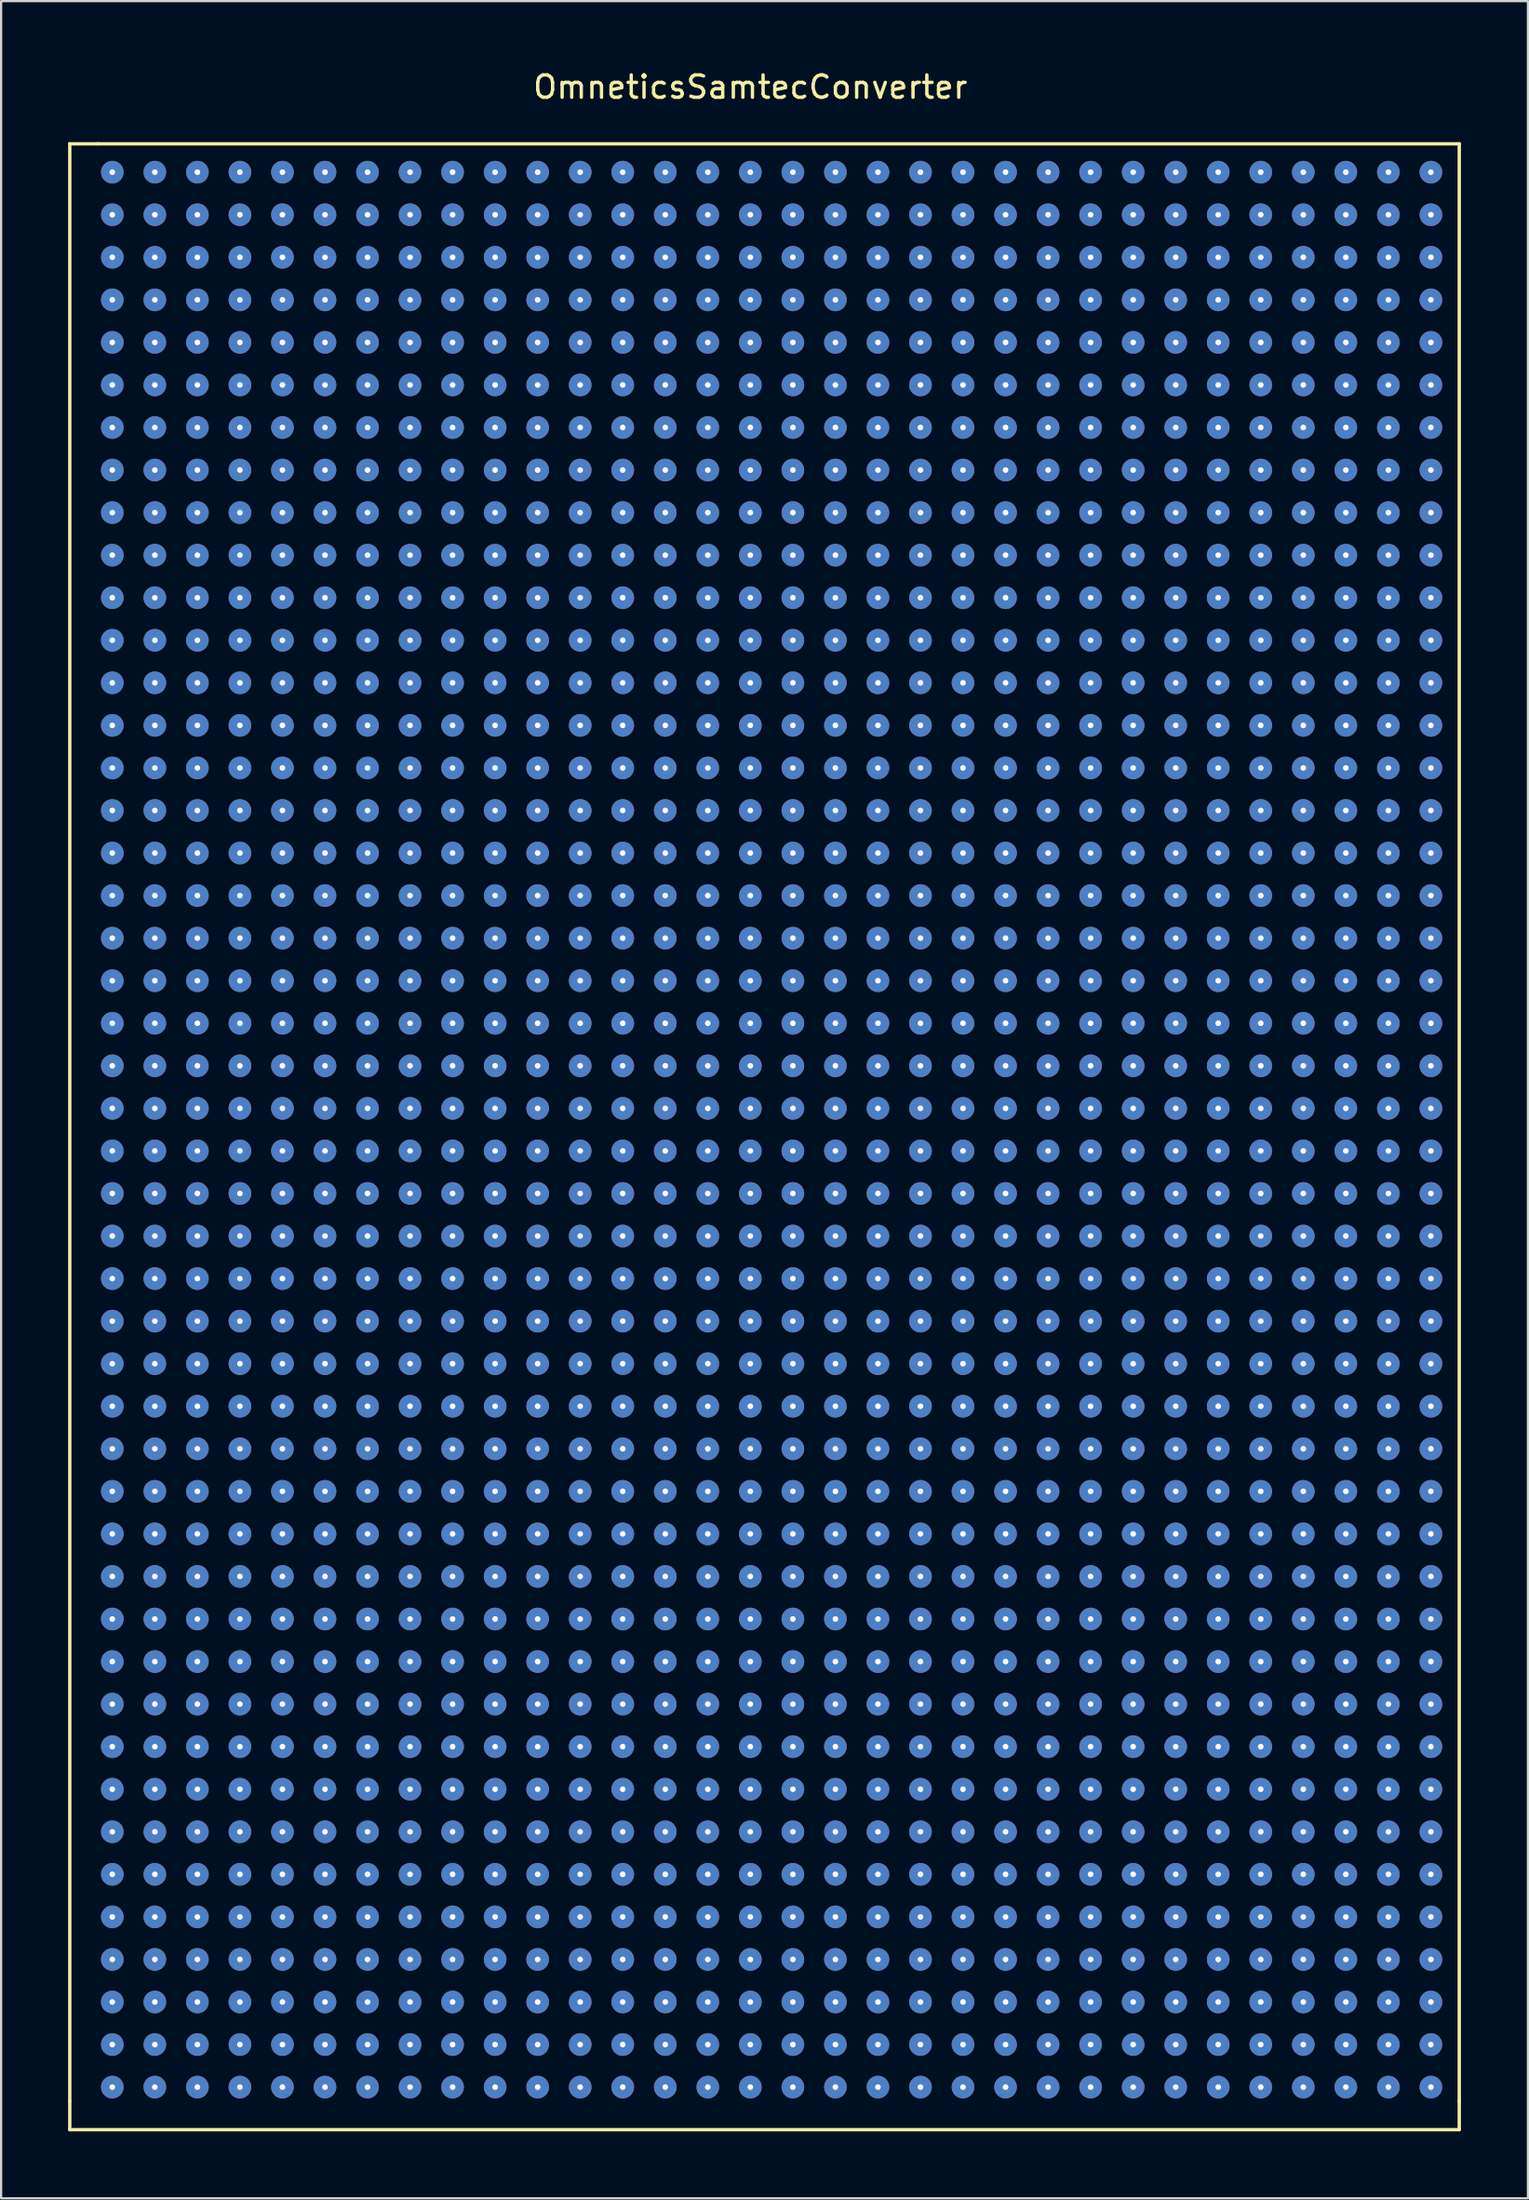
<source format=kicad_pcb>
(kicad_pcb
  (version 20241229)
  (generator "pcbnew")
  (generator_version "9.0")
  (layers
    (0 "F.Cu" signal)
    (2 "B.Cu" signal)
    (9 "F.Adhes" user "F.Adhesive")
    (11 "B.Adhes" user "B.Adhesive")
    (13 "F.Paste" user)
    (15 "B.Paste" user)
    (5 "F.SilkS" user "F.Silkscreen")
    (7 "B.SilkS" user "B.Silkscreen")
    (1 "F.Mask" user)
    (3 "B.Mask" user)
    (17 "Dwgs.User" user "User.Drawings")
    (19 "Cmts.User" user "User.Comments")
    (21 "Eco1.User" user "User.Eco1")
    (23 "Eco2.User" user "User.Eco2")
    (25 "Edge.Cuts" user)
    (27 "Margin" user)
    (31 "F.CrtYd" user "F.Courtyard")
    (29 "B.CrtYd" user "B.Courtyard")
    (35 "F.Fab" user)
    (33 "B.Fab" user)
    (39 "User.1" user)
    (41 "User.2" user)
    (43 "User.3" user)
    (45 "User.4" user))
  (footprint "OmneticsSamtecConverter"
    (layer "F.Cu")
    (at 29.285 4.658)
    (property "Reference" "OmneticsSamtecConverter" (at 1.27 -3.81 0) (layer "F.SilkS") (effects (font (size 1 1) (thickness 0.15))))
    (attr through_hole)
    (fp_line (start -29.21 -1.27) (end -27.94 -1.27) (stroke (width 0.15) (type solid)) (layer "F.SilkS"))
    (fp_line (start -29.21 86.36) (end -29.21 -1.27) (stroke (width 0.15) (type solid)) (layer "F.SilkS"))
    (fp_line (start -29.21 86.36) (end -29.21 87.63) (stroke (width 0.15) (type solid)) (layer "F.SilkS"))
    (fp_line (start -29.21 87.63) (end 33.02 87.63) (stroke (width 0.15) (type solid)) (layer "F.SilkS"))
    (fp_line (start -27.94 -1.27) (end 33.02 -1.27) (stroke (width 0.15) (type solid)) (layer "F.SilkS"))
    (fp_line (start 33.02 -1.27) (end 33.02 86.36) (stroke (width 0.15) (type solid)) (layer "F.SilkS"))
    (fp_line (start 33.02 87.63) (end 33.02 86.36) (stroke (width 0.15) (type solid)) (layer "F.SilkS"))
    (pad "1" thru_hole circle (at -27.305 85.725 180) (size 1.016 1.016) (drill 0.254) (layers "*.Cu" "*.Mask"))
    (pad "2" thru_hole circle (at -25.4 85.725 180) (size 1.016 1.016) (drill 0.254) (layers "*.Cu" "*.Mask"))
    (pad "3" thru_hole circle (at -23.495 85.725 180) (size 1.016 1.016) (drill 0.254) (layers "*.Cu" "*.Mask"))
    (pad "4" thru_hole circle (at -21.59 85.725 180) (size 1.016 1.016) (drill 0.254) (layers "*.Cu" "*.Mask"))
    (pad "5" thru_hole circle (at -19.685 85.725 180) (size 1.016 1.016) (drill 0.254) (layers "*.Cu" "*.Mask"))
    (pad "6" thru_hole circle (at -17.78 85.725 180) (size 1.016 1.016) (drill 0.254) (layers "*.Cu" "*.Mask"))
    (pad "7" thru_hole circle (at -15.875 85.725 180) (size 1.016 1.016) (drill 0.254) (layers "*.Cu" "*.Mask"))
    (pad "8" thru_hole circle (at -13.97 85.725 180) (size 1.016 1.016) (drill 0.254) (layers "*.Cu" "*.Mask"))
    (pad "9" thru_hole circle (at -12.065 85.725 180) (size 1.016 1.016) (drill 0.254) (layers "*.Cu" "*.Mask"))
    (pad "10" thru_hole circle (at -10.16 85.725 180) (size 1.016 1.016) (drill 0.254) (layers "*.Cu" "*.Mask"))
    (pad "11" thru_hole circle (at -8.255 85.725 180) (size 1.016 1.016) (drill 0.254) (layers "*.Cu" "*.Mask"))
    (pad "12" thru_hole circle (at -6.35 85.725 180) (size 1.016 1.016) (drill 0.254) (layers "*.Cu" "*.Mask"))
    (pad "13" thru_hole circle (at -4.445 85.725 180) (size 1.016 1.016) (drill 0.254) (layers "*.Cu" "*.Mask"))
    (pad "14" thru_hole circle (at -2.54 85.725 180) (size 1.016 1.016) (drill 0.254) (layers "*.Cu" "*.Mask"))
    (pad "15" thru_hole circle (at -0.635 85.725 180) (size 1.016 1.016) (drill 0.254) (layers "*.Cu" "*.Mask"))
    (pad "16" thru_hole circle (at 1.27 85.725 180) (size 1.016 1.016) (drill 0.254) (layers "*.Cu" "*.Mask"))
    (pad "17" thru_hole circle (at 3.175 85.725 180) (size 1.016 1.016) (drill 0.254) (layers "*.Cu" "*.Mask"))
    (pad "18" thru_hole circle (at 5.08 85.725 180) (size 1.016 1.016) (drill 0.254) (layers "*.Cu" "*.Mask"))
    (pad "19" thru_hole circle (at 6.985 85.725 180) (size 1.016 1.016) (drill 0.254) (layers "*.Cu" "*.Mask"))
    (pad "20" thru_hole circle (at 8.89 85.725 180) (size 1.016 1.016) (drill 0.254) (layers "*.Cu" "*.Mask"))
    (pad "21" thru_hole circle (at 10.795 85.725 180) (size 1.016 1.016) (drill 0.254) (layers "*.Cu" "*.Mask"))
    (pad "22" thru_hole circle (at 12.7 85.725 180) (size 1.016 1.016) (drill 0.254) (layers "*.Cu" "*.Mask"))
    (pad "23" thru_hole circle (at 14.605 85.725 180) (size 1.016 1.016) (drill 0.254) (layers "*.Cu" "*.Mask"))
    (pad "24" thru_hole circle (at 16.51 85.725 180) (size 1.016 1.016) (drill 0.254) (layers "*.Cu" "*.Mask"))
    (pad "25" thru_hole circle (at 18.415 85.725 180) (size 1.016 1.016) (drill 0.254) (layers "*.Cu" "*.Mask"))
    (pad "26" thru_hole circle (at 20.32 85.725 180) (size 1.016 1.016) (drill 0.254) (layers "*.Cu" "*.Mask"))
    (pad "27" thru_hole circle (at 22.225 85.725 180) (size 1.016 1.016) (drill 0.254) (layers "*.Cu" "*.Mask"))
    (pad "28" thru_hole circle (at 24.13 85.725 180) (size 1.016 1.016) (drill 0.254) (layers "*.Cu" "*.Mask"))
    (pad "29" thru_hole circle (at 26.035 85.725 180) (size 1.016 1.016) (drill 0.254) (layers "*.Cu" "*.Mask"))
    (pad "30" thru_hole circle (at 27.94 85.725 180) (size 1.016 1.016) (drill 0.254) (layers "*.Cu" "*.Mask"))
    (pad "31" thru_hole circle (at 29.845 85.725 180) (size 1.016 1.016) (drill 0.254) (layers "*.Cu" "*.Mask"))
    (pad "32" thru_hole circle (at 31.75 85.725 180) (size 1.016 1.016) (drill 0.254) (layers "*.Cu" "*.Mask"))
    (pad "33" thru_hole circle (at -27.305 83.82 180) (size 1.016 1.016) (drill 0.254) (layers "*.Cu" "*.Mask"))
    (pad "34" thru_hole circle (at -25.4 83.82 180) (size 1.016 1.016) (drill 0.254) (layers "*.Cu" "*.Mask"))
    (pad "35" thru_hole circle (at -23.495 83.82 180) (size 1.016 1.016) (drill 0.254) (layers "*.Cu" "*.Mask"))
    (pad "36" thru_hole circle (at -21.59 83.82 180) (size 1.016 1.016) (drill 0.254) (layers "*.Cu" "*.Mask"))
    (pad "37" thru_hole circle (at -19.685 83.82 180) (size 1.016 1.016) (drill 0.254) (layers "*.Cu" "*.Mask"))
    (pad "38" thru_hole circle (at -17.78 83.82 180) (size 1.016 1.016) (drill 0.254) (layers "*.Cu" "*.Mask"))
    (pad "39" thru_hole circle (at -15.875 83.82 180) (size 1.016 1.016) (drill 0.254) (layers "*.Cu" "*.Mask"))
    (pad "40" thru_hole circle (at -13.97 83.82 180) (size 1.016 1.016) (drill 0.254) (layers "*.Cu" "*.Mask"))
    (pad "41" thru_hole circle (at -12.065 83.82 180) (size 1.016 1.016) (drill 0.254) (layers "*.Cu" "*.Mask"))
    (pad "42" thru_hole circle (at -10.16 83.82 180) (size 1.016 1.016) (drill 0.254) (layers "*.Cu" "*.Mask"))
    (pad "43" thru_hole circle (at -8.255 83.82 180) (size 1.016 1.016) (drill 0.254) (layers "*.Cu" "*.Mask"))
    (pad "44" thru_hole circle (at -6.35 83.82 180) (size 1.016 1.016) (drill 0.254) (layers "*.Cu" "*.Mask"))
    (pad "45" thru_hole circle (at -4.445 83.82 180) (size 1.016 1.016) (drill 0.254) (layers "*.Cu" "*.Mask"))
    (pad "46" thru_hole circle (at -2.54 83.82 180) (size 1.016 1.016) (drill 0.254) (layers "*.Cu" "*.Mask"))
    (pad "47" thru_hole circle (at -0.635 83.82 180) (size 1.016 1.016) (drill 0.254) (layers "*.Cu" "*.Mask"))
    (pad "48" thru_hole circle (at 1.27 83.82 180) (size 1.016 1.016) (drill 0.254) (layers "*.Cu" "*.Mask"))
    (pad "49" thru_hole circle (at 3.175 83.82 180) (size 1.016 1.016) (drill 0.254) (layers "*.Cu" "*.Mask"))
    (pad "50" thru_hole circle (at 5.08 83.82 180) (size 1.016 1.016) (drill 0.254) (layers "*.Cu" "*.Mask"))
    (pad "51" thru_hole circle (at 6.985 83.82 180) (size 1.016 1.016) (drill 0.254) (layers "*.Cu" "*.Mask"))
    (pad "52" thru_hole circle (at 8.89 83.82 180) (size 1.016 1.016) (drill 0.254) (layers "*.Cu" "*.Mask"))
    (pad "53" thru_hole circle (at 10.795 83.82 180) (size 1.016 1.016) (drill 0.254) (layers "*.Cu" "*.Mask"))
    (pad "54" thru_hole circle (at 12.7 83.82 180) (size 1.016 1.016) (drill 0.254) (layers "*.Cu" "*.Mask"))
    (pad "55" thru_hole circle (at 14.605 83.82 180) (size 1.016 1.016) (drill 0.254) (layers "*.Cu" "*.Mask"))
    (pad "56" thru_hole circle (at 16.51 83.82 180) (size 1.016 1.016) (drill 0.254) (layers "*.Cu" "*.Mask"))
    (pad "57" thru_hole circle (at 18.415 83.82 180) (size 1.016 1.016) (drill 0.254) (layers "*.Cu" "*.Mask"))
    (pad "58" thru_hole circle (at 20.32 83.82 180) (size 1.016 1.016) (drill 0.254) (layers "*.Cu" "*.Mask"))
    (pad "59" thru_hole circle (at 22.225 83.82 180) (size 1.016 1.016) (drill 0.254) (layers "*.Cu" "*.Mask"))
    (pad "60" thru_hole circle (at 24.13 83.82 180) (size 1.016 1.016) (drill 0.254) (layers "*.Cu" "*.Mask"))
    (pad "61" thru_hole circle (at 26.035 83.82 180) (size 1.016 1.016) (drill 0.254) (layers "*.Cu" "*.Mask"))
    (pad "62" thru_hole circle (at 27.94 83.82 180) (size 1.016 1.016) (drill 0.254) (layers "*.Cu" "*.Mask"))
    (pad "63" thru_hole circle (at 29.845 83.82 180) (size 1.016 1.016) (drill 0.254) (layers "*.Cu" "*.Mask"))
    (pad "64" thru_hole circle (at 31.75 83.82 180) (size 1.016 1.016) (drill 0.254) (layers "*.Cu" "*.Mask"))
    (pad "65" thru_hole circle (at -27.305 81.915 180) (size 1.016 1.016) (drill 0.254) (layers "*.Cu" "*.Mask"))
    (pad "66" thru_hole circle (at -25.4 81.915 180) (size 1.016 1.016) (drill 0.254) (layers "*.Cu" "*.Mask"))
    (pad "67" thru_hole circle (at -23.495 81.915 180) (size 1.016 1.016) (drill 0.254) (layers "*.Cu" "*.Mask"))
    (pad "68" thru_hole circle (at -21.59 81.915 180) (size 1.016 1.016) (drill 0.254) (layers "*.Cu" "*.Mask"))
    (pad "69" thru_hole circle (at -19.685 81.915 180) (size 1.016 1.016) (drill 0.254) (layers "*.Cu" "*.Mask"))
    (pad "70" thru_hole circle (at -17.78 81.915 180) (size 1.016 1.016) (drill 0.254) (layers "*.Cu" "*.Mask"))
    (pad "71" thru_hole circle (at -15.875 81.915 180) (size 1.016 1.016) (drill 0.254) (layers "*.Cu" "*.Mask"))
    (pad "72" thru_hole circle (at -13.97 81.915 180) (size 1.016 1.016) (drill 0.254) (layers "*.Cu" "*.Mask"))
    (pad "73" thru_hole circle (at -12.065 81.915 180) (size 1.016 1.016) (drill 0.254) (layers "*.Cu" "*.Mask"))
    (pad "74" thru_hole circle (at -10.16 81.915 180) (size 1.016 1.016) (drill 0.254) (layers "*.Cu" "*.Mask"))
    (pad "75" thru_hole circle (at -8.255 81.915 180) (size 1.016 1.016) (drill 0.254) (layers "*.Cu" "*.Mask"))
    (pad "76" thru_hole circle (at -6.35 81.915 180) (size 1.016 1.016) (drill 0.254) (layers "*.Cu" "*.Mask"))
    (pad "77" thru_hole circle (at -4.445 81.915 180) (size 1.016 1.016) (drill 0.254) (layers "*.Cu" "*.Mask"))
    (pad "78" thru_hole circle (at -2.54 81.915 180) (size 1.016 1.016) (drill 0.254) (layers "*.Cu" "*.Mask"))
    (pad "79" thru_hole circle (at -0.635 81.915 180) (size 1.016 1.016) (drill 0.254) (layers "*.Cu" "*.Mask"))
    (pad "80" thru_hole circle (at 1.27 81.915 180) (size 1.016 1.016) (drill 0.254) (layers "*.Cu" "*.Mask"))
    (pad "81" thru_hole circle (at 3.175 81.915 180) (size 1.016 1.016) (drill 0.254) (layers "*.Cu" "*.Mask"))
    (pad "82" thru_hole circle (at 5.08 81.915 180) (size 1.016 1.016) (drill 0.254) (layers "*.Cu" "*.Mask"))
    (pad "83" thru_hole circle (at 6.985 81.915 180) (size 1.016 1.016) (drill 0.254) (layers "*.Cu" "*.Mask"))
    (pad "84" thru_hole circle (at 8.89 81.915 180) (size 1.016 1.016) (drill 0.254) (layers "*.Cu" "*.Mask"))
    (pad "85" thru_hole circle (at 10.795 81.915 180) (size 1.016 1.016) (drill 0.254) (layers "*.Cu" "*.Mask"))
    (pad "86" thru_hole circle (at 12.7 81.915 180) (size 1.016 1.016) (drill 0.254) (layers "*.Cu" "*.Mask"))
    (pad "87" thru_hole circle (at 14.605 81.915 180) (size 1.016 1.016) (drill 0.254) (layers "*.Cu" "*.Mask"))
    (pad "88" thru_hole circle (at 16.51 81.915 180) (size 1.016 1.016) (drill 0.254) (layers "*.Cu" "*.Mask"))
    (pad "89" thru_hole circle (at 18.415 81.915 180) (size 1.016 1.016) (drill 0.254) (layers "*.Cu" "*.Mask"))
    (pad "90" thru_hole circle (at 20.32 81.915 180) (size 1.016 1.016) (drill 0.254) (layers "*.Cu" "*.Mask"))
    (pad "91" thru_hole circle (at 22.225 81.915 180) (size 1.016 1.016) (drill 0.254) (layers "*.Cu" "*.Mask"))
    (pad "92" thru_hole circle (at 24.13 81.915 180) (size 1.016 1.016) (drill 0.254) (layers "*.Cu" "*.Mask"))
    (pad "93" thru_hole circle (at 26.035 81.915 180) (size 1.016 1.016) (drill 0.254) (layers "*.Cu" "*.Mask"))
    (pad "94" thru_hole circle (at 27.94 81.915 180) (size 1.016 1.016) (drill 0.254) (layers "*.Cu" "*.Mask"))
    (pad "95" thru_hole circle (at 29.845 81.915 180) (size 1.016 1.016) (drill 0.254) (layers "*.Cu" "*.Mask"))
    (pad "96" thru_hole circle (at 31.75 81.915 180) (size 1.016 1.016) (drill 0.254) (layers "*.Cu" "*.Mask"))
    (pad "97" thru_hole circle (at -27.305 80.01 180) (size 1.016 1.016) (drill 0.254) (layers "*.Cu" "*.Mask"))
    (pad "98" thru_hole circle (at -25.4 80.01 180) (size 1.016 1.016) (drill 0.254) (layers "*.Cu" "*.Mask"))
    (pad "99" thru_hole circle (at -23.495 80.01 180) (size 1.016 1.016) (drill 0.254) (layers "*.Cu" "*.Mask"))
    (pad "100" thru_hole circle (at -21.59 80.01 180) (size 1.016 1.016) (drill 0.254) (layers "*.Cu" "*.Mask"))
    (pad "101" thru_hole circle (at -19.685 80.01 180) (size 1.016 1.016) (drill 0.254) (layers "*.Cu" "*.Mask"))
    (pad "102" thru_hole circle (at -17.78 80.01 180) (size 1.016 1.016) (drill 0.254) (layers "*.Cu" "*.Mask"))
    (pad "103" thru_hole circle (at -15.875 80.01 180) (size 1.016 1.016) (drill 0.254) (layers "*.Cu" "*.Mask"))
    (pad "104" thru_hole circle (at -13.97 80.01 180) (size 1.016 1.016) (drill 0.254) (layers "*.Cu" "*.Mask"))
    (pad "105" thru_hole circle (at -12.065 80.01 180) (size 1.016 1.016) (drill 0.254) (layers "*.Cu" "*.Mask"))
    (pad "106" thru_hole circle (at -10.16 80.01 180) (size 1.016 1.016) (drill 0.254) (layers "*.Cu" "*.Mask"))
    (pad "107" thru_hole circle (at -8.255 80.01 180) (size 1.016 1.016) (drill 0.254) (layers "*.Cu" "*.Mask"))
    (pad "108" thru_hole circle (at -6.35 80.01 180) (size 1.016 1.016) (drill 0.254) (layers "*.Cu" "*.Mask"))
    (pad "109" thru_hole circle (at -4.445 80.01 180) (size 1.016 1.016) (drill 0.254) (layers "*.Cu" "*.Mask"))
    (pad "110" thru_hole circle (at -2.54 80.01 180) (size 1.016 1.016) (drill 0.254) (layers "*.Cu" "*.Mask"))
    (pad "111" thru_hole circle (at -0.635 80.01 180) (size 1.016 1.016) (drill 0.254) (layers "*.Cu" "*.Mask"))
    (pad "112" thru_hole circle (at 1.27 80.01 180) (size 1.016 1.016) (drill 0.254) (layers "*.Cu" "*.Mask"))
    (pad "113" thru_hole circle (at 3.175 80.01 180) (size 1.016 1.016) (drill 0.254) (layers "*.Cu" "*.Mask"))
    (pad "114" thru_hole circle (at 5.08 80.01 180) (size 1.016 1.016) (drill 0.254) (layers "*.Cu" "*.Mask"))
    (pad "115" thru_hole circle (at 6.985 80.01 180) (size 1.016 1.016) (drill 0.254) (layers "*.Cu" "*.Mask"))
    (pad "116" thru_hole circle (at 8.89 80.01 180) (size 1.016 1.016) (drill 0.254) (layers "*.Cu" "*.Mask"))
    (pad "117" thru_hole circle (at 10.795 80.01 180) (size 1.016 1.016) (drill 0.254) (layers "*.Cu" "*.Mask"))
    (pad "118" thru_hole circle (at 12.7 80.01 180) (size 1.016 1.016) (drill 0.254) (layers "*.Cu" "*.Mask"))
    (pad "119" thru_hole circle (at 14.605 80.01 180) (size 1.016 1.016) (drill 0.254) (layers "*.Cu" "*.Mask"))
    (pad "120" thru_hole circle (at 16.51 80.01 180) (size 1.016 1.016) (drill 0.254) (layers "*.Cu" "*.Mask"))
    (pad "121" thru_hole circle (at 18.415 80.01 180) (size 1.016 1.016) (drill 0.254) (layers "*.Cu" "*.Mask"))
    (pad "122" thru_hole circle (at 20.32 80.01 180) (size 1.016 1.016) (drill 0.254) (layers "*.Cu" "*.Mask"))
    (pad "123" thru_hole circle (at 22.225 80.01 180) (size 1.016 1.016) (drill 0.254) (layers "*.Cu" "*.Mask"))
    (pad "124" thru_hole circle (at 24.13 80.01 180) (size 1.016 1.016) (drill 0.254) (layers "*.Cu" "*.Mask"))
    (pad "125" thru_hole circle (at 26.035 80.01 180) (size 1.016 1.016) (drill 0.254) (layers "*.Cu" "*.Mask"))
    (pad "126" thru_hole circle (at 27.94 80.01 180) (size 1.016 1.016) (drill 0.254) (layers "*.Cu" "*.Mask"))
    (pad "127" thru_hole circle (at 29.845 80.01 180) (size 1.016 1.016) (drill 0.254) (layers "*.Cu" "*.Mask"))
    (pad "128" thru_hole circle (at 31.75 80.01 180) (size 1.016 1.016) (drill 0.254) (layers "*.Cu" "*.Mask"))
    (pad "129" thru_hole circle (at -27.305 78.105 180) (size 1.016 1.016) (drill 0.254) (layers "*.Cu" "*.Mask"))
    (pad "130" thru_hole circle (at -25.4 78.105 180) (size 1.016 1.016) (drill 0.254) (layers "*.Cu" "*.Mask"))
    (pad "131" thru_hole circle (at -23.495 78.105 180) (size 1.016 1.016) (drill 0.254) (layers "*.Cu" "*.Mask"))
    (pad "132" thru_hole circle (at -21.59 78.105 180) (size 1.016 1.016) (drill 0.254) (layers "*.Cu" "*.Mask"))
    (pad "133" thru_hole circle (at -19.685 78.105 180) (size 1.016 1.016) (drill 0.254) (layers "*.Cu" "*.Mask"))
    (pad "134" thru_hole circle (at -17.78 78.105 180) (size 1.016 1.016) (drill 0.254) (layers "*.Cu" "*.Mask"))
    (pad "135" thru_hole circle (at -15.875 78.105 180) (size 1.016 1.016) (drill 0.254) (layers "*.Cu" "*.Mask"))
    (pad "136" thru_hole circle (at -13.97 78.105 180) (size 1.016 1.016) (drill 0.254) (layers "*.Cu" "*.Mask"))
    (pad "137" thru_hole circle (at -12.065 78.105 180) (size 1.016 1.016) (drill 0.254) (layers "*.Cu" "*.Mask"))
    (pad "138" thru_hole circle (at -10.16 78.105 180) (size 1.016 1.016) (drill 0.254) (layers "*.Cu" "*.Mask"))
    (pad "139" thru_hole circle (at -8.255 78.105 180) (size 1.016 1.016) (drill 0.254) (layers "*.Cu" "*.Mask"))
    (pad "140" thru_hole circle (at -6.35 78.105 180) (size 1.016 1.016) (drill 0.254) (layers "*.Cu" "*.Mask"))
    (pad "141" thru_hole circle (at -4.445 78.105 180) (size 1.016 1.016) (drill 0.254) (layers "*.Cu" "*.Mask"))
    (pad "142" thru_hole circle (at -2.54 78.105 180) (size 1.016 1.016) (drill 0.254) (layers "*.Cu" "*.Mask"))
    (pad "143" thru_hole circle (at -0.635 78.105 180) (size 1.016 1.016) (drill 0.254) (layers "*.Cu" "*.Mask"))
    (pad "144" thru_hole circle (at 1.27 78.105 180) (size 1.016 1.016) (drill 0.254) (layers "*.Cu" "*.Mask"))
    (pad "145" thru_hole circle (at 3.175 78.105 180) (size 1.016 1.016) (drill 0.254) (layers "*.Cu" "*.Mask"))
    (pad "146" thru_hole circle (at 5.08 78.105 180) (size 1.016 1.016) (drill 0.254) (layers "*.Cu" "*.Mask"))
    (pad "147" thru_hole circle (at 6.985 78.105 180) (size 1.016 1.016) (drill 0.254) (layers "*.Cu" "*.Mask"))
    (pad "148" thru_hole circle (at 8.89 78.105 180) (size 1.016 1.016) (drill 0.254) (layers "*.Cu" "*.Mask"))
    (pad "149" thru_hole circle (at 10.795 78.105 180) (size 1.016 1.016) (drill 0.254) (layers "*.Cu" "*.Mask"))
    (pad "150" thru_hole circle (at 12.7 78.105 180) (size 1.016 1.016) (drill 0.254) (layers "*.Cu" "*.Mask"))
    (pad "151" thru_hole circle (at 14.605 78.105 180) (size 1.016 1.016) (drill 0.254) (layers "*.Cu" "*.Mask"))
    (pad "152" thru_hole circle (at 16.51 78.105 180) (size 1.016 1.016) (drill 0.254) (layers "*.Cu" "*.Mask"))
    (pad "153" thru_hole circle (at 18.415 78.105 180) (size 1.016 1.016) (drill 0.254) (layers "*.Cu" "*.Mask"))
    (pad "154" thru_hole circle (at 20.32 78.105 180) (size 1.016 1.016) (drill 0.254) (layers "*.Cu" "*.Mask"))
    (pad "155" thru_hole circle (at 22.225 78.105 180) (size 1.016 1.016) (drill 0.254) (layers "*.Cu" "*.Mask"))
    (pad "156" thru_hole circle (at 24.13 78.105 180) (size 1.016 1.016) (drill 0.254) (layers "*.Cu" "*.Mask"))
    (pad "157" thru_hole circle (at 26.035 78.105 180) (size 1.016 1.016) (drill 0.254) (layers "*.Cu" "*.Mask"))
    (pad "158" thru_hole circle (at 27.94 78.105 180) (size 1.016 1.016) (drill 0.254) (layers "*.Cu" "*.Mask"))
    (pad "159" thru_hole circle (at 29.845 78.105 180) (size 1.016 1.016) (drill 0.254) (layers "*.Cu" "*.Mask"))
    (pad "160" thru_hole circle (at 31.75 78.105 180) (size 1.016 1.016) (drill 0.254) (layers "*.Cu" "*.Mask"))
    (pad "161" thru_hole circle (at -27.305 76.2 180) (size 1.016 1.016) (drill 0.254) (layers "*.Cu" "*.Mask"))
    (pad "162" thru_hole circle (at -25.4 76.2 180) (size 1.016 1.016) (drill 0.254) (layers "*.Cu" "*.Mask"))
    (pad "163" thru_hole circle (at -23.495 76.2 180) (size 1.016 1.016) (drill 0.254) (layers "*.Cu" "*.Mask"))
    (pad "164" thru_hole circle (at -21.59 76.2 180) (size 1.016 1.016) (drill 0.254) (layers "*.Cu" "*.Mask"))
    (pad "165" thru_hole circle (at -19.685 76.2 180) (size 1.016 1.016) (drill 0.254) (layers "*.Cu" "*.Mask"))
    (pad "166" thru_hole circle (at -17.78 76.2 180) (size 1.016 1.016) (drill 0.254) (layers "*.Cu" "*.Mask"))
    (pad "167" thru_hole circle (at -15.875 76.2 180) (size 1.016 1.016) (drill 0.254) (layers "*.Cu" "*.Mask"))
    (pad "168" thru_hole circle (at -13.97 76.2 180) (size 1.016 1.016) (drill 0.254) (layers "*.Cu" "*.Mask"))
    (pad "169" thru_hole circle (at -12.065 76.2 180) (size 1.016 1.016) (drill 0.254) (layers "*.Cu" "*.Mask"))
    (pad "170" thru_hole circle (at -10.16 76.2 180) (size 1.016 1.016) (drill 0.254) (layers "*.Cu" "*.Mask"))
    (pad "171" thru_hole circle (at -8.255 76.2 180) (size 1.016 1.016) (drill 0.254) (layers "*.Cu" "*.Mask"))
    (pad "172" thru_hole circle (at -6.35 76.2 180) (size 1.016 1.016) (drill 0.254) (layers "*.Cu" "*.Mask"))
    (pad "173" thru_hole circle (at -4.445 76.2 180) (size 1.016 1.016) (drill 0.254) (layers "*.Cu" "*.Mask"))
    (pad "174" thru_hole circle (at -2.54 76.2 180) (size 1.016 1.016) (drill 0.254) (layers "*.Cu" "*.Mask"))
    (pad "175" thru_hole circle (at -0.635 76.2 180) (size 1.016 1.016) (drill 0.254) (layers "*.Cu" "*.Mask"))
    (pad "176" thru_hole circle (at 1.27 76.2 180) (size 1.016 1.016) (drill 0.254) (layers "*.Cu" "*.Mask"))
    (pad "177" thru_hole circle (at 3.175 76.2 180) (size 1.016 1.016) (drill 0.254) (layers "*.Cu" "*.Mask"))
    (pad "178" thru_hole circle (at 5.08 76.2 180) (size 1.016 1.016) (drill 0.254) (layers "*.Cu" "*.Mask"))
    (pad "179" thru_hole circle (at 6.985 76.2 180) (size 1.016 1.016) (drill 0.254) (layers "*.Cu" "*.Mask"))
    (pad "180" thru_hole circle (at 8.89 76.2 180) (size 1.016 1.016) (drill 0.254) (layers "*.Cu" "*.Mask"))
    (pad "181" thru_hole circle (at 10.795 76.2 180) (size 1.016 1.016) (drill 0.254) (layers "*.Cu" "*.Mask"))
    (pad "182" thru_hole circle (at 12.7 76.2 180) (size 1.016 1.016) (drill 0.254) (layers "*.Cu" "*.Mask"))
    (pad "183" thru_hole circle (at 14.605 76.2 180) (size 1.016 1.016) (drill 0.254) (layers "*.Cu" "*.Mask"))
    (pad "184" thru_hole circle (at 16.51 76.2 180) (size 1.016 1.016) (drill 0.254) (layers "*.Cu" "*.Mask"))
    (pad "185" thru_hole circle (at 18.415 76.2 180) (size 1.016 1.016) (drill 0.254) (layers "*.Cu" "*.Mask"))
    (pad "186" thru_hole circle (at 20.32 76.2 180) (size 1.016 1.016) (drill 0.254) (layers "*.Cu" "*.Mask"))
    (pad "187" thru_hole circle (at 22.225 76.2 180) (size 1.016 1.016) (drill 0.254) (layers "*.Cu" "*.Mask"))
    (pad "188" thru_hole circle (at 24.13 76.2 180) (size 1.016 1.016) (drill 0.254) (layers "*.Cu" "*.Mask"))
    (pad "189" thru_hole circle (at 26.035 76.2 180) (size 1.016 1.016) (drill 0.254) (layers "*.Cu" "*.Mask"))
    (pad "190" thru_hole circle (at 27.94 76.2 180) (size 1.016 1.016) (drill 0.254) (layers "*.Cu" "*.Mask"))
    (pad "191" thru_hole circle (at 29.845 76.2 180) (size 1.016 1.016) (drill 0.254) (layers "*.Cu" "*.Mask"))
    (pad "192" thru_hole circle (at 31.75 76.2 180) (size 1.016 1.016) (drill 0.254) (layers "*.Cu" "*.Mask"))
    (pad "193" thru_hole circle (at -27.305 74.295 180) (size 1.016 1.016) (drill 0.254) (layers "*.Cu" "*.Mask"))
    (pad "194" thru_hole circle (at -25.4 74.295 180) (size 1.016 1.016) (drill 0.254) (layers "*.Cu" "*.Mask"))
    (pad "195" thru_hole circle (at -23.495 74.295 180) (size 1.016 1.016) (drill 0.254) (layers "*.Cu" "*.Mask"))
    (pad "196" thru_hole circle (at -21.59 74.295 180) (size 1.016 1.016) (drill 0.254) (layers "*.Cu" "*.Mask"))
    (pad "197" thru_hole circle (at -19.685 74.295 180) (size 1.016 1.016) (drill 0.254) (layers "*.Cu" "*.Mask"))
    (pad "198" thru_hole circle (at -17.78 74.295 180) (size 1.016 1.016) (drill 0.254) (layers "*.Cu" "*.Mask"))
    (pad "199" thru_hole circle (at -15.875 74.295 180) (size 1.016 1.016) (drill 0.254) (layers "*.Cu" "*.Mask"))
    (pad "200" thru_hole circle (at -13.97 74.295 180) (size 1.016 1.016) (drill 0.254) (layers "*.Cu" "*.Mask"))
    (pad "201" thru_hole circle (at -12.065 74.295 180) (size 1.016 1.016) (drill 0.254) (layers "*.Cu" "*.Mask"))
    (pad "202" thru_hole circle (at -10.16 74.295 180) (size 1.016 1.016) (drill 0.254) (layers "*.Cu" "*.Mask"))
    (pad "203" thru_hole circle (at -8.255 74.295 180) (size 1.016 1.016) (drill 0.254) (layers "*.Cu" "*.Mask"))
    (pad "204" thru_hole circle (at -6.35 74.295 180) (size 1.016 1.016) (drill 0.254) (layers "*.Cu" "*.Mask"))
    (pad "205" thru_hole circle (at -4.445 74.295 180) (size 1.016 1.016) (drill 0.254) (layers "*.Cu" "*.Mask"))
    (pad "206" thru_hole circle (at -2.54 74.295 180) (size 1.016 1.016) (drill 0.254) (layers "*.Cu" "*.Mask"))
    (pad "207" thru_hole circle (at -0.635 74.295 180) (size 1.016 1.016) (drill 0.254) (layers "*.Cu" "*.Mask"))
    (pad "208" thru_hole circle (at 1.27 74.295 180) (size 1.016 1.016) (drill 0.254) (layers "*.Cu" "*.Mask"))
    (pad "209" thru_hole circle (at 3.175 74.295 180) (size 1.016 1.016) (drill 0.254) (layers "*.Cu" "*.Mask"))
    (pad "210" thru_hole circle (at 5.08 74.295 180) (size 1.016 1.016) (drill 0.254) (layers "*.Cu" "*.Mask"))
    (pad "211" thru_hole circle (at 6.985 74.295 180) (size 1.016 1.016) (drill 0.254) (layers "*.Cu" "*.Mask"))
    (pad "212" thru_hole circle (at 8.89 74.295 180) (size 1.016 1.016) (drill 0.254) (layers "*.Cu" "*.Mask"))
    (pad "213" thru_hole circle (at 10.795 74.295 180) (size 1.016 1.016) (drill 0.254) (layers "*.Cu" "*.Mask"))
    (pad "214" thru_hole circle (at 12.7 74.295 180) (size 1.016 1.016) (drill 0.254) (layers "*.Cu" "*.Mask"))
    (pad "215" thru_hole circle (at 14.605 74.295 180) (size 1.016 1.016) (drill 0.254) (layers "*.Cu" "*.Mask"))
    (pad "216" thru_hole circle (at 16.51 74.295 180) (size 1.016 1.016) (drill 0.254) (layers "*.Cu" "*.Mask"))
    (pad "217" thru_hole circle (at 18.415 74.295 180) (size 1.016 1.016) (drill 0.254) (layers "*.Cu" "*.Mask"))
    (pad "218" thru_hole circle (at 20.32 74.295 180) (size 1.016 1.016) (drill 0.254) (layers "*.Cu" "*.Mask"))
    (pad "219" thru_hole circle (at 22.225 74.295 180) (size 1.016 1.016) (drill 0.254) (layers "*.Cu" "*.Mask"))
    (pad "220" thru_hole circle (at 24.13 74.295 180) (size 1.016 1.016) (drill 0.254) (layers "*.Cu" "*.Mask"))
    (pad "221" thru_hole circle (at 26.035 74.295 180) (size 1.016 1.016) (drill 0.254) (layers "*.Cu" "*.Mask"))
    (pad "222" thru_hole circle (at 27.94 74.295 180) (size 1.016 1.016) (drill 0.254) (layers "*.Cu" "*.Mask"))
    (pad "223" thru_hole circle (at 29.845 74.295 180) (size 1.016 1.016) (drill 0.254) (layers "*.Cu" "*.Mask"))
    (pad "224" thru_hole circle (at 31.75 74.295 180) (size 1.016 1.016) (drill 0.254) (layers "*.Cu" "*.Mask"))
    (pad "225" thru_hole circle (at -27.305 72.39 180) (size 1.016 1.016) (drill 0.254) (layers "*.Cu" "*.Mask"))
    (pad "226" thru_hole circle (at -25.4 72.39 180) (size 1.016 1.016) (drill 0.254) (layers "*.Cu" "*.Mask"))
    (pad "227" thru_hole circle (at -23.495 72.39 180) (size 1.016 1.016) (drill 0.254) (layers "*.Cu" "*.Mask"))
    (pad "228" thru_hole circle (at -21.59 72.39 180) (size 1.016 1.016) (drill 0.254) (layers "*.Cu" "*.Mask"))
    (pad "229" thru_hole circle (at -19.685 72.39 180) (size 1.016 1.016) (drill 0.254) (layers "*.Cu" "*.Mask"))
    (pad "230" thru_hole circle (at -17.78 72.39 180) (size 1.016 1.016) (drill 0.254) (layers "*.Cu" "*.Mask"))
    (pad "231" thru_hole circle (at -15.875 72.39 180) (size 1.016 1.016) (drill 0.254) (layers "*.Cu" "*.Mask"))
    (pad "232" thru_hole circle (at -13.97 72.39 180) (size 1.016 1.016) (drill 0.254) (layers "*.Cu" "*.Mask"))
    (pad "233" thru_hole circle (at -12.065 72.39 180) (size 1.016 1.016) (drill 0.254) (layers "*.Cu" "*.Mask"))
    (pad "234" thru_hole circle (at -10.16 72.39 180) (size 1.016 1.016) (drill 0.254) (layers "*.Cu" "*.Mask"))
    (pad "235" thru_hole circle (at -8.255 72.39 180) (size 1.016 1.016) (drill 0.254) (layers "*.Cu" "*.Mask"))
    (pad "236" thru_hole circle (at -6.35 72.39 180) (size 1.016 1.016) (drill 0.254) (layers "*.Cu" "*.Mask"))
    (pad "237" thru_hole circle (at -4.445 72.39 180) (size 1.016 1.016) (drill 0.254) (layers "*.Cu" "*.Mask"))
    (pad "238" thru_hole circle (at -2.54 72.39 180) (size 1.016 1.016) (drill 0.254) (layers "*.Cu" "*.Mask"))
    (pad "239" thru_hole circle (at -0.635 72.39 180) (size 1.016 1.016) (drill 0.254) (layers "*.Cu" "*.Mask"))
    (pad "240" thru_hole circle (at 1.27 72.39 180) (size 1.016 1.016) (drill 0.254) (layers "*.Cu" "*.Mask"))
    (pad "241" thru_hole circle (at 3.175 72.39 180) (size 1.016 1.016) (drill 0.254) (layers "*.Cu" "*.Mask"))
    (pad "242" thru_hole circle (at 5.08 72.39 180) (size 1.016 1.016) (drill 0.254) (layers "*.Cu" "*.Mask"))
    (pad "243" thru_hole circle (at 6.985 72.39 180) (size 1.016 1.016) (drill 0.254) (layers "*.Cu" "*.Mask"))
    (pad "244" thru_hole circle (at 8.89 72.39 180) (size 1.016 1.016) (drill 0.254) (layers "*.Cu" "*.Mask"))
    (pad "245" thru_hole circle (at 10.795 72.39 180) (size 1.016 1.016) (drill 0.254) (layers "*.Cu" "*.Mask"))
    (pad "246" thru_hole circle (at 12.7 72.39 180) (size 1.016 1.016) (drill 0.254) (layers "*.Cu" "*.Mask"))
    (pad "247" thru_hole circle (at 14.605 72.39 180) (size 1.016 1.016) (drill 0.254) (layers "*.Cu" "*.Mask"))
    (pad "248" thru_hole circle (at 16.51 72.39 180) (size 1.016 1.016) (drill 0.254) (layers "*.Cu" "*.Mask"))
    (pad "249" thru_hole circle (at 18.415 72.39 180) (size 1.016 1.016) (drill 0.254) (layers "*.Cu" "*.Mask"))
    (pad "250" thru_hole circle (at 20.32 72.39 180) (size 1.016 1.016) (drill 0.254) (layers "*.Cu" "*.Mask"))
    (pad "251" thru_hole circle (at 22.225 72.39 180) (size 1.016 1.016) (drill 0.254) (layers "*.Cu" "*.Mask"))
    (pad "252" thru_hole circle (at 24.13 72.39 180) (size 1.016 1.016) (drill 0.254) (layers "*.Cu" "*.Mask"))
    (pad "253" thru_hole circle (at 26.035 72.39 180) (size 1.016 1.016) (drill 0.254) (layers "*.Cu" "*.Mask"))
    (pad "254" thru_hole circle (at 27.94 72.39 180) (size 1.016 1.016) (drill 0.254) (layers "*.Cu" "*.Mask"))
    (pad "255" thru_hole circle (at 29.845 72.39 180) (size 1.016 1.016) (drill 0.254) (layers "*.Cu" "*.Mask"))
    (pad "256" thru_hole circle (at 31.75 72.39 180) (size 1.016 1.016) (drill 0.254) (layers "*.Cu" "*.Mask"))
    (pad "257" thru_hole circle (at -27.305 70.485 180) (size 1.016 1.016) (drill 0.254) (layers "*.Cu" "*.Mask"))
    (pad "258" thru_hole circle (at -25.4 70.485 180) (size 1.016 1.016) (drill 0.254) (layers "*.Cu" "*.Mask"))
    (pad "259" thru_hole circle (at -23.495 70.485 180) (size 1.016 1.016) (drill 0.254) (layers "*.Cu" "*.Mask"))
    (pad "260" thru_hole circle (at -21.59 70.485 180) (size 1.016 1.016) (drill 0.254) (layers "*.Cu" "*.Mask"))
    (pad "261" thru_hole circle (at -19.685 70.485 180) (size 1.016 1.016) (drill 0.254) (layers "*.Cu" "*.Mask"))
    (pad "262" thru_hole circle (at -17.78 70.485 180) (size 1.016 1.016) (drill 0.254) (layers "*.Cu" "*.Mask"))
    (pad "263" thru_hole circle (at -15.875 70.485 180) (size 1.016 1.016) (drill 0.254) (layers "*.Cu" "*.Mask"))
    (pad "264" thru_hole circle (at -13.97 70.485 180) (size 1.016 1.016) (drill 0.254) (layers "*.Cu" "*.Mask"))
    (pad "265" thru_hole circle (at -12.065 70.485 180) (size 1.016 1.016) (drill 0.254) (layers "*.Cu" "*.Mask"))
    (pad "266" thru_hole circle (at -10.16 70.485 180) (size 1.016 1.016) (drill 0.254) (layers "*.Cu" "*.Mask"))
    (pad "267" thru_hole circle (at -8.255 70.485 180) (size 1.016 1.016) (drill 0.254) (layers "*.Cu" "*.Mask"))
    (pad "268" thru_hole circle (at -6.35 70.485 180) (size 1.016 1.016) (drill 0.254) (layers "*.Cu" "*.Mask"))
    (pad "269" thru_hole circle (at -4.445 70.485 180) (size 1.016 1.016) (drill 0.254) (layers "*.Cu" "*.Mask"))
    (pad "270" thru_hole circle (at -2.54 70.485 180) (size 1.016 1.016) (drill 0.254) (layers "*.Cu" "*.Mask"))
    (pad "271" thru_hole circle (at -0.635 70.485 180) (size 1.016 1.016) (drill 0.254) (layers "*.Cu" "*.Mask"))
    (pad "272" thru_hole circle (at 1.27 70.485 180) (size 1.016 1.016) (drill 0.254) (layers "*.Cu" "*.Mask"))
    (pad "273" thru_hole circle (at 3.175 70.485 180) (size 1.016 1.016) (drill 0.254) (layers "*.Cu" "*.Mask"))
    (pad "274" thru_hole circle (at 5.08 70.485 180) (size 1.016 1.016) (drill 0.254) (layers "*.Cu" "*.Mask"))
    (pad "275" thru_hole circle (at 6.985 70.485 180) (size 1.016 1.016) (drill 0.254) (layers "*.Cu" "*.Mask"))
    (pad "276" thru_hole circle (at 8.89 70.485 180) (size 1.016 1.016) (drill 0.254) (layers "*.Cu" "*.Mask"))
    (pad "277" thru_hole circle (at 10.795 70.485 180) (size 1.016 1.016) (drill 0.254) (layers "*.Cu" "*.Mask"))
    (pad "278" thru_hole circle (at 12.7 70.485 180) (size 1.016 1.016) (drill 0.254) (layers "*.Cu" "*.Mask"))
    (pad "279" thru_hole circle (at 14.605 70.485 180) (size 1.016 1.016) (drill 0.254) (layers "*.Cu" "*.Mask"))
    (pad "280" thru_hole circle (at 16.51 70.485 180) (size 1.016 1.016) (drill 0.254) (layers "*.Cu" "*.Mask"))
    (pad "281" thru_hole circle (at 18.415 70.485 180) (size 1.016 1.016) (drill 0.254) (layers "*.Cu" "*.Mask"))
    (pad "282" thru_hole circle (at 20.32 70.485 180) (size 1.016 1.016) (drill 0.254) (layers "*.Cu" "*.Mask"))
    (pad "283" thru_hole circle (at 22.225 70.485 180) (size 1.016 1.016) (drill 0.254) (layers "*.Cu" "*.Mask"))
    (pad "284" thru_hole circle (at 24.13 70.485 180) (size 1.016 1.016) (drill 0.254) (layers "*.Cu" "*.Mask"))
    (pad "285" thru_hole circle (at 26.035 70.485 180) (size 1.016 1.016) (drill 0.254) (layers "*.Cu" "*.Mask"))
    (pad "286" thru_hole circle (at 27.94 70.485 180) (size 1.016 1.016) (drill 0.254) (layers "*.Cu" "*.Mask"))
    (pad "287" thru_hole circle (at 29.845 70.485 180) (size 1.016 1.016) (drill 0.254) (layers "*.Cu" "*.Mask"))
    (pad "288" thru_hole circle (at 31.75 70.485 180) (size 1.016 1.016) (drill 0.254) (layers "*.Cu" "*.Mask"))
    (pad "289" thru_hole circle (at -27.305 68.58 180) (size 1.016 1.016) (drill 0.254) (layers "*.Cu" "*.Mask"))
    (pad "290" thru_hole circle (at -25.4 68.58 180) (size 1.016 1.016) (drill 0.254) (layers "*.Cu" "*.Mask"))
    (pad "291" thru_hole circle (at -23.495 68.58 180) (size 1.016 1.016) (drill 0.254) (layers "*.Cu" "*.Mask"))
    (pad "292" thru_hole circle (at -21.59 68.58 180) (size 1.016 1.016) (drill 0.254) (layers "*.Cu" "*.Mask"))
    (pad "293" thru_hole circle (at -19.685 68.58 180) (size 1.016 1.016) (drill 0.254) (layers "*.Cu" "*.Mask"))
    (pad "294" thru_hole circle (at -17.78 68.58 180) (size 1.016 1.016) (drill 0.254) (layers "*.Cu" "*.Mask"))
    (pad "295" thru_hole circle (at -15.875 68.58 180) (size 1.016 1.016) (drill 0.254) (layers "*.Cu" "*.Mask"))
    (pad "296" thru_hole circle (at -13.97 68.58 180) (size 1.016 1.016) (drill 0.254) (layers "*.Cu" "*.Mask"))
    (pad "297" thru_hole circle (at -12.065 68.58 180) (size 1.016 1.016) (drill 0.254) (layers "*.Cu" "*.Mask"))
    (pad "298" thru_hole circle (at -10.16 68.58 180) (size 1.016 1.016) (drill 0.254) (layers "*.Cu" "*.Mask"))
    (pad "299" thru_hole circle (at -8.255 68.58 180) (size 1.016 1.016) (drill 0.254) (layers "*.Cu" "*.Mask"))
    (pad "300" thru_hole circle (at -6.35 68.58 180) (size 1.016 1.016) (drill 0.254) (layers "*.Cu" "*.Mask"))
    (pad "301" thru_hole circle (at -4.445 68.58 180) (size 1.016 1.016) (drill 0.254) (layers "*.Cu" "*.Mask"))
    (pad "302" thru_hole circle (at -2.54 68.58 180) (size 1.016 1.016) (drill 0.254) (layers "*.Cu" "*.Mask"))
    (pad "303" thru_hole circle (at -0.635 68.58 180) (size 1.016 1.016) (drill 0.254) (layers "*.Cu" "*.Mask"))
    (pad "304" thru_hole circle (at 1.27 68.58 180) (size 1.016 1.016) (drill 0.254) (layers "*.Cu" "*.Mask"))
    (pad "305" thru_hole circle (at 3.175 68.58 180) (size 1.016 1.016) (drill 0.254) (layers "*.Cu" "*.Mask"))
    (pad "306" thru_hole circle (at 5.08 68.58 180) (size 1.016 1.016) (drill 0.254) (layers "*.Cu" "*.Mask"))
    (pad "307" thru_hole circle (at 6.985 68.58 180) (size 1.016 1.016) (drill 0.254) (layers "*.Cu" "*.Mask"))
    (pad "308" thru_hole circle (at 8.89 68.58 180) (size 1.016 1.016) (drill 0.254) (layers "*.Cu" "*.Mask"))
    (pad "309" thru_hole circle (at 10.795 68.58 180) (size 1.016 1.016) (drill 0.254) (layers "*.Cu" "*.Mask"))
    (pad "310" thru_hole circle (at 12.7 68.58 180) (size 1.016 1.016) (drill 0.254) (layers "*.Cu" "*.Mask"))
    (pad "311" thru_hole circle (at 14.605 68.58 180) (size 1.016 1.016) (drill 0.254) (layers "*.Cu" "*.Mask"))
    (pad "312" thru_hole circle (at 16.51 68.58 180) (size 1.016 1.016) (drill 0.254) (layers "*.Cu" "*.Mask"))
    (pad "313" thru_hole circle (at 18.415 68.58 180) (size 1.016 1.016) (drill 0.254) (layers "*.Cu" "*.Mask"))
    (pad "314" thru_hole circle (at 20.32 68.58 180) (size 1.016 1.016) (drill 0.254) (layers "*.Cu" "*.Mask"))
    (pad "315" thru_hole circle (at 22.225 68.58 180) (size 1.016 1.016) (drill 0.254) (layers "*.Cu" "*.Mask"))
    (pad "316" thru_hole circle (at 24.13 68.58 180) (size 1.016 1.016) (drill 0.254) (layers "*.Cu" "*.Mask"))
    (pad "317" thru_hole circle (at 26.035 68.58 180) (size 1.016 1.016) (drill 0.254) (layers "*.Cu" "*.Mask"))
    (pad "318" thru_hole circle (at 27.94 68.58 180) (size 1.016 1.016) (drill 0.254) (layers "*.Cu" "*.Mask"))
    (pad "319" thru_hole circle (at 29.845 68.58 180) (size 1.016 1.016) (drill 0.254) (layers "*.Cu" "*.Mask"))
    (pad "320" thru_hole circle (at 31.75 68.58 180) (size 1.016 1.016) (drill 0.254) (layers "*.Cu" "*.Mask"))
    (pad "321" thru_hole circle (at -27.305 66.675 180) (size 1.016 1.016) (drill 0.254) (layers "*.Cu" "*.Mask"))
    (pad "322" thru_hole circle (at -25.4 66.675 180) (size 1.016 1.016) (drill 0.254) (layers "*.Cu" "*.Mask"))
    (pad "323" thru_hole circle (at -23.495 66.675 180) (size 1.016 1.016) (drill 0.254) (layers "*.Cu" "*.Mask"))
    (pad "324" thru_hole circle (at -21.59 66.675 180) (size 1.016 1.016) (drill 0.254) (layers "*.Cu" "*.Mask"))
    (pad "325" thru_hole circle (at -19.685 66.675 180) (size 1.016 1.016) (drill 0.254) (layers "*.Cu" "*.Mask"))
    (pad "326" thru_hole circle (at -17.78 66.675 180) (size 1.016 1.016) (drill 0.254) (layers "*.Cu" "*.Mask"))
    (pad "327" thru_hole circle (at -15.875 66.675 180) (size 1.016 1.016) (drill 0.254) (layers "*.Cu" "*.Mask"))
    (pad "328" thru_hole circle (at -13.97 66.675 180) (size 1.016 1.016) (drill 0.254) (layers "*.Cu" "*.Mask"))
    (pad "329" thru_hole circle (at -12.065 66.675 180) (size 1.016 1.016) (drill 0.254) (layers "*.Cu" "*.Mask"))
    (pad "330" thru_hole circle (at -10.16 66.675 180) (size 1.016 1.016) (drill 0.254) (layers "*.Cu" "*.Mask"))
    (pad "331" thru_hole circle (at -8.255 66.675 180) (size 1.016 1.016) (drill 0.254) (layers "*.Cu" "*.Mask"))
    (pad "332" thru_hole circle (at -6.35 66.675 180) (size 1.016 1.016) (drill 0.254) (layers "*.Cu" "*.Mask"))
    (pad "333" thru_hole circle (at -4.445 66.675 180) (size 1.016 1.016) (drill 0.254) (layers "*.Cu" "*.Mask"))
    (pad "334" thru_hole circle (at -2.54 66.675 180) (size 1.016 1.016) (drill 0.254) (layers "*.Cu" "*.Mask"))
    (pad "335" thru_hole circle (at -0.635 66.675 180) (size 1.016 1.016) (drill 0.254) (layers "*.Cu" "*.Mask"))
    (pad "336" thru_hole circle (at 1.27 66.675 180) (size 1.016 1.016) (drill 0.254) (layers "*.Cu" "*.Mask"))
    (pad "337" thru_hole circle (at 3.175 66.675 180) (size 1.016 1.016) (drill 0.254) (layers "*.Cu" "*.Mask"))
    (pad "338" thru_hole circle (at 5.08 66.675 180) (size 1.016 1.016) (drill 0.254) (layers "*.Cu" "*.Mask"))
    (pad "339" thru_hole circle (at 6.985 66.675 180) (size 1.016 1.016) (drill 0.254) (layers "*.Cu" "*.Mask"))
    (pad "340" thru_hole circle (at 8.89 66.675 180) (size 1.016 1.016) (drill 0.254) (layers "*.Cu" "*.Mask"))
    (pad "341" thru_hole circle (at 10.795 66.675 180) (size 1.016 1.016) (drill 0.254) (layers "*.Cu" "*.Mask"))
    (pad "342" thru_hole circle (at 12.7 66.675 180) (size 1.016 1.016) (drill 0.254) (layers "*.Cu" "*.Mask"))
    (pad "343" thru_hole circle (at 14.605 66.675 180) (size 1.016 1.016) (drill 0.254) (layers "*.Cu" "*.Mask"))
    (pad "344" thru_hole circle (at 16.51 66.675 180) (size 1.016 1.016) (drill 0.254) (layers "*.Cu" "*.Mask"))
    (pad "345" thru_hole circle (at 18.415 66.675 180) (size 1.016 1.016) (drill 0.254) (layers "*.Cu" "*.Mask"))
    (pad "346" thru_hole circle (at 20.32 66.675 180) (size 1.016 1.016) (drill 0.254) (layers "*.Cu" "*.Mask"))
    (pad "347" thru_hole circle (at 22.225 66.675 180) (size 1.016 1.016) (drill 0.254) (layers "*.Cu" "*.Mask"))
    (pad "348" thru_hole circle (at 24.13 66.675 180) (size 1.016 1.016) (drill 0.254) (layers "*.Cu" "*.Mask"))
    (pad "349" thru_hole circle (at 26.035 66.675 180) (size 1.016 1.016) (drill 0.254) (layers "*.Cu" "*.Mask"))
    (pad "350" thru_hole circle (at 27.94 66.675 180) (size 1.016 1.016) (drill 0.254) (layers "*.Cu" "*.Mask"))
    (pad "351" thru_hole circle (at 29.845 66.675 180) (size 1.016 1.016) (drill 0.254) (layers "*.Cu" "*.Mask"))
    (pad "352" thru_hole circle (at 31.75 66.675 180) (size 1.016 1.016) (drill 0.254) (layers "*.Cu" "*.Mask"))
    (pad "353" thru_hole circle (at -27.305 64.77 180) (size 1.016 1.016) (drill 0.254) (layers "*.Cu" "*.Mask"))
    (pad "354" thru_hole circle (at -25.4 64.77 180) (size 1.016 1.016) (drill 0.254) (layers "*.Cu" "*.Mask"))
    (pad "355" thru_hole circle (at -23.495 64.77 180) (size 1.016 1.016) (drill 0.254) (layers "*.Cu" "*.Mask"))
    (pad "356" thru_hole circle (at -21.59 64.77 180) (size 1.016 1.016) (drill 0.254) (layers "*.Cu" "*.Mask"))
    (pad "357" thru_hole circle (at -19.685 64.77 180) (size 1.016 1.016) (drill 0.254) (layers "*.Cu" "*.Mask"))
    (pad "358" thru_hole circle (at -17.78 64.77 180) (size 1.016 1.016) (drill 0.254) (layers "*.Cu" "*.Mask"))
    (pad "359" thru_hole circle (at -15.875 64.77 180) (size 1.016 1.016) (drill 0.254) (layers "*.Cu" "*.Mask"))
    (pad "360" thru_hole circle (at -13.97 64.77 180) (size 1.016 1.016) (drill 0.254) (layers "*.Cu" "*.Mask"))
    (pad "361" thru_hole circle (at -12.065 64.77 180) (size 1.016 1.016) (drill 0.254) (layers "*.Cu" "*.Mask"))
    (pad "362" thru_hole circle (at -10.16 64.77 180) (size 1.016 1.016) (drill 0.254) (layers "*.Cu" "*.Mask"))
    (pad "363" thru_hole circle (at -8.255 64.77 180) (size 1.016 1.016) (drill 0.254) (layers "*.Cu" "*.Mask"))
    (pad "364" thru_hole circle (at -6.35 64.77 180) (size 1.016 1.016) (drill 0.254) (layers "*.Cu" "*.Mask"))
    (pad "365" thru_hole circle (at -4.445 64.77 180) (size 1.016 1.016) (drill 0.254) (layers "*.Cu" "*.Mask"))
    (pad "366" thru_hole circle (at -2.54 64.77 180) (size 1.016 1.016) (drill 0.254) (layers "*.Cu" "*.Mask"))
    (pad "367" thru_hole circle (at -0.635 64.77 180) (size 1.016 1.016) (drill 0.254) (layers "*.Cu" "*.Mask"))
    (pad "368" thru_hole circle (at 1.27 64.77 180) (size 1.016 1.016) (drill 0.254) (layers "*.Cu" "*.Mask"))
    (pad "369" thru_hole circle (at 3.175 64.77 180) (size 1.016 1.016) (drill 0.254) (layers "*.Cu" "*.Mask"))
    (pad "370" thru_hole circle (at 5.08 64.77 180) (size 1.016 1.016) (drill 0.254) (layers "*.Cu" "*.Mask"))
    (pad "371" thru_hole circle (at 6.985 64.77 180) (size 1.016 1.016) (drill 0.254) (layers "*.Cu" "*.Mask"))
    (pad "372" thru_hole circle (at 8.89 64.77 180) (size 1.016 1.016) (drill 0.254) (layers "*.Cu" "*.Mask"))
    (pad "373" thru_hole circle (at 10.795 64.77 180) (size 1.016 1.016) (drill 0.254) (layers "*.Cu" "*.Mask"))
    (pad "374" thru_hole circle (at 12.7 64.77 180) (size 1.016 1.016) (drill 0.254) (layers "*.Cu" "*.Mask"))
    (pad "375" thru_hole circle (at 14.605 64.77 180) (size 1.016 1.016) (drill 0.254) (layers "*.Cu" "*.Mask"))
    (pad "376" thru_hole circle (at 16.51 64.77 180) (size 1.016 1.016) (drill 0.254) (layers "*.Cu" "*.Mask"))
    (pad "377" thru_hole circle (at 18.415 64.77 180) (size 1.016 1.016) (drill 0.254) (layers "*.Cu" "*.Mask"))
    (pad "378" thru_hole circle (at 20.32 64.77 180) (size 1.016 1.016) (drill 0.254) (layers "*.Cu" "*.Mask"))
    (pad "379" thru_hole circle (at 22.225 64.77 180) (size 1.016 1.016) (drill 0.254) (layers "*.Cu" "*.Mask"))
    (pad "380" thru_hole circle (at 24.13 64.77 180) (size 1.016 1.016) (drill 0.254) (layers "*.Cu" "*.Mask"))
    (pad "381" thru_hole circle (at 26.035 64.77 180) (size 1.016 1.016) (drill 0.254) (layers "*.Cu" "*.Mask"))
    (pad "382" thru_hole circle (at 27.94 64.77 180) (size 1.016 1.016) (drill 0.254) (layers "*.Cu" "*.Mask"))
    (pad "383" thru_hole circle (at 29.845 64.77 180) (size 1.016 1.016) (drill 0.254) (layers "*.Cu" "*.Mask"))
    (pad "384" thru_hole circle (at 31.75 64.77 180) (size 1.016 1.016) (drill 0.254) (layers "*.Cu" "*.Mask"))
    (pad "385" thru_hole circle (at -27.305 62.865 180) (size 1.016 1.016) (drill 0.254) (layers "*.Cu" "*.Mask"))
    (pad "386" thru_hole circle (at -25.4 62.865 180) (size 1.016 1.016) (drill 0.254) (layers "*.Cu" "*.Mask"))
    (pad "387" thru_hole circle (at -23.495 62.865 180) (size 1.016 1.016) (drill 0.254) (layers "*.Cu" "*.Mask"))
    (pad "388" thru_hole circle (at -21.59 62.865 180) (size 1.016 1.016) (drill 0.254) (layers "*.Cu" "*.Mask"))
    (pad "389" thru_hole circle (at -19.685 62.865 180) (size 1.016 1.016) (drill 0.254) (layers "*.Cu" "*.Mask"))
    (pad "390" thru_hole circle (at -17.78 62.865 180) (size 1.016 1.016) (drill 0.254) (layers "*.Cu" "*.Mask"))
    (pad "391" thru_hole circle (at -15.875 62.865 180) (size 1.016 1.016) (drill 0.254) (layers "*.Cu" "*.Mask"))
    (pad "392" thru_hole circle (at -13.97 62.865 180) (size 1.016 1.016) (drill 0.254) (layers "*.Cu" "*.Mask"))
    (pad "393" thru_hole circle (at -12.065 62.865 180) (size 1.016 1.016) (drill 0.254) (layers "*.Cu" "*.Mask"))
    (pad "394" thru_hole circle (at -10.16 62.865 180) (size 1.016 1.016) (drill 0.254) (layers "*.Cu" "*.Mask"))
    (pad "395" thru_hole circle (at -8.255 62.865 180) (size 1.016 1.016) (drill 0.254) (layers "*.Cu" "*.Mask"))
    (pad "396" thru_hole circle (at -6.35 62.865 180) (size 1.016 1.016) (drill 0.254) (layers "*.Cu" "*.Mask"))
    (pad "397" thru_hole circle (at -4.445 62.865 180) (size 1.016 1.016) (drill 0.254) (layers "*.Cu" "*.Mask"))
    (pad "398" thru_hole circle (at -2.54 62.865 180) (size 1.016 1.016) (drill 0.254) (layers "*.Cu" "*.Mask"))
    (pad "399" thru_hole circle (at -0.635 62.865 180) (size 1.016 1.016) (drill 0.254) (layers "*.Cu" "*.Mask"))
    (pad "400" thru_hole circle (at 1.27 62.865 180) (size 1.016 1.016) (drill 0.254) (layers "*.Cu" "*.Mask"))
    (pad "401" thru_hole circle (at 3.175 62.865 180) (size 1.016 1.016) (drill 0.254) (layers "*.Cu" "*.Mask"))
    (pad "402" thru_hole circle (at 5.08 62.865 180) (size 1.016 1.016) (drill 0.254) (layers "*.Cu" "*.Mask"))
    (pad "403" thru_hole circle (at 6.985 62.865 180) (size 1.016 1.016) (drill 0.254) (layers "*.Cu" "*.Mask"))
    (pad "404" thru_hole circle (at 8.89 62.865 180) (size 1.016 1.016) (drill 0.254) (layers "*.Cu" "*.Mask"))
    (pad "405" thru_hole circle (at 10.795 62.865 180) (size 1.016 1.016) (drill 0.254) (layers "*.Cu" "*.Mask"))
    (pad "406" thru_hole circle (at 12.7 62.865 180) (size 1.016 1.016) (drill 0.254) (layers "*.Cu" "*.Mask"))
    (pad "407" thru_hole circle (at 14.605 62.865 180) (size 1.016 1.016) (drill 0.254) (layers "*.Cu" "*.Mask"))
    (pad "408" thru_hole circle (at 16.51 62.865 180) (size 1.016 1.016) (drill 0.254) (layers "*.Cu" "*.Mask"))
    (pad "409" thru_hole circle (at 18.415 62.865 180) (size 1.016 1.016) (drill 0.254) (layers "*.Cu" "*.Mask"))
    (pad "410" thru_hole circle (at 20.32 62.865 180) (size 1.016 1.016) (drill 0.254) (layers "*.Cu" "*.Mask"))
    (pad "411" thru_hole circle (at 22.225 62.865 180) (size 1.016 1.016) (drill 0.254) (layers "*.Cu" "*.Mask"))
    (pad "412" thru_hole circle (at 24.13 62.865 180) (size 1.016 1.016) (drill 0.254) (layers "*.Cu" "*.Mask"))
    (pad "413" thru_hole circle (at 26.035 62.865 180) (size 1.016 1.016) (drill 0.254) (layers "*.Cu" "*.Mask"))
    (pad "414" thru_hole circle (at 27.94 62.865 180) (size 1.016 1.016) (drill 0.254) (layers "*.Cu" "*.Mask"))
    (pad "415" thru_hole circle (at 29.845 62.865 180) (size 1.016 1.016) (drill 0.254) (layers "*.Cu" "*.Mask"))
    (pad "416" thru_hole circle (at 31.75 62.865 180) (size 1.016 1.016) (drill 0.254) (layers "*.Cu" "*.Mask"))
    (pad "417" thru_hole circle (at -27.305 60.96 180) (size 1.016 1.016) (drill 0.254) (layers "*.Cu" "*.Mask"))
    (pad "418" thru_hole circle (at -25.4 60.96 180) (size 1.016 1.016) (drill 0.254) (layers "*.Cu" "*.Mask"))
    (pad "419" thru_hole circle (at -23.495 60.96 180) (size 1.016 1.016) (drill 0.254) (layers "*.Cu" "*.Mask"))
    (pad "420" thru_hole circle (at -21.59 60.96 180) (size 1.016 1.016) (drill 0.254) (layers "*.Cu" "*.Mask"))
    (pad "421" thru_hole circle (at -19.685 60.96 180) (size 1.016 1.016) (drill 0.254) (layers "*.Cu" "*.Mask"))
    (pad "422" thru_hole circle (at -17.78 60.96 180) (size 1.016 1.016) (drill 0.254) (layers "*.Cu" "*.Mask"))
    (pad "423" thru_hole circle (at -15.875 60.96 180) (size 1.016 1.016) (drill 0.254) (layers "*.Cu" "*.Mask"))
    (pad "424" thru_hole circle (at -13.97 60.96 180) (size 1.016 1.016) (drill 0.254) (layers "*.Cu" "*.Mask"))
    (pad "425" thru_hole circle (at -12.065 60.96 180) (size 1.016 1.016) (drill 0.254) (layers "*.Cu" "*.Mask"))
    (pad "426" thru_hole circle (at -10.16 60.96 180) (size 1.016 1.016) (drill 0.254) (layers "*.Cu" "*.Mask"))
    (pad "427" thru_hole circle (at -8.255 60.96 180) (size 1.016 1.016) (drill 0.254) (layers "*.Cu" "*.Mask"))
    (pad "428" thru_hole circle (at -6.35 60.96 180) (size 1.016 1.016) (drill 0.254) (layers "*.Cu" "*.Mask"))
    (pad "429" thru_hole circle (at -4.445 60.96 180) (size 1.016 1.016) (drill 0.254) (layers "*.Cu" "*.Mask"))
    (pad "430" thru_hole circle (at -2.54 60.96 180) (size 1.016 1.016) (drill 0.254) (layers "*.Cu" "*.Mask"))
    (pad "431" thru_hole circle (at -0.635 60.96 180) (size 1.016 1.016) (drill 0.254) (layers "*.Cu" "*.Mask"))
    (pad "432" thru_hole circle (at 1.27 60.96 180) (size 1.016 1.016) (drill 0.254) (layers "*.Cu" "*.Mask"))
    (pad "433" thru_hole circle (at 3.175 60.96 180) (size 1.016 1.016) (drill 0.254) (layers "*.Cu" "*.Mask"))
    (pad "434" thru_hole circle (at 5.08 60.96 180) (size 1.016 1.016) (drill 0.254) (layers "*.Cu" "*.Mask"))
    (pad "435" thru_hole circle (at 6.985 60.96 180) (size 1.016 1.016) (drill 0.254) (layers "*.Cu" "*.Mask"))
    (pad "436" thru_hole circle (at 8.89 60.96 180) (size 1.016 1.016) (drill 0.254) (layers "*.Cu" "*.Mask"))
    (pad "437" thru_hole circle (at 10.795 60.96 180) (size 1.016 1.016) (drill 0.254) (layers "*.Cu" "*.Mask"))
    (pad "438" thru_hole circle (at 12.7 60.96 180) (size 1.016 1.016) (drill 0.254) (layers "*.Cu" "*.Mask"))
    (pad "439" thru_hole circle (at 14.605 60.96 180) (size 1.016 1.016) (drill 0.254) (layers "*.Cu" "*.Mask"))
    (pad "440" thru_hole circle (at 16.51 60.96 180) (size 1.016 1.016) (drill 0.254) (layers "*.Cu" "*.Mask"))
    (pad "441" thru_hole circle (at 18.415 60.96 180) (size 1.016 1.016) (drill 0.254) (layers "*.Cu" "*.Mask"))
    (pad "442" thru_hole circle (at 20.32 60.96 180) (size 1.016 1.016) (drill 0.254) (layers "*.Cu" "*.Mask"))
    (pad "443" thru_hole circle (at 22.225 60.96 180) (size 1.016 1.016) (drill 0.254) (layers "*.Cu" "*.Mask"))
    (pad "444" thru_hole circle (at 24.13 60.96 180) (size 1.016 1.016) (drill 0.254) (layers "*.Cu" "*.Mask"))
    (pad "445" thru_hole circle (at 26.035 60.96 180) (size 1.016 1.016) (drill 0.254) (layers "*.Cu" "*.Mask"))
    (pad "446" thru_hole circle (at 27.94 60.96 180) (size 1.016 1.016) (drill 0.254) (layers "*.Cu" "*.Mask"))
    (pad "447" thru_hole circle (at 29.845 60.96 180) (size 1.016 1.016) (drill 0.254) (layers "*.Cu" "*.Mask"))
    (pad "448" thru_hole circle (at 31.75 60.96 180) (size 1.016 1.016) (drill 0.254) (layers "*.Cu" "*.Mask"))
    (pad "449" thru_hole circle (at -27.305 59.055 180) (size 1.016 1.016) (drill 0.254) (layers "*.Cu" "*.Mask"))
    (pad "450" thru_hole circle (at -25.4 59.055 180) (size 1.016 1.016) (drill 0.254) (layers "*.Cu" "*.Mask"))
    (pad "451" thru_hole circle (at -23.495 59.055 180) (size 1.016 1.016) (drill 0.254) (layers "*.Cu" "*.Mask"))
    (pad "452" thru_hole circle (at -21.59 59.055 180) (size 1.016 1.016) (drill 0.254) (layers "*.Cu" "*.Mask"))
    (pad "453" thru_hole circle (at -19.685 59.055 180) (size 1.016 1.016) (drill 0.254) (layers "*.Cu" "*.Mask"))
    (pad "454" thru_hole circle (at -17.78 59.055 180) (size 1.016 1.016) (drill 0.254) (layers "*.Cu" "*.Mask"))
    (pad "455" thru_hole circle (at -15.875 59.055 180) (size 1.016 1.016) (drill 0.254) (layers "*.Cu" "*.Mask"))
    (pad "456" thru_hole circle (at -13.97 59.055 180) (size 1.016 1.016) (drill 0.254) (layers "*.Cu" "*.Mask"))
    (pad "457" thru_hole circle (at -12.065 59.055 180) (size 1.016 1.016) (drill 0.254) (layers "*.Cu" "*.Mask"))
    (pad "458" thru_hole circle (at -10.16 59.055 180) (size 1.016 1.016) (drill 0.254) (layers "*.Cu" "*.Mask"))
    (pad "459" thru_hole circle (at -8.255 59.055 180) (size 1.016 1.016) (drill 0.254) (layers "*.Cu" "*.Mask"))
    (pad "460" thru_hole circle (at -6.35 59.055 180) (size 1.016 1.016) (drill 0.254) (layers "*.Cu" "*.Mask"))
    (pad "461" thru_hole circle (at -4.445 59.055 180) (size 1.016 1.016) (drill 0.254) (layers "*.Cu" "*.Mask"))
    (pad "462" thru_hole circle (at -2.54 59.055 180) (size 1.016 1.016) (drill 0.254) (layers "*.Cu" "*.Mask"))
    (pad "463" thru_hole circle (at -0.635 59.055 180) (size 1.016 1.016) (drill 0.254) (layers "*.Cu" "*.Mask"))
    (pad "464" thru_hole circle (at 1.27 59.055 180) (size 1.016 1.016) (drill 0.254) (layers "*.Cu" "*.Mask"))
    (pad "465" thru_hole circle (at 3.175 59.055 180) (size 1.016 1.016) (drill 0.254) (layers "*.Cu" "*.Mask"))
    (pad "466" thru_hole circle (at 5.08 59.055 180) (size 1.016 1.016) (drill 0.254) (layers "*.Cu" "*.Mask"))
    (pad "467" thru_hole circle (at 6.985 59.055 180) (size 1.016 1.016) (drill 0.254) (layers "*.Cu" "*.Mask"))
    (pad "468" thru_hole circle (at 8.89 59.055 180) (size 1.016 1.016) (drill 0.254) (layers "*.Cu" "*.Mask"))
    (pad "469" thru_hole circle (at 10.795 59.055 180) (size 1.016 1.016) (drill 0.254) (layers "*.Cu" "*.Mask"))
    (pad "470" thru_hole circle (at 12.7 59.055 180) (size 1.016 1.016) (drill 0.254) (layers "*.Cu" "*.Mask"))
    (pad "471" thru_hole circle (at 14.605 59.055 180) (size 1.016 1.016) (drill 0.254) (layers "*.Cu" "*.Mask"))
    (pad "472" thru_hole circle (at 16.51 59.055 180) (size 1.016 1.016) (drill 0.254) (layers "*.Cu" "*.Mask"))
    (pad "473" thru_hole circle (at 18.415 59.055 180) (size 1.016 1.016) (drill 0.254) (layers "*.Cu" "*.Mask"))
    (pad "474" thru_hole circle (at 20.32 59.055 180) (size 1.016 1.016) (drill 0.254) (layers "*.Cu" "*.Mask"))
    (pad "475" thru_hole circle (at 22.225 59.055 180) (size 1.016 1.016) (drill 0.254) (layers "*.Cu" "*.Mask"))
    (pad "476" thru_hole circle (at 24.13 59.055 180) (size 1.016 1.016) (drill 0.254) (layers "*.Cu" "*.Mask"))
    (pad "477" thru_hole circle (at 26.035 59.055 180) (size 1.016 1.016) (drill 0.254) (layers "*.Cu" "*.Mask"))
    (pad "478" thru_hole circle (at 27.94 59.055 180) (size 1.016 1.016) (drill 0.254) (layers "*.Cu" "*.Mask"))
    (pad "479" thru_hole circle (at 29.845 59.055 180) (size 1.016 1.016) (drill 0.254) (layers "*.Cu" "*.Mask"))
    (pad "480" thru_hole circle (at 31.75 59.055 180) (size 1.016 1.016) (drill 0.254) (layers "*.Cu" "*.Mask"))
    (pad "481" thru_hole circle (at -27.305 57.15 180) (size 1.016 1.016) (drill 0.254) (layers "*.Cu" "*.Mask"))
    (pad "482" thru_hole circle (at -25.4 57.15 180) (size 1.016 1.016) (drill 0.254) (layers "*.Cu" "*.Mask"))
    (pad "483" thru_hole circle (at -23.495 57.15 180) (size 1.016 1.016) (drill 0.254) (layers "*.Cu" "*.Mask"))
    (pad "484" thru_hole circle (at -21.59 57.15 180) (size 1.016 1.016) (drill 0.254) (layers "*.Cu" "*.Mask"))
    (pad "485" thru_hole circle (at -19.685 57.15 180) (size 1.016 1.016) (drill 0.254) (layers "*.Cu" "*.Mask"))
    (pad "486" thru_hole circle (at -17.78 57.15 180) (size 1.016 1.016) (drill 0.254) (layers "*.Cu" "*.Mask"))
    (pad "487" thru_hole circle (at -15.875 57.15 180) (size 1.016 1.016) (drill 0.254) (layers "*.Cu" "*.Mask"))
    (pad "488" thru_hole circle (at -13.97 57.15 180) (size 1.016 1.016) (drill 0.254) (layers "*.Cu" "*.Mask"))
    (pad "489" thru_hole circle (at -12.065 57.15 180) (size 1.016 1.016) (drill 0.254) (layers "*.Cu" "*.Mask"))
    (pad "490" thru_hole circle (at -10.16 57.15 180) (size 1.016 1.016) (drill 0.254) (layers "*.Cu" "*.Mask"))
    (pad "491" thru_hole circle (at -8.255 57.15 180) (size 1.016 1.016) (drill 0.254) (layers "*.Cu" "*.Mask"))
    (pad "492" thru_hole circle (at -6.35 57.15 180) (size 1.016 1.016) (drill 0.254) (layers "*.Cu" "*.Mask"))
    (pad "493" thru_hole circle (at -4.445 57.15 180) (size 1.016 1.016) (drill 0.254) (layers "*.Cu" "*.Mask"))
    (pad "494" thru_hole circle (at -2.54 57.15 180) (size 1.016 1.016) (drill 0.254) (layers "*.Cu" "*.Mask"))
    (pad "495" thru_hole circle (at -0.635 57.15 180) (size 1.016 1.016) (drill 0.254) (layers "*.Cu" "*.Mask"))
    (pad "496" thru_hole circle (at 1.27 57.15 180) (size 1.016 1.016) (drill 0.254) (layers "*.Cu" "*.Mask"))
    (pad "497" thru_hole circle (at 3.175 57.15 180) (size 1.016 1.016) (drill 0.254) (layers "*.Cu" "*.Mask"))
    (pad "498" thru_hole circle (at 5.08 57.15 180) (size 1.016 1.016) (drill 0.254) (layers "*.Cu" "*.Mask"))
    (pad "499" thru_hole circle (at 6.985 57.15 180) (size 1.016 1.016) (drill 0.254) (layers "*.Cu" "*.Mask"))
    (pad "500" thru_hole circle (at 8.89 57.15 180) (size 1.016 1.016) (drill 0.254) (layers "*.Cu" "*.Mask"))
    (pad "501" thru_hole circle (at 10.795 57.15 180) (size 1.016 1.016) (drill 0.254) (layers "*.Cu" "*.Mask"))
    (pad "502" thru_hole circle (at 12.7 57.15 180) (size 1.016 1.016) (drill 0.254) (layers "*.Cu" "*.Mask"))
    (pad "503" thru_hole circle (at 14.605 57.15 180) (size 1.016 1.016) (drill 0.254) (layers "*.Cu" "*.Mask"))
    (pad "504" thru_hole circle (at 16.51 57.15 180) (size 1.016 1.016) (drill 0.254) (layers "*.Cu" "*.Mask"))
    (pad "505" thru_hole circle (at 18.415 57.15 180) (size 1.016 1.016) (drill 0.254) (layers "*.Cu" "*.Mask"))
    (pad "506" thru_hole circle (at 20.32 57.15 180) (size 1.016 1.016) (drill 0.254) (layers "*.Cu" "*.Mask"))
    (pad "507" thru_hole circle (at 22.225 57.15 180) (size 1.016 1.016) (drill 0.254) (layers "*.Cu" "*.Mask"))
    (pad "508" thru_hole circle (at 24.13 57.15 180) (size 1.016 1.016) (drill 0.254) (layers "*.Cu" "*.Mask"))
    (pad "509" thru_hole circle (at 26.035 57.15 180) (size 1.016 1.016) (drill 0.254) (layers "*.Cu" "*.Mask"))
    (pad "510" thru_hole circle (at 27.94 57.15 180) (size 1.016 1.016) (drill 0.254) (layers "*.Cu" "*.Mask"))
    (pad "511" thru_hole circle (at 29.845 57.15 180) (size 1.016 1.016) (drill 0.254) (layers "*.Cu" "*.Mask"))
    (pad "512" thru_hole circle (at 31.75 57.15 180) (size 1.016 1.016) (drill 0.254) (layers "*.Cu" "*.Mask"))
    (pad "513" thru_hole circle (at -27.305 55.245 180) (size 1.016 1.016) (drill 0.254) (layers "*.Cu" "*.Mask"))
    (pad "514" thru_hole circle (at -25.4 55.245 180) (size 1.016 1.016) (drill 0.254) (layers "*.Cu" "*.Mask"))
    (pad "515" thru_hole circle (at -23.495 55.245 180) (size 1.016 1.016) (drill 0.254) (layers "*.Cu" "*.Mask"))
    (pad "516" thru_hole circle (at -21.59 55.245 180) (size 1.016 1.016) (drill 0.254) (layers "*.Cu" "*.Mask"))
    (pad "517" thru_hole circle (at -19.685 55.245 180) (size 1.016 1.016) (drill 0.254) (layers "*.Cu" "*.Mask"))
    (pad "518" thru_hole circle (at -17.78 55.245 180) (size 1.016 1.016) (drill 0.254) (layers "*.Cu" "*.Mask"))
    (pad "519" thru_hole circle (at -15.875 55.245 180) (size 1.016 1.016) (drill 0.254) (layers "*.Cu" "*.Mask"))
    (pad "520" thru_hole circle (at -13.97 55.245 180) (size 1.016 1.016) (drill 0.254) (layers "*.Cu" "*.Mask"))
    (pad "521" thru_hole circle (at -12.065 55.245 180) (size 1.016 1.016) (drill 0.254) (layers "*.Cu" "*.Mask"))
    (pad "522" thru_hole circle (at -10.16 55.245 180) (size 1.016 1.016) (drill 0.254) (layers "*.Cu" "*.Mask"))
    (pad "523" thru_hole circle (at -8.255 55.245 180) (size 1.016 1.016) (drill 0.254) (layers "*.Cu" "*.Mask"))
    (pad "524" thru_hole circle (at -6.35 55.245 180) (size 1.016 1.016) (drill 0.254) (layers "*.Cu" "*.Mask"))
    (pad "525" thru_hole circle (at -4.445 55.245 180) (size 1.016 1.016) (drill 0.254) (layers "*.Cu" "*.Mask"))
    (pad "526" thru_hole circle (at -2.54 55.245 180) (size 1.016 1.016) (drill 0.254) (layers "*.Cu" "*.Mask"))
    (pad "527" thru_hole circle (at -0.635 55.245 180) (size 1.016 1.016) (drill 0.254) (layers "*.Cu" "*.Mask"))
    (pad "528" thru_hole circle (at 1.27 55.245 180) (size 1.016 1.016) (drill 0.254) (layers "*.Cu" "*.Mask"))
    (pad "529" thru_hole circle (at 3.175 55.245 180) (size 1.016 1.016) (drill 0.254) (layers "*.Cu" "*.Mask"))
    (pad "530" thru_hole circle (at 5.08 55.245 180) (size 1.016 1.016) (drill 0.254) (layers "*.Cu" "*.Mask"))
    (pad "531" thru_hole circle (at 6.985 55.245 180) (size 1.016 1.016) (drill 0.254) (layers "*.Cu" "*.Mask"))
    (pad "532" thru_hole circle (at 8.89 55.245 180) (size 1.016 1.016) (drill 0.254) (layers "*.Cu" "*.Mask"))
    (pad "533" thru_hole circle (at 10.795 55.245 180) (size 1.016 1.016) (drill 0.254) (layers "*.Cu" "*.Mask"))
    (pad "534" thru_hole circle (at 12.7 55.245 180) (size 1.016 1.016) (drill 0.254) (layers "*.Cu" "*.Mask"))
    (pad "535" thru_hole circle (at 14.605 55.245 180) (size 1.016 1.016) (drill 0.254) (layers "*.Cu" "*.Mask"))
    (pad "536" thru_hole circle (at 16.51 55.245 180) (size 1.016 1.016) (drill 0.254) (layers "*.Cu" "*.Mask"))
    (pad "537" thru_hole circle (at 18.415 55.245 180) (size 1.016 1.016) (drill 0.254) (layers "*.Cu" "*.Mask"))
    (pad "538" thru_hole circle (at 20.32 55.245 180) (size 1.016 1.016) (drill 0.254) (layers "*.Cu" "*.Mask"))
    (pad "539" thru_hole circle (at 22.225 55.245 180) (size 1.016 1.016) (drill 0.254) (layers "*.Cu" "*.Mask"))
    (pad "540" thru_hole circle (at 24.13 55.245 180) (size 1.016 1.016) (drill 0.254) (layers "*.Cu" "*.Mask"))
    (pad "541" thru_hole circle (at 26.035 55.245 180) (size 1.016 1.016) (drill 0.254) (layers "*.Cu" "*.Mask"))
    (pad "542" thru_hole circle (at 27.94 55.245 180) (size 1.016 1.016) (drill 0.254) (layers "*.Cu" "*.Mask"))
    (pad "543" thru_hole circle (at 29.845 55.245 180) (size 1.016 1.016) (drill 0.254) (layers "*.Cu" "*.Mask"))
    (pad "544" thru_hole circle (at 31.75 55.245 180) (size 1.016 1.016) (drill 0.254) (layers "*.Cu" "*.Mask"))
    (pad "545" thru_hole circle (at -27.305 53.34 180) (size 1.016 1.016) (drill 0.254) (layers "*.Cu" "*.Mask"))
    (pad "546" thru_hole circle (at -25.4 53.34 180) (size 1.016 1.016) (drill 0.254) (layers "*.Cu" "*.Mask"))
    (pad "547" thru_hole circle (at -23.495 53.34 180) (size 1.016 1.016) (drill 0.254) (layers "*.Cu" "*.Mask"))
    (pad "548" thru_hole circle (at -21.59 53.34 180) (size 1.016 1.016) (drill 0.254) (layers "*.Cu" "*.Mask"))
    (pad "549" thru_hole circle (at -19.685 53.34 180) (size 1.016 1.016) (drill 0.254) (layers "*.Cu" "*.Mask"))
    (pad "550" thru_hole circle (at -17.78 53.34 180) (size 1.016 1.016) (drill 0.254) (layers "*.Cu" "*.Mask"))
    (pad "551" thru_hole circle (at -15.875 53.34 180) (size 1.016 1.016) (drill 0.254) (layers "*.Cu" "*.Mask"))
    (pad "552" thru_hole circle (at -13.97 53.34 180) (size 1.016 1.016) (drill 0.254) (layers "*.Cu" "*.Mask"))
    (pad "553" thru_hole circle (at -12.065 53.34 180) (size 1.016 1.016) (drill 0.254) (layers "*.Cu" "*.Mask"))
    (pad "554" thru_hole circle (at -10.16 53.34 180) (size 1.016 1.016) (drill 0.254) (layers "*.Cu" "*.Mask"))
    (pad "555" thru_hole circle (at -8.255 53.34 180) (size 1.016 1.016) (drill 0.254) (layers "*.Cu" "*.Mask"))
    (pad "556" thru_hole circle (at -6.35 53.34 180) (size 1.016 1.016) (drill 0.254) (layers "*.Cu" "*.Mask"))
    (pad "557" thru_hole circle (at -4.445 53.34 180) (size 1.016 1.016) (drill 0.254) (layers "*.Cu" "*.Mask"))
    (pad "558" thru_hole circle (at -2.54 53.34 180) (size 1.016 1.016) (drill 0.254) (layers "*.Cu" "*.Mask"))
    (pad "559" thru_hole circle (at -0.635 53.34 180) (size 1.016 1.016) (drill 0.254) (layers "*.Cu" "*.Mask"))
    (pad "560" thru_hole circle (at 1.27 53.34 180) (size 1.016 1.016) (drill 0.254) (layers "*.Cu" "*.Mask"))
    (pad "561" thru_hole circle (at 3.175 53.34 180) (size 1.016 1.016) (drill 0.254) (layers "*.Cu" "*.Mask"))
    (pad "562" thru_hole circle (at 5.08 53.34 180) (size 1.016 1.016) (drill 0.254) (layers "*.Cu" "*.Mask"))
    (pad "563" thru_hole circle (at 6.985 53.34 180) (size 1.016 1.016) (drill 0.254) (layers "*.Cu" "*.Mask"))
    (pad "564" thru_hole circle (at 8.89 53.34 180) (size 1.016 1.016) (drill 0.254) (layers "*.Cu" "*.Mask"))
    (pad "565" thru_hole circle (at 10.795 53.34 180) (size 1.016 1.016) (drill 0.254) (layers "*.Cu" "*.Mask"))
    (pad "566" thru_hole circle (at 12.7 53.34 180) (size 1.016 1.016) (drill 0.254) (layers "*.Cu" "*.Mask"))
    (pad "567" thru_hole circle (at 14.605 53.34 180) (size 1.016 1.016) (drill 0.254) (layers "*.Cu" "*.Mask"))
    (pad "568" thru_hole circle (at 16.51 53.34 180) (size 1.016 1.016) (drill 0.254) (layers "*.Cu" "*.Mask"))
    (pad "569" thru_hole circle (at 18.415 53.34 180) (size 1.016 1.016) (drill 0.254) (layers "*.Cu" "*.Mask"))
    (pad "570" thru_hole circle (at 20.32 53.34 180) (size 1.016 1.016) (drill 0.254) (layers "*.Cu" "*.Mask"))
    (pad "571" thru_hole circle (at 22.225 53.34 180) (size 1.016 1.016) (drill 0.254) (layers "*.Cu" "*.Mask"))
    (pad "572" thru_hole circle (at 24.13 53.34 180) (size 1.016 1.016) (drill 0.254) (layers "*.Cu" "*.Mask"))
    (pad "573" thru_hole circle (at 26.035 53.34 180) (size 1.016 1.016) (drill 0.254) (layers "*.Cu" "*.Mask"))
    (pad "574" thru_hole circle (at 27.94 53.34 180) (size 1.016 1.016) (drill 0.254) (layers "*.Cu" "*.Mask"))
    (pad "575" thru_hole circle (at 29.845 53.34 180) (size 1.016 1.016) (drill 0.254) (layers "*.Cu" "*.Mask"))
    (pad "576" thru_hole circle (at 31.75 53.34 180) (size 1.016 1.016) (drill 0.254) (layers "*.Cu" "*.Mask"))
    (pad "577" thru_hole circle (at -27.305 51.435 180) (size 1.016 1.016) (drill 0.254) (layers "*.Cu" "*.Mask"))
    (pad "578" thru_hole circle (at -25.4 51.435 180) (size 1.016 1.016) (drill 0.254) (layers "*.Cu" "*.Mask"))
    (pad "579" thru_hole circle (at -23.495 51.435 180) (size 1.016 1.016) (drill 0.254) (layers "*.Cu" "*.Mask"))
    (pad "580" thru_hole circle (at -21.59 51.435 180) (size 1.016 1.016) (drill 0.254) (layers "*.Cu" "*.Mask"))
    (pad "581" thru_hole circle (at -19.685 51.435 180) (size 1.016 1.016) (drill 0.254) (layers "*.Cu" "*.Mask"))
    (pad "582" thru_hole circle (at -17.78 51.435 180) (size 1.016 1.016) (drill 0.254) (layers "*.Cu" "*.Mask"))
    (pad "583" thru_hole circle (at -15.875 51.435 180) (size 1.016 1.016) (drill 0.254) (layers "*.Cu" "*.Mask"))
    (pad "584" thru_hole circle (at -13.97 51.435 180) (size 1.016 1.016) (drill 0.254) (layers "*.Cu" "*.Mask"))
    (pad "585" thru_hole circle (at -12.065 51.435 180) (size 1.016 1.016) (drill 0.254) (layers "*.Cu" "*.Mask"))
    (pad "586" thru_hole circle (at -10.16 51.435 180) (size 1.016 1.016) (drill 0.254) (layers "*.Cu" "*.Mask"))
    (pad "587" thru_hole circle (at -8.255 51.435 180) (size 1.016 1.016) (drill 0.254) (layers "*.Cu" "*.Mask"))
    (pad "588" thru_hole circle (at -6.35 51.435 180) (size 1.016 1.016) (drill 0.254) (layers "*.Cu" "*.Mask"))
    (pad "589" thru_hole circle (at -4.445 51.435 180) (size 1.016 1.016) (drill 0.254) (layers "*.Cu" "*.Mask"))
    (pad "590" thru_hole circle (at -2.54 51.435 180) (size 1.016 1.016) (drill 0.254) (layers "*.Cu" "*.Mask"))
    (pad "591" thru_hole circle (at -0.635 51.435 180) (size 1.016 1.016) (drill 0.254) (layers "*.Cu" "*.Mask"))
    (pad "592" thru_hole circle (at 1.27 51.435 180) (size 1.016 1.016) (drill 0.254) (layers "*.Cu" "*.Mask"))
    (pad "593" thru_hole circle (at 3.175 51.435 180) (size 1.016 1.016) (drill 0.254) (layers "*.Cu" "*.Mask"))
    (pad "594" thru_hole circle (at 5.08 51.435 180) (size 1.016 1.016) (drill 0.254) (layers "*.Cu" "*.Mask"))
    (pad "595" thru_hole circle (at 6.985 51.435 180) (size 1.016 1.016) (drill 0.254) (layers "*.Cu" "*.Mask"))
    (pad "596" thru_hole circle (at 8.89 51.435 180) (size 1.016 1.016) (drill 0.254) (layers "*.Cu" "*.Mask"))
    (pad "597" thru_hole circle (at 10.795 51.435 180) (size 1.016 1.016) (drill 0.254) (layers "*.Cu" "*.Mask"))
    (pad "598" thru_hole circle (at 12.7 51.435 180) (size 1.016 1.016) (drill 0.254) (layers "*.Cu" "*.Mask"))
    (pad "599" thru_hole circle (at 14.605 51.435 180) (size 1.016 1.016) (drill 0.254) (layers "*.Cu" "*.Mask"))
    (pad "600" thru_hole circle (at 16.51 51.435 180) (size 1.016 1.016) (drill 0.254) (layers "*.Cu" "*.Mask"))
    (pad "601" thru_hole circle (at 18.415 51.435 180) (size 1.016 1.016) (drill 0.254) (layers "*.Cu" "*.Mask"))
    (pad "602" thru_hole circle (at 20.32 51.435 180) (size 1.016 1.016) (drill 0.254) (layers "*.Cu" "*.Mask"))
    (pad "603" thru_hole circle (at 22.225 51.435 180) (size 1.016 1.016) (drill 0.254) (layers "*.Cu" "*.Mask"))
    (pad "604" thru_hole circle (at 24.13 51.435 180) (size 1.016 1.016) (drill 0.254) (layers "*.Cu" "*.Mask"))
    (pad "605" thru_hole circle (at 26.035 51.435 180) (size 1.016 1.016) (drill 0.254) (layers "*.Cu" "*.Mask"))
    (pad "606" thru_hole circle (at 27.94 51.435 180) (size 1.016 1.016) (drill 0.254) (layers "*.Cu" "*.Mask"))
    (pad "607" thru_hole circle (at 29.845 51.435 180) (size 1.016 1.016) (drill 0.254) (layers "*.Cu" "*.Mask"))
    (pad "608" thru_hole circle (at 31.75 51.435 180) (size 1.016 1.016) (drill 0.254) (layers "*.Cu" "*.Mask"))
    (pad "609" thru_hole circle (at -27.305 49.53 180) (size 1.016 1.016) (drill 0.254) (layers "*.Cu" "*.Mask"))
    (pad "610" thru_hole circle (at -25.4 49.53 180) (size 1.016 1.016) (drill 0.254) (layers "*.Cu" "*.Mask"))
    (pad "611" thru_hole circle (at -23.495 49.53 180) (size 1.016 1.016) (drill 0.254) (layers "*.Cu" "*.Mask"))
    (pad "612" thru_hole circle (at -21.59 49.53 180) (size 1.016 1.016) (drill 0.254) (layers "*.Cu" "*.Mask"))
    (pad "613" thru_hole circle (at -19.685 49.53 180) (size 1.016 1.016) (drill 0.254) (layers "*.Cu" "*.Mask"))
    (pad "614" thru_hole circle (at -17.78 49.53 180) (size 1.016 1.016) (drill 0.254) (layers "*.Cu" "*.Mask"))
    (pad "615" thru_hole circle (at -15.875 49.53 180) (size 1.016 1.016) (drill 0.254) (layers "*.Cu" "*.Mask"))
    (pad "616" thru_hole circle (at -13.97 49.53 180) (size 1.016 1.016) (drill 0.254) (layers "*.Cu" "*.Mask"))
    (pad "617" thru_hole circle (at -12.065 49.53 180) (size 1.016 1.016) (drill 0.254) (layers "*.Cu" "*.Mask"))
    (pad "618" thru_hole circle (at -10.16 49.53 180) (size 1.016 1.016) (drill 0.254) (layers "*.Cu" "*.Mask"))
    (pad "619" thru_hole circle (at -8.255 49.53 180) (size 1.016 1.016) (drill 0.254) (layers "*.Cu" "*.Mask"))
    (pad "620" thru_hole circle (at -6.35 49.53 180) (size 1.016 1.016) (drill 0.254) (layers "*.Cu" "*.Mask"))
    (pad "621" thru_hole circle (at -4.445 49.53 180) (size 1.016 1.016) (drill 0.254) (layers "*.Cu" "*.Mask"))
    (pad "622" thru_hole circle (at -2.54 49.53 180) (size 1.016 1.016) (drill 0.254) (layers "*.Cu" "*.Mask"))
    (pad "623" thru_hole circle (at -0.635 49.53 180) (size 1.016 1.016) (drill 0.254) (layers "*.Cu" "*.Mask"))
    (pad "624" thru_hole circle (at 1.27 49.53 180) (size 1.016 1.016) (drill 0.254) (layers "*.Cu" "*.Mask"))
    (pad "625" thru_hole circle (at 3.175 49.53 180) (size 1.016 1.016) (drill 0.254) (layers "*.Cu" "*.Mask"))
    (pad "626" thru_hole circle (at 5.08 49.53 180) (size 1.016 1.016) (drill 0.254) (layers "*.Cu" "*.Mask"))
    (pad "627" thru_hole circle (at 6.985 49.53 180) (size 1.016 1.016) (drill 0.254) (layers "*.Cu" "*.Mask"))
    (pad "628" thru_hole circle (at 8.89 49.53 180) (size 1.016 1.016) (drill 0.254) (layers "*.Cu" "*.Mask"))
    (pad "629" thru_hole circle (at 10.795 49.53 180) (size 1.016 1.016) (drill 0.254) (layers "*.Cu" "*.Mask"))
    (pad "630" thru_hole circle (at 12.7 49.53 180) (size 1.016 1.016) (drill 0.254) (layers "*.Cu" "*.Mask"))
    (pad "631" thru_hole circle (at 14.605 49.53 180) (size 1.016 1.016) (drill 0.254) (layers "*.Cu" "*.Mask"))
    (pad "632" thru_hole circle (at 16.51 49.53 180) (size 1.016 1.016) (drill 0.254) (layers "*.Cu" "*.Mask"))
    (pad "633" thru_hole circle (at 18.415 49.53 180) (size 1.016 1.016) (drill 0.254) (layers "*.Cu" "*.Mask"))
    (pad "634" thru_hole circle (at 20.32 49.53 180) (size 1.016 1.016) (drill 0.254) (layers "*.Cu" "*.Mask"))
    (pad "635" thru_hole circle (at 22.225 49.53 180) (size 1.016 1.016) (drill 0.254) (layers "*.Cu" "*.Mask"))
    (pad "636" thru_hole circle (at 24.13 49.53 180) (size 1.016 1.016) (drill 0.254) (layers "*.Cu" "*.Mask"))
    (pad "637" thru_hole circle (at 26.035 49.53 180) (size 1.016 1.016) (drill 0.254) (layers "*.Cu" "*.Mask"))
    (pad "638" thru_hole circle (at 27.94 49.53 180) (size 1.016 1.016) (drill 0.254) (layers "*.Cu" "*.Mask"))
    (pad "639" thru_hole circle (at 29.845 49.53 180) (size 1.016 1.016) (drill 0.254) (layers "*.Cu" "*.Mask"))
    (pad "640" thru_hole circle (at 31.75 49.53 180) (size 1.016 1.016) (drill 0.254) (layers "*.Cu" "*.Mask"))
    (pad "641" thru_hole circle (at -27.305 47.625 180) (size 1.016 1.016) (drill 0.254) (layers "*.Cu" "*.Mask"))
    (pad "642" thru_hole circle (at -25.4 47.625 180) (size 1.016 1.016) (drill 0.254) (layers "*.Cu" "*.Mask"))
    (pad "643" thru_hole circle (at -23.495 47.625 180) (size 1.016 1.016) (drill 0.254) (layers "*.Cu" "*.Mask"))
    (pad "644" thru_hole circle (at -21.59 47.625 180) (size 1.016 1.016) (drill 0.254) (layers "*.Cu" "*.Mask"))
    (pad "645" thru_hole circle (at -19.685 47.625 180) (size 1.016 1.016) (drill 0.254) (layers "*.Cu" "*.Mask"))
    (pad "646" thru_hole circle (at -17.78 47.625 180) (size 1.016 1.016) (drill 0.254) (layers "*.Cu" "*.Mask"))
    (pad "647" thru_hole circle (at -15.875 47.625 180) (size 1.016 1.016) (drill 0.254) (layers "*.Cu" "*.Mask"))
    (pad "648" thru_hole circle (at -13.97 47.625 180) (size 1.016 1.016) (drill 0.254) (layers "*.Cu" "*.Mask"))
    (pad "649" thru_hole circle (at -12.065 47.625 180) (size 1.016 1.016) (drill 0.254) (layers "*.Cu" "*.Mask"))
    (pad "650" thru_hole circle (at -10.16 47.625 180) (size 1.016 1.016) (drill 0.254) (layers "*.Cu" "*.Mask"))
    (pad "651" thru_hole circle (at -8.255 47.625 180) (size 1.016 1.016) (drill 0.254) (layers "*.Cu" "*.Mask"))
    (pad "652" thru_hole circle (at -6.35 47.625 180) (size 1.016 1.016) (drill 0.254) (layers "*.Cu" "*.Mask"))
    (pad "653" thru_hole circle (at -4.445 47.625 180) (size 1.016 1.016) (drill 0.254) (layers "*.Cu" "*.Mask"))
    (pad "654" thru_hole circle (at -2.54 47.625 180) (size 1.016 1.016) (drill 0.254) (layers "*.Cu" "*.Mask"))
    (pad "655" thru_hole circle (at -0.635 47.625 180) (size 1.016 1.016) (drill 0.254) (layers "*.Cu" "*.Mask"))
    (pad "656" thru_hole circle (at 1.27 47.625 180) (size 1.016 1.016) (drill 0.254) (layers "*.Cu" "*.Mask"))
    (pad "657" thru_hole circle (at 3.175 47.625 180) (size 1.016 1.016) (drill 0.254) (layers "*.Cu" "*.Mask"))
    (pad "658" thru_hole circle (at 5.08 47.625 180) (size 1.016 1.016) (drill 0.254) (layers "*.Cu" "*.Mask"))
    (pad "659" thru_hole circle (at 6.985 47.625 180) (size 1.016 1.016) (drill 0.254) (layers "*.Cu" "*.Mask"))
    (pad "660" thru_hole circle (at 8.89 47.625 180) (size 1.016 1.016) (drill 0.254) (layers "*.Cu" "*.Mask"))
    (pad "661" thru_hole circle (at 10.795 47.625 180) (size 1.016 1.016) (drill 0.254) (layers "*.Cu" "*.Mask"))
    (pad "662" thru_hole circle (at 12.7 47.625 180) (size 1.016 1.016) (drill 0.254) (layers "*.Cu" "*.Mask"))
    (pad "663" thru_hole circle (at 14.605 47.625 180) (size 1.016 1.016) (drill 0.254) (layers "*.Cu" "*.Mask"))
    (pad "664" thru_hole circle (at 16.51 47.625 180) (size 1.016 1.016) (drill 0.254) (layers "*.Cu" "*.Mask"))
    (pad "665" thru_hole circle (at 18.415 47.625 180) (size 1.016 1.016) (drill 0.254) (layers "*.Cu" "*.Mask"))
    (pad "666" thru_hole circle (at 20.32 47.625 180) (size 1.016 1.016) (drill 0.254) (layers "*.Cu" "*.Mask"))
    (pad "667" thru_hole circle (at 22.225 47.625 180) (size 1.016 1.016) (drill 0.254) (layers "*.Cu" "*.Mask"))
    (pad "668" thru_hole circle (at 24.13 47.625 180) (size 1.016 1.016) (drill 0.254) (layers "*.Cu" "*.Mask"))
    (pad "669" thru_hole circle (at 26.035 47.625 180) (size 1.016 1.016) (drill 0.254) (layers "*.Cu" "*.Mask"))
    (pad "670" thru_hole circle (at 27.94 47.625 180) (size 1.016 1.016) (drill 0.254) (layers "*.Cu" "*.Mask"))
    (pad "671" thru_hole circle (at 29.845 47.625 180) (size 1.016 1.016) (drill 0.254) (layers "*.Cu" "*.Mask"))
    (pad "672" thru_hole circle (at 31.75 47.625 180) (size 1.016 1.016) (drill 0.254) (layers "*.Cu" "*.Mask"))
    (pad "673" thru_hole circle (at -27.305 45.72 180) (size 1.016 1.016) (drill 0.254) (layers "*.Cu" "*.Mask"))
    (pad "674" thru_hole circle (at -25.4 45.72 180) (size 1.016 1.016) (drill 0.254) (layers "*.Cu" "*.Mask"))
    (pad "675" thru_hole circle (at -23.495 45.72 180) (size 1.016 1.016) (drill 0.254) (layers "*.Cu" "*.Mask"))
    (pad "676" thru_hole circle (at -21.59 45.72 180) (size 1.016 1.016) (drill 0.254) (layers "*.Cu" "*.Mask"))
    (pad "677" thru_hole circle (at -19.685 45.72 180) (size 1.016 1.016) (drill 0.254) (layers "*.Cu" "*.Mask"))
    (pad "678" thru_hole circle (at -17.78 45.72 180) (size 1.016 1.016) (drill 0.254) (layers "*.Cu" "*.Mask"))
    (pad "679" thru_hole circle (at -15.875 45.72 180) (size 1.016 1.016) (drill 0.254) (layers "*.Cu" "*.Mask"))
    (pad "680" thru_hole circle (at -13.97 45.72 180) (size 1.016 1.016) (drill 0.254) (layers "*.Cu" "*.Mask"))
    (pad "681" thru_hole circle (at -12.065 45.72 180) (size 1.016 1.016) (drill 0.254) (layers "*.Cu" "*.Mask"))
    (pad "682" thru_hole circle (at -10.16 45.72 180) (size 1.016 1.016) (drill 0.254) (layers "*.Cu" "*.Mask"))
    (pad "683" thru_hole circle (at -8.255 45.72 180) (size 1.016 1.016) (drill 0.254) (layers "*.Cu" "*.Mask"))
    (pad "684" thru_hole circle (at -6.35 45.72 180) (size 1.016 1.016) (drill 0.254) (layers "*.Cu" "*.Mask"))
    (pad "685" thru_hole circle (at -4.445 45.72 180) (size 1.016 1.016) (drill 0.254) (layers "*.Cu" "*.Mask"))
    (pad "686" thru_hole circle (at -2.54 45.72 180) (size 1.016 1.016) (drill 0.254) (layers "*.Cu" "*.Mask"))
    (pad "687" thru_hole circle (at -0.635 45.72 180) (size 1.016 1.016) (drill 0.254) (layers "*.Cu" "*.Mask"))
    (pad "688" thru_hole circle (at 1.27 45.72 180) (size 1.016 1.016) (drill 0.254) (layers "*.Cu" "*.Mask"))
    (pad "689" thru_hole circle (at 3.175 45.72 180) (size 1.016 1.016) (drill 0.254) (layers "*.Cu" "*.Mask"))
    (pad "690" thru_hole circle (at 5.08 45.72 180) (size 1.016 1.016) (drill 0.254) (layers "*.Cu" "*.Mask"))
    (pad "691" thru_hole circle (at 6.985 45.72 180) (size 1.016 1.016) (drill 0.254) (layers "*.Cu" "*.Mask"))
    (pad "692" thru_hole circle (at 8.89 45.72 180) (size 1.016 1.016) (drill 0.254) (layers "*.Cu" "*.Mask"))
    (pad "693" thru_hole circle (at 10.795 45.72 180) (size 1.016 1.016) (drill 0.254) (layers "*.Cu" "*.Mask"))
    (pad "694" thru_hole circle (at 12.7 45.72 180) (size 1.016 1.016) (drill 0.254) (layers "*.Cu" "*.Mask"))
    (pad "695" thru_hole circle (at 14.605 45.72 180) (size 1.016 1.016) (drill 0.254) (layers "*.Cu" "*.Mask"))
    (pad "696" thru_hole circle (at 16.51 45.72 180) (size 1.016 1.016) (drill 0.254) (layers "*.Cu" "*.Mask"))
    (pad "697" thru_hole circle (at 18.415 45.72 180) (size 1.016 1.016) (drill 0.254) (layers "*.Cu" "*.Mask"))
    (pad "698" thru_hole circle (at 20.32 45.72 180) (size 1.016 1.016) (drill 0.254) (layers "*.Cu" "*.Mask"))
    (pad "699" thru_hole circle (at 22.225 45.72 180) (size 1.016 1.016) (drill 0.254) (layers "*.Cu" "*.Mask"))
    (pad "700" thru_hole circle (at 24.13 45.72 180) (size 1.016 1.016) (drill 0.254) (layers "*.Cu" "*.Mask"))
    (pad "701" thru_hole circle (at 26.035 45.72 180) (size 1.016 1.016) (drill 0.254) (layers "*.Cu" "*.Mask"))
    (pad "702" thru_hole circle (at 27.94 45.72 180) (size 1.016 1.016) (drill 0.254) (layers "*.Cu" "*.Mask"))
    (pad "703" thru_hole circle (at 29.845 45.72 180) (size 1.016 1.016) (drill 0.254) (layers "*.Cu" "*.Mask"))
    (pad "704" thru_hole circle (at 31.75 45.72 180) (size 1.016 1.016) (drill 0.254) (layers "*.Cu" "*.Mask"))
    (pad "705" thru_hole circle (at -27.305 43.815 180) (size 1.016 1.016) (drill 0.254) (layers "*.Cu" "*.Mask"))
    (pad "706" thru_hole circle (at -25.4 43.815 180) (size 1.016 1.016) (drill 0.254) (layers "*.Cu" "*.Mask"))
    (pad "707" thru_hole circle (at -23.495 43.815 180) (size 1.016 1.016) (drill 0.254) (layers "*.Cu" "*.Mask"))
    (pad "708" thru_hole circle (at -21.59 43.815 180) (size 1.016 1.016) (drill 0.254) (layers "*.Cu" "*.Mask"))
    (pad "709" thru_hole circle (at -19.685 43.815 180) (size 1.016 1.016) (drill 0.254) (layers "*.Cu" "*.Mask"))
    (pad "710" thru_hole circle (at -17.78 43.815 180) (size 1.016 1.016) (drill 0.254) (layers "*.Cu" "*.Mask"))
    (pad "711" thru_hole circle (at -15.875 43.815 180) (size 1.016 1.016) (drill 0.254) (layers "*.Cu" "*.Mask"))
    (pad "712" thru_hole circle (at -13.97 43.815 180) (size 1.016 1.016) (drill 0.254) (layers "*.Cu" "*.Mask"))
    (pad "713" thru_hole circle (at -12.065 43.815 180) (size 1.016 1.016) (drill 0.254) (layers "*.Cu" "*.Mask"))
    (pad "714" thru_hole circle (at -10.16 43.815 180) (size 1.016 1.016) (drill 0.254) (layers "*.Cu" "*.Mask"))
    (pad "715" thru_hole circle (at -8.255 43.815 180) (size 1.016 1.016) (drill 0.254) (layers "*.Cu" "*.Mask"))
    (pad "716" thru_hole circle (at -6.35 43.815 180) (size 1.016 1.016) (drill 0.254) (layers "*.Cu" "*.Mask"))
    (pad "717" thru_hole circle (at -4.445 43.815 180) (size 1.016 1.016) (drill 0.254) (layers "*.Cu" "*.Mask"))
    (pad "718" thru_hole circle (at -2.54 43.815 180) (size 1.016 1.016) (drill 0.254) (layers "*.Cu" "*.Mask"))
    (pad "719" thru_hole circle (at -0.635 43.815 180) (size 1.016 1.016) (drill 0.254) (layers "*.Cu" "*.Mask"))
    (pad "720" thru_hole circle (at 1.27 43.815 180) (size 1.016 1.016) (drill 0.254) (layers "*.Cu" "*.Mask"))
    (pad "721" thru_hole circle (at 3.175 43.815 180) (size 1.016 1.016) (drill 0.254) (layers "*.Cu" "*.Mask"))
    (pad "722" thru_hole circle (at 5.08 43.815 180) (size 1.016 1.016) (drill 0.254) (layers "*.Cu" "*.Mask"))
    (pad "723" thru_hole circle (at 6.985 43.815 180) (size 1.016 1.016) (drill 0.254) (layers "*.Cu" "*.Mask"))
    (pad "724" thru_hole circle (at 8.89 43.815 180) (size 1.016 1.016) (drill 0.254) (layers "*.Cu" "*.Mask"))
    (pad "725" thru_hole circle (at 10.795 43.815 180) (size 1.016 1.016) (drill 0.254) (layers "*.Cu" "*.Mask"))
    (pad "726" thru_hole circle (at 12.7 43.815 180) (size 1.016 1.016) (drill 0.254) (layers "*.Cu" "*.Mask"))
    (pad "727" thru_hole circle (at 14.605 43.815 180) (size 1.016 1.016) (drill 0.254) (layers "*.Cu" "*.Mask"))
    (pad "728" thru_hole circle (at 16.51 43.815 180) (size 1.016 1.016) (drill 0.254) (layers "*.Cu" "*.Mask"))
    (pad "729" thru_hole circle (at 18.415 43.815 180) (size 1.016 1.016) (drill 0.254) (layers "*.Cu" "*.Mask"))
    (pad "730" thru_hole circle (at 20.32 43.815 180) (size 1.016 1.016) (drill 0.254) (layers "*.Cu" "*.Mask"))
    (pad "731" thru_hole circle (at 22.225 43.815 180) (size 1.016 1.016) (drill 0.254) (layers "*.Cu" "*.Mask"))
    (pad "732" thru_hole circle (at 24.13 43.815 180) (size 1.016 1.016) (drill 0.254) (layers "*.Cu" "*.Mask"))
    (pad "733" thru_hole circle (at 26.035 43.815 180) (size 1.016 1.016) (drill 0.254) (layers "*.Cu" "*.Mask"))
    (pad "734" thru_hole circle (at 27.94 43.815 180) (size 1.016 1.016) (drill 0.254) (layers "*.Cu" "*.Mask"))
    (pad "735" thru_hole circle (at 29.845 43.815 180) (size 1.016 1.016) (drill 0.254) (layers "*.Cu" "*.Mask"))
    (pad "736" thru_hole circle (at 31.75 43.815 180) (size 1.016 1.016) (drill 0.254) (layers "*.Cu" "*.Mask"))
    (pad "737" thru_hole circle (at -27.305 41.91 180) (size 1.016 1.016) (drill 0.254) (layers "*.Cu" "*.Mask"))
    (pad "738" thru_hole circle (at -25.4 41.91 180) (size 1.016 1.016) (drill 0.254) (layers "*.Cu" "*.Mask"))
    (pad "739" thru_hole circle (at -23.495 41.91 180) (size 1.016 1.016) (drill 0.254) (layers "*.Cu" "*.Mask"))
    (pad "740" thru_hole circle (at -21.59 41.91 180) (size 1.016 1.016) (drill 0.254) (layers "*.Cu" "*.Mask"))
    (pad "741" thru_hole circle (at -19.685 41.91 180) (size 1.016 1.016) (drill 0.254) (layers "*.Cu" "*.Mask"))
    (pad "742" thru_hole circle (at -17.78 41.91 180) (size 1.016 1.016) (drill 0.254) (layers "*.Cu" "*.Mask"))
    (pad "743" thru_hole circle (at -15.875 41.91 180) (size 1.016 1.016) (drill 0.254) (layers "*.Cu" "*.Mask"))
    (pad "744" thru_hole circle (at -13.97 41.91 180) (size 1.016 1.016) (drill 0.254) (layers "*.Cu" "*.Mask"))
    (pad "745" thru_hole circle (at -12.065 41.91 180) (size 1.016 1.016) (drill 0.254) (layers "*.Cu" "*.Mask"))
    (pad "746" thru_hole circle (at -10.16 41.91 180) (size 1.016 1.016) (drill 0.254) (layers "*.Cu" "*.Mask"))
    (pad "747" thru_hole circle (at -8.255 41.91 180) (size 1.016 1.016) (drill 0.254) (layers "*.Cu" "*.Mask"))
    (pad "748" thru_hole circle (at -6.35 41.91 180) (size 1.016 1.016) (drill 0.254) (layers "*.Cu" "*.Mask"))
    (pad "749" thru_hole circle (at -4.445 41.91 180) (size 1.016 1.016) (drill 0.254) (layers "*.Cu" "*.Mask"))
    (pad "750" thru_hole circle (at -2.54 41.91 180) (size 1.016 1.016) (drill 0.254) (layers "*.Cu" "*.Mask"))
    (pad "751" thru_hole circle (at -0.635 41.91 180) (size 1.016 1.016) (drill 0.254) (layers "*.Cu" "*.Mask"))
    (pad "752" thru_hole circle (at 1.27 41.91 180) (size 1.016 1.016) (drill 0.254) (layers "*.Cu" "*.Mask"))
    (pad "753" thru_hole circle (at 3.175 41.91 180) (size 1.016 1.016) (drill 0.254) (layers "*.Cu" "*.Mask"))
    (pad "754" thru_hole circle (at 5.08 41.91 180) (size 1.016 1.016) (drill 0.254) (layers "*.Cu" "*.Mask"))
    (pad "755" thru_hole circle (at 6.985 41.91 180) (size 1.016 1.016) (drill 0.254) (layers "*.Cu" "*.Mask"))
    (pad "756" thru_hole circle (at 8.89 41.91 180) (size 1.016 1.016) (drill 0.254) (layers "*.Cu" "*.Mask"))
    (pad "757" thru_hole circle (at 10.795 41.91 180) (size 1.016 1.016) (drill 0.254) (layers "*.Cu" "*.Mask"))
    (pad "758" thru_hole circle (at 12.7 41.91 180) (size 1.016 1.016) (drill 0.254) (layers "*.Cu" "*.Mask"))
    (pad "759" thru_hole circle (at 14.605 41.91 180) (size 1.016 1.016) (drill 0.254) (layers "*.Cu" "*.Mask"))
    (pad "760" thru_hole circle (at 16.51 41.91 180) (size 1.016 1.016) (drill 0.254) (layers "*.Cu" "*.Mask"))
    (pad "761" thru_hole circle (at 18.415 41.91 180) (size 1.016 1.016) (drill 0.254) (layers "*.Cu" "*.Mask"))
    (pad "762" thru_hole circle (at 20.32 41.91 180) (size 1.016 1.016) (drill 0.254) (layers "*.Cu" "*.Mask"))
    (pad "763" thru_hole circle (at 22.225 41.91 180) (size 1.016 1.016) (drill 0.254) (layers "*.Cu" "*.Mask"))
    (pad "764" thru_hole circle (at 24.13 41.91 180) (size 1.016 1.016) (drill 0.254) (layers "*.Cu" "*.Mask"))
    (pad "765" thru_hole circle (at 26.035 41.91 180) (size 1.016 1.016) (drill 0.254) (layers "*.Cu" "*.Mask"))
    (pad "766" thru_hole circle (at 27.94 41.91 180) (size 1.016 1.016) (drill 0.254) (layers "*.Cu" "*.Mask"))
    (pad "767" thru_hole circle (at 29.845 41.91 180) (size 1.016 1.016) (drill 0.254) (layers "*.Cu" "*.Mask"))
    (pad "768" thru_hole circle (at 31.75 41.91 180) (size 1.016 1.016) (drill 0.254) (layers "*.Cu" "*.Mask"))
    (pad "769" thru_hole circle (at -27.305 40.005 180) (size 1.016 1.016) (drill 0.254) (layers "*.Cu" "*.Mask"))
    (pad "770" thru_hole circle (at -25.4 40.005 180) (size 1.016 1.016) (drill 0.254) (layers "*.Cu" "*.Mask"))
    (pad "771" thru_hole circle (at -23.495 40.005 180) (size 1.016 1.016) (drill 0.254) (layers "*.Cu" "*.Mask"))
    (pad "772" thru_hole circle (at -21.59 40.005 180) (size 1.016 1.016) (drill 0.254) (layers "*.Cu" "*.Mask"))
    (pad "773" thru_hole circle (at -19.685 40.005 180) (size 1.016 1.016) (drill 0.254) (layers "*.Cu" "*.Mask"))
    (pad "774" thru_hole circle (at -17.78 40.005 180) (size 1.016 1.016) (drill 0.254) (layers "*.Cu" "*.Mask"))
    (pad "775" thru_hole circle (at -15.875 40.005 180) (size 1.016 1.016) (drill 0.254) (layers "*.Cu" "*.Mask"))
    (pad "776" thru_hole circle (at -13.97 40.005 180) (size 1.016 1.016) (drill 0.254) (layers "*.Cu" "*.Mask"))
    (pad "777" thru_hole circle (at -12.065 40.005 180) (size 1.016 1.016) (drill 0.254) (layers "*.Cu" "*.Mask"))
    (pad "778" thru_hole circle (at -10.16 40.005 180) (size 1.016 1.016) (drill 0.254) (layers "*.Cu" "*.Mask"))
    (pad "779" thru_hole circle (at -8.255 40.005 180) (size 1.016 1.016) (drill 0.254) (layers "*.Cu" "*.Mask"))
    (pad "780" thru_hole circle (at -6.35 40.005 180) (size 1.016 1.016) (drill 0.254) (layers "*.Cu" "*.Mask"))
    (pad "781" thru_hole circle (at -4.445 40.005 180) (size 1.016 1.016) (drill 0.254) (layers "*.Cu" "*.Mask"))
    (pad "782" thru_hole circle (at -2.54 40.005 180) (size 1.016 1.016) (drill 0.254) (layers "*.Cu" "*.Mask"))
    (pad "783" thru_hole circle (at -0.635 40.005 180) (size 1.016 1.016) (drill 0.254) (layers "*.Cu" "*.Mask"))
    (pad "784" thru_hole circle (at 1.27 40.005 180) (size 1.016 1.016) (drill 0.254) (layers "*.Cu" "*.Mask"))
    (pad "785" thru_hole circle (at 3.175 40.005 180) (size 1.016 1.016) (drill 0.254) (layers "*.Cu" "*.Mask"))
    (pad "786" thru_hole circle (at 5.08 40.005 180) (size 1.016 1.016) (drill 0.254) (layers "*.Cu" "*.Mask"))
    (pad "787" thru_hole circle (at 6.985 40.005 180) (size 1.016 1.016) (drill 0.254) (layers "*.Cu" "*.Mask"))
    (pad "788" thru_hole circle (at 8.89 40.005 180) (size 1.016 1.016) (drill 0.254) (layers "*.Cu" "*.Mask"))
    (pad "789" thru_hole circle (at 10.795 40.005 180) (size 1.016 1.016) (drill 0.254) (layers "*.Cu" "*.Mask"))
    (pad "790" thru_hole circle (at 12.7 40.005 180) (size 1.016 1.016) (drill 0.254) (layers "*.Cu" "*.Mask"))
    (pad "791" thru_hole circle (at 14.605 40.005 180) (size 1.016 1.016) (drill 0.254) (layers "*.Cu" "*.Mask"))
    (pad "792" thru_hole circle (at 16.51 40.005 180) (size 1.016 1.016) (drill 0.254) (layers "*.Cu" "*.Mask"))
    (pad "793" thru_hole circle (at 18.415 40.005 180) (size 1.016 1.016) (drill 0.254) (layers "*.Cu" "*.Mask"))
    (pad "794" thru_hole circle (at 20.32 40.005 180) (size 1.016 1.016) (drill 0.254) (layers "*.Cu" "*.Mask"))
    (pad "795" thru_hole circle (at 22.225 40.005 180) (size 1.016 1.016) (drill 0.254) (layers "*.Cu" "*.Mask"))
    (pad "796" thru_hole circle (at 24.13 40.005 180) (size 1.016 1.016) (drill 0.254) (layers "*.Cu" "*.Mask"))
    (pad "797" thru_hole circle (at 26.035 40.005 180) (size 1.016 1.016) (drill 0.254) (layers "*.Cu" "*.Mask"))
    (pad "798" thru_hole circle (at 27.94 40.005 180) (size 1.016 1.016) (drill 0.254) (layers "*.Cu" "*.Mask"))
    (pad "799" thru_hole circle (at 29.845 40.005 180) (size 1.016 1.016) (drill 0.254) (layers "*.Cu" "*.Mask"))
    (pad "800" thru_hole circle (at 31.75 40.005 180) (size 1.016 1.016) (drill 0.254) (layers "*.Cu" "*.Mask"))
    (pad "801" thru_hole circle (at -27.305 38.1 180) (size 1.016 1.016) (drill 0.254) (layers "*.Cu" "*.Mask"))
    (pad "802" thru_hole circle (at -25.4 38.1 180) (size 1.016 1.016) (drill 0.254) (layers "*.Cu" "*.Mask"))
    (pad "803" thru_hole circle (at -23.495 38.1 180) (size 1.016 1.016) (drill 0.254) (layers "*.Cu" "*.Mask"))
    (pad "804" thru_hole circle (at -21.59 38.1 180) (size 1.016 1.016) (drill 0.254) (layers "*.Cu" "*.Mask"))
    (pad "805" thru_hole circle (at -19.685 38.1 180) (size 1.016 1.016) (drill 0.254) (layers "*.Cu" "*.Mask"))
    (pad "806" thru_hole circle (at -17.78 38.1 180) (size 1.016 1.016) (drill 0.254) (layers "*.Cu" "*.Mask"))
    (pad "807" thru_hole circle (at -15.875 38.1 180) (size 1.016 1.016) (drill 0.254) (layers "*.Cu" "*.Mask"))
    (pad "808" thru_hole circle (at -13.97 38.1 180) (size 1.016 1.016) (drill 0.254) (layers "*.Cu" "*.Mask"))
    (pad "809" thru_hole circle (at -12.065 38.1 180) (size 1.016 1.016) (drill 0.254) (layers "*.Cu" "*.Mask"))
    (pad "810" thru_hole circle (at -10.16 38.1 180) (size 1.016 1.016) (drill 0.254) (layers "*.Cu" "*.Mask"))
    (pad "811" thru_hole circle (at -8.255 38.1 180) (size 1.016 1.016) (drill 0.254) (layers "*.Cu" "*.Mask"))
    (pad "812" thru_hole circle (at -6.35 38.1 180) (size 1.016 1.016) (drill 0.254) (layers "*.Cu" "*.Mask"))
    (pad "813" thru_hole circle (at -4.445 38.1 180) (size 1.016 1.016) (drill 0.254) (layers "*.Cu" "*.Mask"))
    (pad "814" thru_hole circle (at -2.54 38.1 180) (size 1.016 1.016) (drill 0.254) (layers "*.Cu" "*.Mask"))
    (pad "815" thru_hole circle (at -0.635 38.1 180) (size 1.016 1.016) (drill 0.254) (layers "*.Cu" "*.Mask"))
    (pad "816" thru_hole circle (at 1.27 38.1 180) (size 1.016 1.016) (drill 0.254) (layers "*.Cu" "*.Mask"))
    (pad "817" thru_hole circle (at 3.175 38.1 180) (size 1.016 1.016) (drill 0.254) (layers "*.Cu" "*.Mask"))
    (pad "818" thru_hole circle (at 5.08 38.1 180) (size 1.016 1.016) (drill 0.254) (layers "*.Cu" "*.Mask"))
    (pad "819" thru_hole circle (at 6.985 38.1 180) (size 1.016 1.016) (drill 0.254) (layers "*.Cu" "*.Mask"))
    (pad "820" thru_hole circle (at 8.89 38.1 180) (size 1.016 1.016) (drill 0.254) (layers "*.Cu" "*.Mask"))
    (pad "821" thru_hole circle (at 10.795 38.1 180) (size 1.016 1.016) (drill 0.254) (layers "*.Cu" "*.Mask"))
    (pad "822" thru_hole circle (at 12.7 38.1 180) (size 1.016 1.016) (drill 0.254) (layers "*.Cu" "*.Mask"))
    (pad "823" thru_hole circle (at 14.605 38.1 180) (size 1.016 1.016) (drill 0.254) (layers "*.Cu" "*.Mask"))
    (pad "824" thru_hole circle (at 16.51 38.1 180) (size 1.016 1.016) (drill 0.254) (layers "*.Cu" "*.Mask"))
    (pad "825" thru_hole circle (at 18.415 38.1 180) (size 1.016 1.016) (drill 0.254) (layers "*.Cu" "*.Mask"))
    (pad "826" thru_hole circle (at 20.32 38.1 180) (size 1.016 1.016) (drill 0.254) (layers "*.Cu" "*.Mask"))
    (pad "827" thru_hole circle (at 22.225 38.1 180) (size 1.016 1.016) (drill 0.254) (layers "*.Cu" "*.Mask"))
    (pad "828" thru_hole circle (at 24.13 38.1 180) (size 1.016 1.016) (drill 0.254) (layers "*.Cu" "*.Mask"))
    (pad "829" thru_hole circle (at 26.035 38.1 180) (size 1.016 1.016) (drill 0.254) (layers "*.Cu" "*.Mask"))
    (pad "830" thru_hole circle (at 27.94 38.1 180) (size 1.016 1.016) (drill 0.254) (layers "*.Cu" "*.Mask"))
    (pad "831" thru_hole circle (at 29.845 38.1 180) (size 1.016 1.016) (drill 0.254) (layers "*.Cu" "*.Mask"))
    (pad "832" thru_hole circle (at 31.75 38.1 180) (size 1.016 1.016) (drill 0.254) (layers "*.Cu" "*.Mask"))
    (pad "833" thru_hole circle (at -27.305 36.195 180) (size 1.016 1.016) (drill 0.254) (layers "*.Cu" "*.Mask"))
    (pad "834" thru_hole circle (at -25.4 36.195 180) (size 1.016 1.016) (drill 0.254) (layers "*.Cu" "*.Mask"))
    (pad "835" thru_hole circle (at -23.495 36.195 180) (size 1.016 1.016) (drill 0.254) (layers "*.Cu" "*.Mask"))
    (pad "836" thru_hole circle (at -21.59 36.195 180) (size 1.016 1.016) (drill 0.254) (layers "*.Cu" "*.Mask"))
    (pad "837" thru_hole circle (at -19.685 36.195 180) (size 1.016 1.016) (drill 0.254) (layers "*.Cu" "*.Mask"))
    (pad "838" thru_hole circle (at -17.78 36.195 180) (size 1.016 1.016) (drill 0.254) (layers "*.Cu" "*.Mask"))
    (pad "839" thru_hole circle (at -15.875 36.195 180) (size 1.016 1.016) (drill 0.254) (layers "*.Cu" "*.Mask"))
    (pad "840" thru_hole circle (at -13.97 36.195 180) (size 1.016 1.016) (drill 0.254) (layers "*.Cu" "*.Mask"))
    (pad "841" thru_hole circle (at -12.065 36.195 180) (size 1.016 1.016) (drill 0.254) (layers "*.Cu" "*.Mask"))
    (pad "842" thru_hole circle (at -10.16 36.195 180) (size 1.016 1.016) (drill 0.254) (layers "*.Cu" "*.Mask"))
    (pad "843" thru_hole circle (at -8.255 36.195 180) (size 1.016 1.016) (drill 0.254) (layers "*.Cu" "*.Mask"))
    (pad "844" thru_hole circle (at -6.35 36.195 180) (size 1.016 1.016) (drill 0.254) (layers "*.Cu" "*.Mask"))
    (pad "845" thru_hole circle (at -4.445 36.195 180) (size 1.016 1.016) (drill 0.254) (layers "*.Cu" "*.Mask"))
    (pad "846" thru_hole circle (at -2.54 36.195 180) (size 1.016 1.016) (drill 0.254) (layers "*.Cu" "*.Mask"))
    (pad "847" thru_hole circle (at -0.635 36.195 180) (size 1.016 1.016) (drill 0.254) (layers "*.Cu" "*.Mask"))
    (pad "848" thru_hole circle (at 1.27 36.195 180) (size 1.016 1.016) (drill 0.254) (layers "*.Cu" "*.Mask"))
    (pad "849" thru_hole circle (at 3.175 36.195 180) (size 1.016 1.016) (drill 0.254) (layers "*.Cu" "*.Mask"))
    (pad "850" thru_hole circle (at 5.08 36.195 180) (size 1.016 1.016) (drill 0.254) (layers "*.Cu" "*.Mask"))
    (pad "851" thru_hole circle (at 6.985 36.195 180) (size 1.016 1.016) (drill 0.254) (layers "*.Cu" "*.Mask"))
    (pad "852" thru_hole circle (at 8.89 36.195 180) (size 1.016 1.016) (drill 0.254) (layers "*.Cu" "*.Mask"))
    (pad "853" thru_hole circle (at 10.795 36.195 180) (size 1.016 1.016) (drill 0.254) (layers "*.Cu" "*.Mask"))
    (pad "854" thru_hole circle (at 12.7 36.195 180) (size 1.016 1.016) (drill 0.254) (layers "*.Cu" "*.Mask"))
    (pad "855" thru_hole circle (at 14.605 36.195 180) (size 1.016 1.016) (drill 0.254) (layers "*.Cu" "*.Mask"))
    (pad "856" thru_hole circle (at 16.51 36.195 180) (size 1.016 1.016) (drill 0.254) (layers "*.Cu" "*.Mask"))
    (pad "857" thru_hole circle (at 18.415 36.195 180) (size 1.016 1.016) (drill 0.254) (layers "*.Cu" "*.Mask"))
    (pad "858" thru_hole circle (at 20.32 36.195 180) (size 1.016 1.016) (drill 0.254) (layers "*.Cu" "*.Mask"))
    (pad "859" thru_hole circle (at 22.225 36.195 180) (size 1.016 1.016) (drill 0.254) (layers "*.Cu" "*.Mask"))
    (pad "860" thru_hole circle (at 24.13 36.195 180) (size 1.016 1.016) (drill 0.254) (layers "*.Cu" "*.Mask"))
    (pad "861" thru_hole circle (at 26.035 36.195 180) (size 1.016 1.016) (drill 0.254) (layers "*.Cu" "*.Mask"))
    (pad "862" thru_hole circle (at 27.94 36.195 180) (size 1.016 1.016) (drill 0.254) (layers "*.Cu" "*.Mask"))
    (pad "863" thru_hole circle (at 29.845 36.195 180) (size 1.016 1.016) (drill 0.254) (layers "*.Cu" "*.Mask"))
    (pad "864" thru_hole circle (at 31.75 36.195 180) (size 1.016 1.016) (drill 0.254) (layers "*.Cu" "*.Mask"))
    (pad "865" thru_hole circle (at -27.305 34.29 180) (size 1.016 1.016) (drill 0.254) (layers "*.Cu" "*.Mask"))
    (pad "866" thru_hole circle (at -25.4 34.29 180) (size 1.016 1.016) (drill 0.254) (layers "*.Cu" "*.Mask"))
    (pad "867" thru_hole circle (at -23.495 34.29 180) (size 1.016 1.016) (drill 0.254) (layers "*.Cu" "*.Mask"))
    (pad "868" thru_hole circle (at -21.59 34.29 180) (size 1.016 1.016) (drill 0.254) (layers "*.Cu" "*.Mask"))
    (pad "869" thru_hole circle (at -19.685 34.29 180) (size 1.016 1.016) (drill 0.254) (layers "*.Cu" "*.Mask"))
    (pad "870" thru_hole circle (at -17.78 34.29 180) (size 1.016 1.016) (drill 0.254) (layers "*.Cu" "*.Mask"))
    (pad "871" thru_hole circle (at -15.875 34.29 180) (size 1.016 1.016) (drill 0.254) (layers "*.Cu" "*.Mask"))
    (pad "872" thru_hole circle (at -13.97 34.29 180) (size 1.016 1.016) (drill 0.254) (layers "*.Cu" "*.Mask"))
    (pad "873" thru_hole circle (at -12.065 34.29 180) (size 1.016 1.016) (drill 0.254) (layers "*.Cu" "*.Mask"))
    (pad "874" thru_hole circle (at -10.16 34.29 180) (size 1.016 1.016) (drill 0.254) (layers "*.Cu" "*.Mask"))
    (pad "875" thru_hole circle (at -8.255 34.29 180) (size 1.016 1.016) (drill 0.254) (layers "*.Cu" "*.Mask"))
    (pad "876" thru_hole circle (at -6.35 34.29 180) (size 1.016 1.016) (drill 0.254) (layers "*.Cu" "*.Mask"))
    (pad "877" thru_hole circle (at -4.445 34.29 180) (size 1.016 1.016) (drill 0.254) (layers "*.Cu" "*.Mask"))
    (pad "878" thru_hole circle (at -2.54 34.29 180) (size 1.016 1.016) (drill 0.254) (layers "*.Cu" "*.Mask"))
    (pad "879" thru_hole circle (at -0.635 34.29 180) (size 1.016 1.016) (drill 0.254) (layers "*.Cu" "*.Mask"))
    (pad "880" thru_hole circle (at 1.27 34.29 180) (size 1.016 1.016) (drill 0.254) (layers "*.Cu" "*.Mask"))
    (pad "881" thru_hole circle (at 3.175 34.29 180) (size 1.016 1.016) (drill 0.254) (layers "*.Cu" "*.Mask"))
    (pad "882" thru_hole circle (at 5.08 34.29 180) (size 1.016 1.016) (drill 0.254) (layers "*.Cu" "*.Mask"))
    (pad "883" thru_hole circle (at 6.985 34.29 180) (size 1.016 1.016) (drill 0.254) (layers "*.Cu" "*.Mask"))
    (pad "884" thru_hole circle (at 8.89 34.29 180) (size 1.016 1.016) (drill 0.254) (layers "*.Cu" "*.Mask"))
    (pad "885" thru_hole circle (at 10.795 34.29 180) (size 1.016 1.016) (drill 0.254) (layers "*.Cu" "*.Mask"))
    (pad "886" thru_hole circle (at 12.7 34.29 180) (size 1.016 1.016) (drill 0.254) (layers "*.Cu" "*.Mask"))
    (pad "887" thru_hole circle (at 14.605 34.29 180) (size 1.016 1.016) (drill 0.254) (layers "*.Cu" "*.Mask"))
    (pad "888" thru_hole circle (at 16.51 34.29 180) (size 1.016 1.016) (drill 0.254) (layers "*.Cu" "*.Mask"))
    (pad "889" thru_hole circle (at 18.415 34.29 180) (size 1.016 1.016) (drill 0.254) (layers "*.Cu" "*.Mask"))
    (pad "890" thru_hole circle (at 20.32 34.29 180) (size 1.016 1.016) (drill 0.254) (layers "*.Cu" "*.Mask"))
    (pad "891" thru_hole circle (at 22.225 34.29 180) (size 1.016 1.016) (drill 0.254) (layers "*.Cu" "*.Mask"))
    (pad "892" thru_hole circle (at 24.13 34.29 180) (size 1.016 1.016) (drill 0.254) (layers "*.Cu" "*.Mask"))
    (pad "893" thru_hole circle (at 26.035 34.29 180) (size 1.016 1.016) (drill 0.254) (layers "*.Cu" "*.Mask"))
    (pad "894" thru_hole circle (at 27.94 34.29 180) (size 1.016 1.016) (drill 0.254) (layers "*.Cu" "*.Mask"))
    (pad "895" thru_hole circle (at 29.845 34.29 180) (size 1.016 1.016) (drill 0.254) (layers "*.Cu" "*.Mask"))
    (pad "896" thru_hole circle (at 31.75 34.29 180) (size 1.016 1.016) (drill 0.254) (layers "*.Cu" "*.Mask"))
    (pad "897" thru_hole circle (at -27.305 32.385 180) (size 1.016 1.016) (drill 0.254) (layers "*.Cu" "*.Mask"))
    (pad "898" thru_hole circle (at -25.4 32.385 180) (size 1.016 1.016) (drill 0.254) (layers "*.Cu" "*.Mask"))
    (pad "899" thru_hole circle (at -23.495 32.385 180) (size 1.016 1.016) (drill 0.254) (layers "*.Cu" "*.Mask"))
    (pad "900" thru_hole circle (at -21.59 32.385 180) (size 1.016 1.016) (drill 0.254) (layers "*.Cu" "*.Mask"))
    (pad "901" thru_hole circle (at -19.685 32.385 180) (size 1.016 1.016) (drill 0.254) (layers "*.Cu" "*.Mask"))
    (pad "902" thru_hole circle (at -17.78 32.385 180) (size 1.016 1.016) (drill 0.254) (layers "*.Cu" "*.Mask"))
    (pad "903" thru_hole circle (at -15.875 32.385 180) (size 1.016 1.016) (drill 0.254) (layers "*.Cu" "*.Mask"))
    (pad "904" thru_hole circle (at -13.97 32.385 180) (size 1.016 1.016) (drill 0.254) (layers "*.Cu" "*.Mask"))
    (pad "905" thru_hole circle (at -12.065 32.385 180) (size 1.016 1.016) (drill 0.254) (layers "*.Cu" "*.Mask"))
    (pad "906" thru_hole circle (at -10.16 32.385 180) (size 1.016 1.016) (drill 0.254) (layers "*.Cu" "*.Mask"))
    (pad "907" thru_hole circle (at -8.255 32.385 180) (size 1.016 1.016) (drill 0.254) (layers "*.Cu" "*.Mask"))
    (pad "908" thru_hole circle (at -6.35 32.385 180) (size 1.016 1.016) (drill 0.254) (layers "*.Cu" "*.Mask"))
    (pad "909" thru_hole circle (at -4.445 32.385 180) (size 1.016 1.016) (drill 0.254) (layers "*.Cu" "*.Mask"))
    (pad "910" thru_hole circle (at -2.54 32.385 180) (size 1.016 1.016) (drill 0.254) (layers "*.Cu" "*.Mask"))
    (pad "911" thru_hole circle (at -0.635 32.385 180) (size 1.016 1.016) (drill 0.254) (layers "*.Cu" "*.Mask"))
    (pad "912" thru_hole circle (at 1.27 32.385 180) (size 1.016 1.016) (drill 0.254) (layers "*.Cu" "*.Mask"))
    (pad "913" thru_hole circle (at 3.175 32.385 180) (size 1.016 1.016) (drill 0.254) (layers "*.Cu" "*.Mask"))
    (pad "914" thru_hole circle (at 5.08 32.385 180) (size 1.016 1.016) (drill 0.254) (layers "*.Cu" "*.Mask"))
    (pad "915" thru_hole circle (at 6.985 32.385 180) (size 1.016 1.016) (drill 0.254) (layers "*.Cu" "*.Mask"))
    (pad "916" thru_hole circle (at 8.89 32.385 180) (size 1.016 1.016) (drill 0.254) (layers "*.Cu" "*.Mask"))
    (pad "917" thru_hole circle (at 10.795 32.385 180) (size 1.016 1.016) (drill 0.254) (layers "*.Cu" "*.Mask"))
    (pad "918" thru_hole circle (at 12.7 32.385 180) (size 1.016 1.016) (drill 0.254) (layers "*.Cu" "*.Mask"))
    (pad "919" thru_hole circle (at 14.605 32.385 180) (size 1.016 1.016) (drill 0.254) (layers "*.Cu" "*.Mask"))
    (pad "920" thru_hole circle (at 16.51 32.385 180) (size 1.016 1.016) (drill 0.254) (layers "*.Cu" "*.Mask"))
    (pad "921" thru_hole circle (at 18.415 32.385 180) (size 1.016 1.016) (drill 0.254) (layers "*.Cu" "*.Mask"))
    (pad "922" thru_hole circle (at 20.32 32.385 180) (size 1.016 1.016) (drill 0.254) (layers "*.Cu" "*.Mask"))
    (pad "923" thru_hole circle (at 22.225 32.385 180) (size 1.016 1.016) (drill 0.254) (layers "*.Cu" "*.Mask"))
    (pad "924" thru_hole circle (at 24.13 32.385 180) (size 1.016 1.016) (drill 0.254) (layers "*.Cu" "*.Mask"))
    (pad "925" thru_hole circle (at 26.035 32.385 180) (size 1.016 1.016) (drill 0.254) (layers "*.Cu" "*.Mask"))
    (pad "926" thru_hole circle (at 27.94 32.385 180) (size 1.016 1.016) (drill 0.254) (layers "*.Cu" "*.Mask"))
    (pad "927" thru_hole circle (at 29.845 32.385 180) (size 1.016 1.016) (drill 0.254) (layers "*.Cu" "*.Mask"))
    (pad "928" thru_hole circle (at 31.75 32.385 180) (size 1.016 1.016) (drill 0.254) (layers "*.Cu" "*.Mask"))
    (pad "929" thru_hole circle (at -27.305 30.48 180) (size 1.016 1.016) (drill 0.254) (layers "*.Cu" "*.Mask"))
    (pad "930" thru_hole circle (at -25.4 30.48 180) (size 1.016 1.016) (drill 0.254) (layers "*.Cu" "*.Mask"))
    (pad "931" thru_hole circle (at -23.495 30.48 180) (size 1.016 1.016) (drill 0.254) (layers "*.Cu" "*.Mask"))
    (pad "932" thru_hole circle (at -21.59 30.48 180) (size 1.016 1.016) (drill 0.254) (layers "*.Cu" "*.Mask"))
    (pad "933" thru_hole circle (at -19.685 30.48 180) (size 1.016 1.016) (drill 0.254) (layers "*.Cu" "*.Mask"))
    (pad "934" thru_hole circle (at -17.78 30.48 180) (size 1.016 1.016) (drill 0.254) (layers "*.Cu" "*.Mask"))
    (pad "935" thru_hole circle (at -15.875 30.48 180) (size 1.016 1.016) (drill 0.254) (layers "*.Cu" "*.Mask"))
    (pad "936" thru_hole circle (at -13.97 30.48 180) (size 1.016 1.016) (drill 0.254) (layers "*.Cu" "*.Mask"))
    (pad "937" thru_hole circle (at -12.065 30.48 180) (size 1.016 1.016) (drill 0.254) (layers "*.Cu" "*.Mask"))
    (pad "938" thru_hole circle (at -10.16 30.48 180) (size 1.016 1.016) (drill 0.254) (layers "*.Cu" "*.Mask"))
    (pad "939" thru_hole circle (at -8.255 30.48 180) (size 1.016 1.016) (drill 0.254) (layers "*.Cu" "*.Mask"))
    (pad "940" thru_hole circle (at -6.35 30.48 180) (size 1.016 1.016) (drill 0.254) (layers "*.Cu" "*.Mask"))
    (pad "941" thru_hole circle (at -4.445 30.48 180) (size 1.016 1.016) (drill 0.254) (layers "*.Cu" "*.Mask"))
    (pad "942" thru_hole circle (at -2.54 30.48 180) (size 1.016 1.016) (drill 0.254) (layers "*.Cu" "*.Mask"))
    (pad "943" thru_hole circle (at -0.635 30.48 180) (size 1.016 1.016) (drill 0.254) (layers "*.Cu" "*.Mask"))
    (pad "944" thru_hole circle (at 1.27 30.48 180) (size 1.016 1.016) (drill 0.254) (layers "*.Cu" "*.Mask"))
    (pad "945" thru_hole circle (at 3.175 30.48 180) (size 1.016 1.016) (drill 0.254) (layers "*.Cu" "*.Mask"))
    (pad "946" thru_hole circle (at 5.08 30.48 180) (size 1.016 1.016) (drill 0.254) (layers "*.Cu" "*.Mask"))
    (pad "947" thru_hole circle (at 6.985 30.48 180) (size 1.016 1.016) (drill 0.254) (layers "*.Cu" "*.Mask"))
    (pad "948" thru_hole circle (at 8.89 30.48 180) (size 1.016 1.016) (drill 0.254) (layers "*.Cu" "*.Mask"))
    (pad "949" thru_hole circle (at 10.795 30.48 180) (size 1.016 1.016) (drill 0.254) (layers "*.Cu" "*.Mask"))
    (pad "950" thru_hole circle (at 12.7 30.48 180) (size 1.016 1.016) (drill 0.254) (layers "*.Cu" "*.Mask"))
    (pad "951" thru_hole circle (at 14.605 30.48 180) (size 1.016 1.016) (drill 0.254) (layers "*.Cu" "*.Mask"))
    (pad "952" thru_hole circle (at 16.51 30.48 180) (size 1.016 1.016) (drill 0.254) (layers "*.Cu" "*.Mask"))
    (pad "953" thru_hole circle (at 18.415 30.48 180) (size 1.016 1.016) (drill 0.254) (layers "*.Cu" "*.Mask"))
    (pad "954" thru_hole circle (at 20.32 30.48 180) (size 1.016 1.016) (drill 0.254) (layers "*.Cu" "*.Mask"))
    (pad "955" thru_hole circle (at 22.225 30.48 180) (size 1.016 1.016) (drill 0.254) (layers "*.Cu" "*.Mask"))
    (pad "956" thru_hole circle (at 24.13 30.48 180) (size 1.016 1.016) (drill 0.254) (layers "*.Cu" "*.Mask"))
    (pad "957" thru_hole circle (at 26.035 30.48 180) (size 1.016 1.016) (drill 0.254) (layers "*.Cu" "*.Mask"))
    (pad "958" thru_hole circle (at 27.94 30.48 180) (size 1.016 1.016) (drill 0.254) (layers "*.Cu" "*.Mask"))
    (pad "959" thru_hole circle (at 29.845 30.48 180) (size 1.016 1.016) (drill 0.254) (layers "*.Cu" "*.Mask"))
    (pad "960" thru_hole circle (at 31.75 30.48 180) (size 1.016 1.016) (drill 0.254) (layers "*.Cu" "*.Mask"))
    (pad "961" thru_hole circle (at -27.305 28.575 180) (size 1.016 1.016) (drill 0.254) (layers "*.Cu" "*.Mask"))
    (pad "962" thru_hole circle (at -25.4 28.575 180) (size 1.016 1.016) (drill 0.254) (layers "*.Cu" "*.Mask"))
    (pad "963" thru_hole circle (at -23.495 28.575 180) (size 1.016 1.016) (drill 0.254) (layers "*.Cu" "*.Mask"))
    (pad "964" thru_hole circle (at -21.59 28.575 180) (size 1.016 1.016) (drill 0.254) (layers "*.Cu" "*.Mask"))
    (pad "965" thru_hole circle (at -19.685 28.575 180) (size 1.016 1.016) (drill 0.254) (layers "*.Cu" "*.Mask"))
    (pad "966" thru_hole circle (at -17.78 28.575 180) (size 1.016 1.016) (drill 0.254) (layers "*.Cu" "*.Mask"))
    (pad "967" thru_hole circle (at -15.875 28.575 180) (size 1.016 1.016) (drill 0.254) (layers "*.Cu" "*.Mask"))
    (pad "968" thru_hole circle (at -13.97 28.575 180) (size 1.016 1.016) (drill 0.254) (layers "*.Cu" "*.Mask"))
    (pad "969" thru_hole circle (at -12.065 28.575 180) (size 1.016 1.016) (drill 0.254) (layers "*.Cu" "*.Mask"))
    (pad "970" thru_hole circle (at -10.16 28.575 180) (size 1.016 1.016) (drill 0.254) (layers "*.Cu" "*.Mask"))
    (pad "971" thru_hole circle (at -8.255 28.575 180) (size 1.016 1.016) (drill 0.254) (layers "*.Cu" "*.Mask"))
    (pad "972" thru_hole circle (at -6.35 28.575 180) (size 1.016 1.016) (drill 0.254) (layers "*.Cu" "*.Mask"))
    (pad "973" thru_hole circle (at -4.445 28.575 180) (size 1.016 1.016) (drill 0.254) (layers "*.Cu" "*.Mask"))
    (pad "974" thru_hole circle (at -2.54 28.575 180) (size 1.016 1.016) (drill 0.254) (layers "*.Cu" "*.Mask"))
    (pad "975" thru_hole circle (at -0.635 28.575 180) (size 1.016 1.016) (drill 0.254) (layers "*.Cu" "*.Mask"))
    (pad "976" thru_hole circle (at 1.27 28.575 180) (size 1.016 1.016) (drill 0.254) (layers "*.Cu" "*.Mask"))
    (pad "977" thru_hole circle (at 3.175 28.575 180) (size 1.016 1.016) (drill 0.254) (layers "*.Cu" "*.Mask"))
    (pad "978" thru_hole circle (at 5.08 28.575 180) (size 1.016 1.016) (drill 0.254) (layers "*.Cu" "*.Mask"))
    (pad "979" thru_hole circle (at 6.985 28.575 180) (size 1.016 1.016) (drill 0.254) (layers "*.Cu" "*.Mask"))
    (pad "980" thru_hole circle (at 8.89 28.575 180) (size 1.016 1.016) (drill 0.254) (layers "*.Cu" "*.Mask"))
    (pad "981" thru_hole circle (at 10.795 28.575 180) (size 1.016 1.016) (drill 0.254) (layers "*.Cu" "*.Mask"))
    (pad "982" thru_hole circle (at 12.7 28.575 180) (size 1.016 1.016) (drill 0.254) (layers "*.Cu" "*.Mask"))
    (pad "983" thru_hole circle (at 14.605 28.575 180) (size 1.016 1.016) (drill 0.254) (layers "*.Cu" "*.Mask"))
    (pad "984" thru_hole circle (at 16.51 28.575 180) (size 1.016 1.016) (drill 0.254) (layers "*.Cu" "*.Mask"))
    (pad "985" thru_hole circle (at 18.415 28.575 180) (size 1.016 1.016) (drill 0.254) (layers "*.Cu" "*.Mask"))
    (pad "986" thru_hole circle (at 20.32 28.575 180) (size 1.016 1.016) (drill 0.254) (layers "*.Cu" "*.Mask"))
    (pad "987" thru_hole circle (at 22.225 28.575 180) (size 1.016 1.016) (drill 0.254) (layers "*.Cu" "*.Mask"))
    (pad "988" thru_hole circle (at 24.13 28.575 180) (size 1.016 1.016) (drill 0.254) (layers "*.Cu" "*.Mask"))
    (pad "989" thru_hole circle (at 26.035 28.575 180) (size 1.016 1.016) (drill 0.254) (layers "*.Cu" "*.Mask"))
    (pad "990" thru_hole circle (at 27.94 28.575 180) (size 1.016 1.016) (drill 0.254) (layers "*.Cu" "*.Mask"))
    (pad "991" thru_hole circle (at 29.845 28.575 180) (size 1.016 1.016) (drill 0.254) (layers "*.Cu" "*.Mask"))
    (pad "992" thru_hole circle (at 31.75 28.575 180) (size 1.016 1.016) (drill 0.254) (layers "*.Cu" "*.Mask"))
    (pad "993" thru_hole circle (at -27.305 26.67 180) (size 1.016 1.016) (drill 0.254) (layers "*.Cu" "*.Mask"))
    (pad "994" thru_hole circle (at -25.4 26.67 180) (size 1.016 1.016) (drill 0.254) (layers "*.Cu" "*.Mask"))
    (pad "995" thru_hole circle (at -23.495 26.67 180) (size 1.016 1.016) (drill 0.254) (layers "*.Cu" "*.Mask"))
    (pad "996" thru_hole circle (at -21.59 26.67 180) (size 1.016 1.016) (drill 0.254) (layers "*.Cu" "*.Mask"))
    (pad "997" thru_hole circle (at -19.685 26.67 180) (size 1.016 1.016) (drill 0.254) (layers "*.Cu" "*.Mask"))
    (pad "998" thru_hole circle (at -17.78 26.67 180) (size 1.016 1.016) (drill 0.254) (layers "*.Cu" "*.Mask"))
    (pad "999" thru_hole circle (at -15.875 26.67 180) (size 1.016 1.016) (drill 0.254) (layers "*.Cu" "*.Mask"))
    (pad "1000" thru_hole circle (at -13.97 26.67 180) (size 1.016 1.016) (drill 0.254) (layers "*.Cu" "*.Mask"))
    (pad "1001" thru_hole circle (at -12.065 26.67 180) (size 1.016 1.016) (drill 0.254) (layers "*.Cu" "*.Mask"))
    (pad "1002" thru_hole circle (at -10.16 26.67 180) (size 1.016 1.016) (drill 0.254) (layers "*.Cu" "*.Mask"))
    (pad "1003" thru_hole circle (at -8.255 26.67 180) (size 1.016 1.016) (drill 0.254) (layers "*.Cu" "*.Mask"))
    (pad "1004" thru_hole circle (at -6.35 26.67 180) (size 1.016 1.016) (drill 0.254) (layers "*.Cu" "*.Mask"))
    (pad "1005" thru_hole circle (at -4.445 26.67 180) (size 1.016 1.016) (drill 0.254) (layers "*.Cu" "*.Mask"))
    (pad "1006" thru_hole circle (at -2.54 26.67 180) (size 1.016 1.016) (drill 0.254) (layers "*.Cu" "*.Mask"))
    (pad "1007" thru_hole circle (at -0.635 26.67 180) (size 1.016 1.016) (drill 0.254) (layers "*.Cu" "*.Mask"))
    (pad "1008" thru_hole circle (at 1.27 26.67 180) (size 1.016 1.016) (drill 0.254) (layers "*.Cu" "*.Mask"))
    (pad "1009" thru_hole circle (at 3.175 26.67 180) (size 1.016 1.016) (drill 0.254) (layers "*.Cu" "*.Mask"))
    (pad "1010" thru_hole circle (at 5.08 26.67 180) (size 1.016 1.016) (drill 0.254) (layers "*.Cu" "*.Mask"))
    (pad "1011" thru_hole circle (at 6.985 26.67 180) (size 1.016 1.016) (drill 0.254) (layers "*.Cu" "*.Mask"))
    (pad "1012" thru_hole circle (at 8.89 26.67 180) (size 1.016 1.016) (drill 0.254) (layers "*.Cu" "*.Mask"))
    (pad "1013" thru_hole circle (at 10.795 26.67 180) (size 1.016 1.016) (drill 0.254) (layers "*.Cu" "*.Mask"))
    (pad "1014" thru_hole circle (at 12.7 26.67 180) (size 1.016 1.016) (drill 0.254) (layers "*.Cu" "*.Mask"))
    (pad "1015" thru_hole circle (at 14.605 26.67 180) (size 1.016 1.016) (drill 0.254) (layers "*.Cu" "*.Mask"))
    (pad "1016" thru_hole circle (at 16.51 26.67 180) (size 1.016 1.016) (drill 0.254) (layers "*.Cu" "*.Mask"))
    (pad "1017" thru_hole circle (at 18.415 26.67 180) (size 1.016 1.016) (drill 0.254) (layers "*.Cu" "*.Mask"))
    (pad "1018" thru_hole circle (at 20.32 26.67 180) (size 1.016 1.016) (drill 0.254) (layers "*.Cu" "*.Mask"))
    (pad "1019" thru_hole circle (at 22.225 26.67 180) (size 1.016 1.016) (drill 0.254) (layers "*.Cu" "*.Mask"))
    (pad "1020" thru_hole circle (at 24.13 26.67 180) (size 1.016 1.016) (drill 0.254) (layers "*.Cu" "*.Mask"))
    (pad "1021" thru_hole circle (at 26.035 26.67 180) (size 1.016 1.016) (drill 0.254) (layers "*.Cu" "*.Mask"))
    (pad "1022" thru_hole circle (at 27.94 26.67 180) (size 1.016 1.016) (drill 0.254) (layers "*.Cu" "*.Mask"))
    (pad "1023" thru_hole circle (at 29.845 26.67 180) (size 1.016 1.016) (drill 0.254) (layers "*.Cu" "*.Mask"))
    (pad "1024" thru_hole circle (at 31.75 26.67 180) (size 1.016 1.016) (drill 0.254) (layers "*.Cu" "*.Mask"))
    (pad "1025" thru_hole circle (at -27.305 24.765 180) (size 1.016 1.016) (drill 0.254) (layers "*.Cu" "*.Mask"))
    (pad "1026" thru_hole circle (at -25.4 24.765 180) (size 1.016 1.016) (drill 0.254) (layers "*.Cu" "*.Mask"))
    (pad "1027" thru_hole circle (at -23.495 24.765 180) (size 1.016 1.016) (drill 0.254) (layers "*.Cu" "*.Mask"))
    (pad "1028" thru_hole circle (at -21.59 24.765 180) (size 1.016 1.016) (drill 0.254) (layers "*.Cu" "*.Mask"))
    (pad "1029" thru_hole circle (at -19.685 24.765 180) (size 1.016 1.016) (drill 0.254) (layers "*.Cu" "*.Mask"))
    (pad "1030" thru_hole circle (at -17.78 24.765 180) (size 1.016 1.016) (drill 0.254) (layers "*.Cu" "*.Mask"))
    (pad "1031" thru_hole circle (at -15.875 24.765 180) (size 1.016 1.016) (drill 0.254) (layers "*.Cu" "*.Mask"))
    (pad "1032" thru_hole circle (at -13.97 24.765 180) (size 1.016 1.016) (drill 0.254) (layers "*.Cu" "*.Mask"))
    (pad "1033" thru_hole circle (at -12.065 24.765 180) (size 1.016 1.016) (drill 0.254) (layers "*.Cu" "*.Mask"))
    (pad "1034" thru_hole circle (at -10.16 24.765 180) (size 1.016 1.016) (drill 0.254) (layers "*.Cu" "*.Mask"))
    (pad "1035" thru_hole circle (at -8.255 24.765 180) (size 1.016 1.016) (drill 0.254) (layers "*.Cu" "*.Mask"))
    (pad "1036" thru_hole circle (at -6.35 24.765 180) (size 1.016 1.016) (drill 0.254) (layers "*.Cu" "*.Mask"))
    (pad "1037" thru_hole circle (at -4.445 24.765 180) (size 1.016 1.016) (drill 0.254) (layers "*.Cu" "*.Mask"))
    (pad "1038" thru_hole circle (at -2.54 24.765 180) (size 1.016 1.016) (drill 0.254) (layers "*.Cu" "*.Mask"))
    (pad "1039" thru_hole circle (at -0.635 24.765 180) (size 1.016 1.016) (drill 0.254) (layers "*.Cu" "*.Mask"))
    (pad "1040" thru_hole circle (at 1.27 24.765 180) (size 1.016 1.016) (drill 0.254) (layers "*.Cu" "*.Mask"))
    (pad "1041" thru_hole circle (at 3.175 24.765 180) (size 1.016 1.016) (drill 0.254) (layers "*.Cu" "*.Mask"))
    (pad "1042" thru_hole circle (at 5.08 24.765 180) (size 1.016 1.016) (drill 0.254) (layers "*.Cu" "*.Mask"))
    (pad "1043" thru_hole circle (at 6.985 24.765 180) (size 1.016 1.016) (drill 0.254) (layers "*.Cu" "*.Mask"))
    (pad "1044" thru_hole circle (at 8.89 24.765 180) (size 1.016 1.016) (drill 0.254) (layers "*.Cu" "*.Mask"))
    (pad "1045" thru_hole circle (at 10.795 24.765 180) (size 1.016 1.016) (drill 0.254) (layers "*.Cu" "*.Mask"))
    (pad "1046" thru_hole circle (at 12.7 24.765 180) (size 1.016 1.016) (drill 0.254) (layers "*.Cu" "*.Mask"))
    (pad "1047" thru_hole circle (at 14.605 24.765 180) (size 1.016 1.016) (drill 0.254) (layers "*.Cu" "*.Mask"))
    (pad "1048" thru_hole circle (at 16.51 24.765 180) (size 1.016 1.016) (drill 0.254) (layers "*.Cu" "*.Mask"))
    (pad "1049" thru_hole circle (at 18.415 24.765 180) (size 1.016 1.016) (drill 0.254) (layers "*.Cu" "*.Mask"))
    (pad "1050" thru_hole circle (at 20.32 24.765 180) (size 1.016 1.016) (drill 0.254) (layers "*.Cu" "*.Mask"))
    (pad "1051" thru_hole circle (at 22.225 24.765 180) (size 1.016 1.016) (drill 0.254) (layers "*.Cu" "*.Mask"))
    (pad "1052" thru_hole circle (at 24.13 24.765 180) (size 1.016 1.016) (drill 0.254) (layers "*.Cu" "*.Mask"))
    (pad "1053" thru_hole circle (at 26.035 24.765 180) (size 1.016 1.016) (drill 0.254) (layers "*.Cu" "*.Mask"))
    (pad "1054" thru_hole circle (at 27.94 24.765 180) (size 1.016 1.016) (drill 0.254) (layers "*.Cu" "*.Mask"))
    (pad "1055" thru_hole circle (at 29.845 24.765 180) (size 1.016 1.016) (drill 0.254) (layers "*.Cu" "*.Mask"))
    (pad "1056" thru_hole circle (at 31.75 24.765 180) (size 1.016 1.016) (drill 0.254) (layers "*.Cu" "*.Mask"))
    (pad "1057" thru_hole circle (at -27.305 22.86 180) (size 1.016 1.016) (drill 0.254) (layers "*.Cu" "*.Mask"))
    (pad "1058" thru_hole circle (at -25.4 22.86 180) (size 1.016 1.016) (drill 0.254) (layers "*.Cu" "*.Mask"))
    (pad "1059" thru_hole circle (at -23.495 22.86 180) (size 1.016 1.016) (drill 0.254) (layers "*.Cu" "*.Mask"))
    (pad "1060" thru_hole circle (at -21.59 22.86 180) (size 1.016 1.016) (drill 0.254) (layers "*.Cu" "*.Mask"))
    (pad "1061" thru_hole circle (at -19.685 22.86 180) (size 1.016 1.016) (drill 0.254) (layers "*.Cu" "*.Mask"))
    (pad "1062" thru_hole circle (at -17.78 22.86 180) (size 1.016 1.016) (drill 0.254) (layers "*.Cu" "*.Mask"))
    (pad "1063" thru_hole circle (at -15.875 22.86 180) (size 1.016 1.016) (drill 0.254) (layers "*.Cu" "*.Mask"))
    (pad "1064" thru_hole circle (at -13.97 22.86 180) (size 1.016 1.016) (drill 0.254) (layers "*.Cu" "*.Mask"))
    (pad "1065" thru_hole circle (at -12.065 22.86 180) (size 1.016 1.016) (drill 0.254) (layers "*.Cu" "*.Mask"))
    (pad "1066" thru_hole circle (at -10.16 22.86 180) (size 1.016 1.016) (drill 0.254) (layers "*.Cu" "*.Mask"))
    (pad "1067" thru_hole circle (at -8.255 22.86 180) (size 1.016 1.016) (drill 0.254) (layers "*.Cu" "*.Mask"))
    (pad "1068" thru_hole circle (at -6.35 22.86 180) (size 1.016 1.016) (drill 0.254) (layers "*.Cu" "*.Mask"))
    (pad "1069" thru_hole circle (at -4.445 22.86 180) (size 1.016 1.016) (drill 0.254) (layers "*.Cu" "*.Mask"))
    (pad "1070" thru_hole circle (at -2.54 22.86 180) (size 1.016 1.016) (drill 0.254) (layers "*.Cu" "*.Mask"))
    (pad "1071" thru_hole circle (at -0.635 22.86 180) (size 1.016 1.016) (drill 0.254) (layers "*.Cu" "*.Mask"))
    (pad "1072" thru_hole circle (at 1.27 22.86 180) (size 1.016 1.016) (drill 0.254) (layers "*.Cu" "*.Mask"))
    (pad "1073" thru_hole circle (at 3.175 22.86 180) (size 1.016 1.016) (drill 0.254) (layers "*.Cu" "*.Mask"))
    (pad "1074" thru_hole circle (at 5.08 22.86 180) (size 1.016 1.016) (drill 0.254) (layers "*.Cu" "*.Mask"))
    (pad "1075" thru_hole circle (at 6.985 22.86 180) (size 1.016 1.016) (drill 0.254) (layers "*.Cu" "*.Mask"))
    (pad "1076" thru_hole circle (at 8.89 22.86 180) (size 1.016 1.016) (drill 0.254) (layers "*.Cu" "*.Mask"))
    (pad "1077" thru_hole circle (at 10.795 22.86 180) (size 1.016 1.016) (drill 0.254) (layers "*.Cu" "*.Mask"))
    (pad "1078" thru_hole circle (at 12.7 22.86 180) (size 1.016 1.016) (drill 0.254) (layers "*.Cu" "*.Mask"))
    (pad "1079" thru_hole circle (at 14.605 22.86 180) (size 1.016 1.016) (drill 0.254) (layers "*.Cu" "*.Mask"))
    (pad "1080" thru_hole circle (at 16.51 22.86 180) (size 1.016 1.016) (drill 0.254) (layers "*.Cu" "*.Mask"))
    (pad "1081" thru_hole circle (at 18.415 22.86 180) (size 1.016 1.016) (drill 0.254) (layers "*.Cu" "*.Mask"))
    (pad "1082" thru_hole circle (at 20.32 22.86 180) (size 1.016 1.016) (drill 0.254) (layers "*.Cu" "*.Mask"))
    (pad "1083" thru_hole circle (at 22.225 22.86 180) (size 1.016 1.016) (drill 0.254) (layers "*.Cu" "*.Mask"))
    (pad "1084" thru_hole circle (at 24.13 22.86 180) (size 1.016 1.016) (drill 0.254) (layers "*.Cu" "*.Mask"))
    (pad "1085" thru_hole circle (at 26.035 22.86 180) (size 1.016 1.016) (drill 0.254) (layers "*.Cu" "*.Mask"))
    (pad "1086" thru_hole circle (at 27.94 22.86 180) (size 1.016 1.016) (drill 0.254) (layers "*.Cu" "*.Mask"))
    (pad "1087" thru_hole circle (at 29.845 22.86 180) (size 1.016 1.016) (drill 0.254) (layers "*.Cu" "*.Mask"))
    (pad "1088" thru_hole circle (at 31.75 22.86 180) (size 1.016 1.016) (drill 0.254) (layers "*.Cu" "*.Mask"))
    (pad "1089" thru_hole circle (at -27.305 20.955 180) (size 1.016 1.016) (drill 0.254) (layers "*.Cu" "*.Mask"))
    (pad "1090" thru_hole circle (at -25.4 20.955 180) (size 1.016 1.016) (drill 0.254) (layers "*.Cu" "*.Mask"))
    (pad "1091" thru_hole circle (at -23.495 20.955 180) (size 1.016 1.016) (drill 0.254) (layers "*.Cu" "*.Mask"))
    (pad "1092" thru_hole circle (at -21.59 20.955 180) (size 1.016 1.016) (drill 0.254) (layers "*.Cu" "*.Mask"))
    (pad "1093" thru_hole circle (at -19.685 20.955 180) (size 1.016 1.016) (drill 0.254) (layers "*.Cu" "*.Mask"))
    (pad "1094" thru_hole circle (at -17.78 20.955 180) (size 1.016 1.016) (drill 0.254) (layers "*.Cu" "*.Mask"))
    (pad "1095" thru_hole circle (at -15.875 20.955 180) (size 1.016 1.016) (drill 0.254) (layers "*.Cu" "*.Mask"))
    (pad "1096" thru_hole circle (at -13.97 20.955 180) (size 1.016 1.016) (drill 0.254) (layers "*.Cu" "*.Mask"))
    (pad "1097" thru_hole circle (at -12.065 20.955 180) (size 1.016 1.016) (drill 0.254) (layers "*.Cu" "*.Mask"))
    (pad "1098" thru_hole circle (at -10.16 20.955 180) (size 1.016 1.016) (drill 0.254) (layers "*.Cu" "*.Mask"))
    (pad "1099" thru_hole circle (at -8.255 20.955 180) (size 1.016 1.016) (drill 0.254) (layers "*.Cu" "*.Mask"))
    (pad "1100" thru_hole circle (at -6.35 20.955 180) (size 1.016 1.016) (drill 0.254) (layers "*.Cu" "*.Mask"))
    (pad "1101" thru_hole circle (at -4.445 20.955 180) (size 1.016 1.016) (drill 0.254) (layers "*.Cu" "*.Mask"))
    (pad "1102" thru_hole circle (at -2.54 20.955 180) (size 1.016 1.016) (drill 0.254) (layers "*.Cu" "*.Mask"))
    (pad "1103" thru_hole circle (at -0.635 20.955 180) (size 1.016 1.016) (drill 0.254) (layers "*.Cu" "*.Mask"))
    (pad "1104" thru_hole circle (at 1.27 20.955 180) (size 1.016 1.016) (drill 0.254) (layers "*.Cu" "*.Mask"))
    (pad "1105" thru_hole circle (at 3.175 20.955 180) (size 1.016 1.016) (drill 0.254) (layers "*.Cu" "*.Mask"))
    (pad "1106" thru_hole circle (at 5.08 20.955 180) (size 1.016 1.016) (drill 0.254) (layers "*.Cu" "*.Mask"))
    (pad "1107" thru_hole circle (at 6.985 20.955 180) (size 1.016 1.016) (drill 0.254) (layers "*.Cu" "*.Mask"))
    (pad "1108" thru_hole circle (at 8.89 20.955 180) (size 1.016 1.016) (drill 0.254) (layers "*.Cu" "*.Mask"))
    (pad "1109" thru_hole circle (at 10.795 20.955 180) (size 1.016 1.016) (drill 0.254) (layers "*.Cu" "*.Mask"))
    (pad "1110" thru_hole circle (at 12.7 20.955 180) (size 1.016 1.016) (drill 0.254) (layers "*.Cu" "*.Mask"))
    (pad "1111" thru_hole circle (at 14.605 20.955 180) (size 1.016 1.016) (drill 0.254) (layers "*.Cu" "*.Mask"))
    (pad "1112" thru_hole circle (at 16.51 20.955 180) (size 1.016 1.016) (drill 0.254) (layers "*.Cu" "*.Mask"))
    (pad "1113" thru_hole circle (at 18.415 20.955 180) (size 1.016 1.016) (drill 0.254) (layers "*.Cu" "*.Mask"))
    (pad "1114" thru_hole circle (at 20.32 20.955 180) (size 1.016 1.016) (drill 0.254) (layers "*.Cu" "*.Mask"))
    (pad "1115" thru_hole circle (at 22.225 20.955 180) (size 1.016 1.016) (drill 0.254) (layers "*.Cu" "*.Mask"))
    (pad "1116" thru_hole circle (at 24.13 20.955 180) (size 1.016 1.016) (drill 0.254) (layers "*.Cu" "*.Mask"))
    (pad "1117" thru_hole circle (at 26.035 20.955 180) (size 1.016 1.016) (drill 0.254) (layers "*.Cu" "*.Mask"))
    (pad "1118" thru_hole circle (at 27.94 20.955 180) (size 1.016 1.016) (drill 0.254) (layers "*.Cu" "*.Mask"))
    (pad "1119" thru_hole circle (at 29.845 20.955 180) (size 1.016 1.016) (drill 0.254) (layers "*.Cu" "*.Mask"))
    (pad "1120" thru_hole circle (at 31.75 20.955 180) (size 1.016 1.016) (drill 0.254) (layers "*.Cu" "*.Mask"))
    (pad "1121" thru_hole circle (at -27.305 19.05 180) (size 1.016 1.016) (drill 0.254) (layers "*.Cu" "*.Mask"))
    (pad "1122" thru_hole circle (at -25.4 19.05 180) (size 1.016 1.016) (drill 0.254) (layers "*.Cu" "*.Mask"))
    (pad "1123" thru_hole circle (at -23.495 19.05 180) (size 1.016 1.016) (drill 0.254) (layers "*.Cu" "*.Mask"))
    (pad "1124" thru_hole circle (at -21.59 19.05 180) (size 1.016 1.016) (drill 0.254) (layers "*.Cu" "*.Mask"))
    (pad "1125" thru_hole circle (at -19.685 19.05 180) (size 1.016 1.016) (drill 0.254) (layers "*.Cu" "*.Mask"))
    (pad "1126" thru_hole circle (at -17.78 19.05 180) (size 1.016 1.016) (drill 0.254) (layers "*.Cu" "*.Mask"))
    (pad "1127" thru_hole circle (at -15.875 19.05 180) (size 1.016 1.016) (drill 0.254) (layers "*.Cu" "*.Mask"))
    (pad "1128" thru_hole circle (at -13.97 19.05 180) (size 1.016 1.016) (drill 0.254) (layers "*.Cu" "*.Mask"))
    (pad "1129" thru_hole circle (at -12.065 19.05 180) (size 1.016 1.016) (drill 0.254) (layers "*.Cu" "*.Mask"))
    (pad "1130" thru_hole circle (at -10.16 19.05 180) (size 1.016 1.016) (drill 0.254) (layers "*.Cu" "*.Mask"))
    (pad "1131" thru_hole circle (at -8.255 19.05 180) (size 1.016 1.016) (drill 0.254) (layers "*.Cu" "*.Mask"))
    (pad "1132" thru_hole circle (at -6.35 19.05 180) (size 1.016 1.016) (drill 0.254) (layers "*.Cu" "*.Mask"))
    (pad "1133" thru_hole circle (at -4.445 19.05 180) (size 1.016 1.016) (drill 0.254) (layers "*.Cu" "*.Mask"))
    (pad "1134" thru_hole circle (at -2.54 19.05 180) (size 1.016 1.016) (drill 0.254) (layers "*.Cu" "*.Mask"))
    (pad "1135" thru_hole circle (at -0.635 19.05 180) (size 1.016 1.016) (drill 0.254) (layers "*.Cu" "*.Mask"))
    (pad "1136" thru_hole circle (at 1.27 19.05 180) (size 1.016 1.016) (drill 0.254) (layers "*.Cu" "*.Mask"))
    (pad "1137" thru_hole circle (at 3.175 19.05 180) (size 1.016 1.016) (drill 0.254) (layers "*.Cu" "*.Mask"))
    (pad "1138" thru_hole circle (at 5.08 19.05 180) (size 1.016 1.016) (drill 0.254) (layers "*.Cu" "*.Mask"))
    (pad "1139" thru_hole circle (at 6.985 19.05 180) (size 1.016 1.016) (drill 0.254) (layers "*.Cu" "*.Mask"))
    (pad "1140" thru_hole circle (at 8.89 19.05 180) (size 1.016 1.016) (drill 0.254) (layers "*.Cu" "*.Mask"))
    (pad "1141" thru_hole circle (at 10.795 19.05 180) (size 1.016 1.016) (drill 0.254) (layers "*.Cu" "*.Mask"))
    (pad "1142" thru_hole circle (at 12.7 19.05 180) (size 1.016 1.016) (drill 0.254) (layers "*.Cu" "*.Mask"))
    (pad "1143" thru_hole circle (at 14.605 19.05 180) (size 1.016 1.016) (drill 0.254) (layers "*.Cu" "*.Mask"))
    (pad "1144" thru_hole circle (at 16.51 19.05 180) (size 1.016 1.016) (drill 0.254) (layers "*.Cu" "*.Mask"))
    (pad "1145" thru_hole circle (at 18.415 19.05 180) (size 1.016 1.016) (drill 0.254) (layers "*.Cu" "*.Mask"))
    (pad "1146" thru_hole circle (at 20.32 19.05 180) (size 1.016 1.016) (drill 0.254) (layers "*.Cu" "*.Mask"))
    (pad "1147" thru_hole circle (at 22.225 19.05 180) (size 1.016 1.016) (drill 0.254) (layers "*.Cu" "*.Mask"))
    (pad "1148" thru_hole circle (at 24.13 19.05 180) (size 1.016 1.016) (drill 0.254) (layers "*.Cu" "*.Mask"))
    (pad "1149" thru_hole circle (at 26.035 19.05 180) (size 1.016 1.016) (drill 0.254) (layers "*.Cu" "*.Mask"))
    (pad "1150" thru_hole circle (at 27.94 19.05 180) (size 1.016 1.016) (drill 0.254) (layers "*.Cu" "*.Mask"))
    (pad "1151" thru_hole circle (at 29.845 19.05 180) (size 1.016 1.016) (drill 0.254) (layers "*.Cu" "*.Mask"))
    (pad "1152" thru_hole circle (at 31.75 19.05 180) (size 1.016 1.016) (drill 0.254) (layers "*.Cu" "*.Mask"))
    (pad "1153" thru_hole circle (at -27.305 17.145 180) (size 1.016 1.016) (drill 0.254) (layers "*.Cu" "*.Mask"))
    (pad "1154" thru_hole circle (at -25.4 17.145 180) (size 1.016 1.016) (drill 0.254) (layers "*.Cu" "*.Mask"))
    (pad "1155" thru_hole circle (at -23.495 17.145 180) (size 1.016 1.016) (drill 0.254) (layers "*.Cu" "*.Mask"))
    (pad "1156" thru_hole circle (at -21.59 17.145 180) (size 1.016 1.016) (drill 0.254) (layers "*.Cu" "*.Mask"))
    (pad "1157" thru_hole circle (at -19.685 17.145 180) (size 1.016 1.016) (drill 0.254) (layers "*.Cu" "*.Mask"))
    (pad "1158" thru_hole circle (at -17.78 17.145 180) (size 1.016 1.016) (drill 0.254) (layers "*.Cu" "*.Mask"))
    (pad "1159" thru_hole circle (at -15.875 17.145 180) (size 1.016 1.016) (drill 0.254) (layers "*.Cu" "*.Mask"))
    (pad "1160" thru_hole circle (at -13.97 17.145 180) (size 1.016 1.016) (drill 0.254) (layers "*.Cu" "*.Mask"))
    (pad "1161" thru_hole circle (at -12.065 17.145 180) (size 1.016 1.016) (drill 0.254) (layers "*.Cu" "*.Mask"))
    (pad "1162" thru_hole circle (at -10.16 17.145 180) (size 1.016 1.016) (drill 0.254) (layers "*.Cu" "*.Mask"))
    (pad "1163" thru_hole circle (at -8.255 17.145 180) (size 1.016 1.016) (drill 0.254) (layers "*.Cu" "*.Mask"))
    (pad "1164" thru_hole circle (at -6.35 17.145 180) (size 1.016 1.016) (drill 0.254) (layers "*.Cu" "*.Mask"))
    (pad "1165" thru_hole circle (at -4.445 17.145 180) (size 1.016 1.016) (drill 0.254) (layers "*.Cu" "*.Mask"))
    (pad "1166" thru_hole circle (at -2.54 17.145 180) (size 1.016 1.016) (drill 0.254) (layers "*.Cu" "*.Mask"))
    (pad "1167" thru_hole circle (at -0.635 17.145 180) (size 1.016 1.016) (drill 0.254) (layers "*.Cu" "*.Mask"))
    (pad "1168" thru_hole circle (at 1.27 17.145 180) (size 1.016 1.016) (drill 0.254) (layers "*.Cu" "*.Mask"))
    (pad "1169" thru_hole circle (at 3.175 17.145 180) (size 1.016 1.016) (drill 0.254) (layers "*.Cu" "*.Mask"))
    (pad "1170" thru_hole circle (at 5.08 17.145 180) (size 1.016 1.016) (drill 0.254) (layers "*.Cu" "*.Mask"))
    (pad "1171" thru_hole circle (at 6.985 17.145 180) (size 1.016 1.016) (drill 0.254) (layers "*.Cu" "*.Mask"))
    (pad "1172" thru_hole circle (at 8.89 17.145 180) (size 1.016 1.016) (drill 0.254) (layers "*.Cu" "*.Mask"))
    (pad "1173" thru_hole circle (at 10.795 17.145 180) (size 1.016 1.016) (drill 0.254) (layers "*.Cu" "*.Mask"))
    (pad "1174" thru_hole circle (at 12.7 17.145 180) (size 1.016 1.016) (drill 0.254) (layers "*.Cu" "*.Mask"))
    (pad "1175" thru_hole circle (at 14.605 17.145 180) (size 1.016 1.016) (drill 0.254) (layers "*.Cu" "*.Mask"))
    (pad "1176" thru_hole circle (at 16.51 17.145 180) (size 1.016 1.016) (drill 0.254) (layers "*.Cu" "*.Mask"))
    (pad "1177" thru_hole circle (at 18.415 17.145 180) (size 1.016 1.016) (drill 0.254) (layers "*.Cu" "*.Mask"))
    (pad "1178" thru_hole circle (at 20.32 17.145 180) (size 1.016 1.016) (drill 0.254) (layers "*.Cu" "*.Mask"))
    (pad "1179" thru_hole circle (at 22.225 17.145 180) (size 1.016 1.016) (drill 0.254) (layers "*.Cu" "*.Mask"))
    (pad "1180" thru_hole circle (at 24.13 17.145 180) (size 1.016 1.016) (drill 0.254) (layers "*.Cu" "*.Mask"))
    (pad "1181" thru_hole circle (at 26.035 17.145 180) (size 1.016 1.016) (drill 0.254) (layers "*.Cu" "*.Mask"))
    (pad "1182" thru_hole circle (at 27.94 17.145 180) (size 1.016 1.016) (drill 0.254) (layers "*.Cu" "*.Mask"))
    (pad "1183" thru_hole circle (at 29.845 17.145 180) (size 1.016 1.016) (drill 0.254) (layers "*.Cu" "*.Mask"))
    (pad "1184" thru_hole circle (at 31.75 17.145 180) (size 1.016 1.016) (drill 0.254) (layers "*.Cu" "*.Mask"))
    (pad "1185" thru_hole circle (at -27.305 15.24 180) (size 1.016 1.016) (drill 0.254) (layers "*.Cu" "*.Mask"))
    (pad "1186" thru_hole circle (at -25.4 15.24 180) (size 1.016 1.016) (drill 0.254) (layers "*.Cu" "*.Mask"))
    (pad "1187" thru_hole circle (at -23.495 15.24 180) (size 1.016 1.016) (drill 0.254) (layers "*.Cu" "*.Mask"))
    (pad "1188" thru_hole circle (at -21.59 15.24 180) (size 1.016 1.016) (drill 0.254) (layers "*.Cu" "*.Mask"))
    (pad "1189" thru_hole circle (at -19.685 15.24 180) (size 1.016 1.016) (drill 0.254) (layers "*.Cu" "*.Mask"))
    (pad "1190" thru_hole circle (at -17.78 15.24 180) (size 1.016 1.016) (drill 0.254) (layers "*.Cu" "*.Mask"))
    (pad "1191" thru_hole circle (at -15.875 15.24 180) (size 1.016 1.016) (drill 0.254) (layers "*.Cu" "*.Mask"))
    (pad "1192" thru_hole circle (at -13.97 15.24 180) (size 1.016 1.016) (drill 0.254) (layers "*.Cu" "*.Mask"))
    (pad "1193" thru_hole circle (at -12.065 15.24 180) (size 1.016 1.016) (drill 0.254) (layers "*.Cu" "*.Mask"))
    (pad "1194" thru_hole circle (at -10.16 15.24 180) (size 1.016 1.016) (drill 0.254) (layers "*.Cu" "*.Mask"))
    (pad "1195" thru_hole circle (at -8.255 15.24 180) (size 1.016 1.016) (drill 0.254) (layers "*.Cu" "*.Mask"))
    (pad "1196" thru_hole circle (at -6.35 15.24 180) (size 1.016 1.016) (drill 0.254) (layers "*.Cu" "*.Mask"))
    (pad "1197" thru_hole circle (at -4.445 15.24 180) (size 1.016 1.016) (drill 0.254) (layers "*.Cu" "*.Mask"))
    (pad "1198" thru_hole circle (at -2.54 15.24 180) (size 1.016 1.016) (drill 0.254) (layers "*.Cu" "*.Mask"))
    (pad "1199" thru_hole circle (at -0.635 15.24 180) (size 1.016 1.016) (drill 0.254) (layers "*.Cu" "*.Mask"))
    (pad "1200" thru_hole circle (at 1.27 15.24 180) (size 1.016 1.016) (drill 0.254) (layers "*.Cu" "*.Mask"))
    (pad "1201" thru_hole circle (at 3.175 15.24 180) (size 1.016 1.016) (drill 0.254) (layers "*.Cu" "*.Mask"))
    (pad "1202" thru_hole circle (at 5.08 15.24 180) (size 1.016 1.016) (drill 0.254) (layers "*.Cu" "*.Mask"))
    (pad "1203" thru_hole circle (at 6.985 15.24 180) (size 1.016 1.016) (drill 0.254) (layers "*.Cu" "*.Mask"))
    (pad "1204" thru_hole circle (at 8.89 15.24 180) (size 1.016 1.016) (drill 0.254) (layers "*.Cu" "*.Mask"))
    (pad "1205" thru_hole circle (at 10.795 15.24 180) (size 1.016 1.016) (drill 0.254) (layers "*.Cu" "*.Mask"))
    (pad "1206" thru_hole circle (at 12.7 15.24 180) (size 1.016 1.016) (drill 0.254) (layers "*.Cu" "*.Mask"))
    (pad "1207" thru_hole circle (at 14.605 15.24 180) (size 1.016 1.016) (drill 0.254) (layers "*.Cu" "*.Mask"))
    (pad "1208" thru_hole circle (at 16.51 15.24 180) (size 1.016 1.016) (drill 0.254) (layers "*.Cu" "*.Mask"))
    (pad "1209" thru_hole circle (at 18.415 15.24 180) (size 1.016 1.016) (drill 0.254) (layers "*.Cu" "*.Mask"))
    (pad "1210" thru_hole circle (at 20.32 15.24 180) (size 1.016 1.016) (drill 0.254) (layers "*.Cu" "*.Mask"))
    (pad "1211" thru_hole circle (at 22.225 15.24 180) (size 1.016 1.016) (drill 0.254) (layers "*.Cu" "*.Mask"))
    (pad "1212" thru_hole circle (at 24.13 15.24 180) (size 1.016 1.016) (drill 0.254) (layers "*.Cu" "*.Mask"))
    (pad "1213" thru_hole circle (at 26.035 15.24 180) (size 1.016 1.016) (drill 0.254) (layers "*.Cu" "*.Mask"))
    (pad "1214" thru_hole circle (at 27.94 15.24 180) (size 1.016 1.016) (drill 0.254) (layers "*.Cu" "*.Mask"))
    (pad "1215" thru_hole circle (at 29.845 15.24 180) (size 1.016 1.016) (drill 0.254) (layers "*.Cu" "*.Mask"))
    (pad "1216" thru_hole circle (at 31.75 15.24 180) (size 1.016 1.016) (drill 0.254) (layers "*.Cu" "*.Mask"))
    (pad "1217" thru_hole circle (at -27.305 13.335 180) (size 1.016 1.016) (drill 0.254) (layers "*.Cu" "*.Mask"))
    (pad "1218" thru_hole circle (at -25.4 13.335 180) (size 1.016 1.016) (drill 0.254) (layers "*.Cu" "*.Mask"))
    (pad "1219" thru_hole circle (at -23.495 13.335 180) (size 1.016 1.016) (drill 0.254) (layers "*.Cu" "*.Mask"))
    (pad "1220" thru_hole circle (at -21.59 13.335 180) (size 1.016 1.016) (drill 0.254) (layers "*.Cu" "*.Mask"))
    (pad "1221" thru_hole circle (at -19.685 13.335 180) (size 1.016 1.016) (drill 0.254) (layers "*.Cu" "*.Mask"))
    (pad "1222" thru_hole circle (at -17.78 13.335 180) (size 1.016 1.016) (drill 0.254) (layers "*.Cu" "*.Mask"))
    (pad "1223" thru_hole circle (at -15.875 13.335 180) (size 1.016 1.016) (drill 0.254) (layers "*.Cu" "*.Mask"))
    (pad "1224" thru_hole circle (at -13.97 13.335 180) (size 1.016 1.016) (drill 0.254) (layers "*.Cu" "*.Mask"))
    (pad "1225" thru_hole circle (at -12.065 13.335 180) (size 1.016 1.016) (drill 0.254) (layers "*.Cu" "*.Mask"))
    (pad "1226" thru_hole circle (at -10.16 13.335 180) (size 1.016 1.016) (drill 0.254) (layers "*.Cu" "*.Mask"))
    (pad "1227" thru_hole circle (at -8.255 13.335 180) (size 1.016 1.016) (drill 0.254) (layers "*.Cu" "*.Mask"))
    (pad "1228" thru_hole circle (at -6.35 13.335 180) (size 1.016 1.016) (drill 0.254) (layers "*.Cu" "*.Mask"))
    (pad "1229" thru_hole circle (at -4.445 13.335 180) (size 1.016 1.016) (drill 0.254) (layers "*.Cu" "*.Mask"))
    (pad "1230" thru_hole circle (at -2.54 13.335 180) (size 1.016 1.016) (drill 0.254) (layers "*.Cu" "*.Mask"))
    (pad "1231" thru_hole circle (at -0.635 13.335 180) (size 1.016 1.016) (drill 0.254) (layers "*.Cu" "*.Mask"))
    (pad "1232" thru_hole circle (at 1.27 13.335 180) (size 1.016 1.016) (drill 0.254) (layers "*.Cu" "*.Mask"))
    (pad "1233" thru_hole circle (at 3.175 13.335 180) (size 1.016 1.016) (drill 0.254) (layers "*.Cu" "*.Mask"))
    (pad "1234" thru_hole circle (at 5.08 13.335 180) (size 1.016 1.016) (drill 0.254) (layers "*.Cu" "*.Mask"))
    (pad "1235" thru_hole circle (at 6.985 13.335 180) (size 1.016 1.016) (drill 0.254) (layers "*.Cu" "*.Mask"))
    (pad "1236" thru_hole circle (at 8.89 13.335 180) (size 1.016 1.016) (drill 0.254) (layers "*.Cu" "*.Mask"))
    (pad "1237" thru_hole circle (at 10.795 13.335 180) (size 1.016 1.016) (drill 0.254) (layers "*.Cu" "*.Mask"))
    (pad "1238" thru_hole circle (at 12.7 13.335 180) (size 1.016 1.016) (drill 0.254) (layers "*.Cu" "*.Mask"))
    (pad "1239" thru_hole circle (at 14.605 13.335 180) (size 1.016 1.016) (drill 0.254) (layers "*.Cu" "*.Mask"))
    (pad "1240" thru_hole circle (at 16.51 13.335 180) (size 1.016 1.016) (drill 0.254) (layers "*.Cu" "*.Mask"))
    (pad "1241" thru_hole circle (at 18.415 13.335 180) (size 1.016 1.016) (drill 0.254) (layers "*.Cu" "*.Mask"))
    (pad "1242" thru_hole circle (at 20.32 13.335 180) (size 1.016 1.016) (drill 0.254) (layers "*.Cu" "*.Mask"))
    (pad "1243" thru_hole circle (at 22.225 13.335 180) (size 1.016 1.016) (drill 0.254) (layers "*.Cu" "*.Mask"))
    (pad "1244" thru_hole circle (at 24.13 13.335 180) (size 1.016 1.016) (drill 0.254) (layers "*.Cu" "*.Mask"))
    (pad "1245" thru_hole circle (at 26.035 13.335 180) (size 1.016 1.016) (drill 0.254) (layers "*.Cu" "*.Mask"))
    (pad "1246" thru_hole circle (at 27.94 13.335 180) (size 1.016 1.016) (drill 0.254) (layers "*.Cu" "*.Mask"))
    (pad "1247" thru_hole circle (at 29.845 13.335 180) (size 1.016 1.016) (drill 0.254) (layers "*.Cu" "*.Mask"))
    (pad "1248" thru_hole circle (at 31.75 13.335 180) (size 1.016 1.016) (drill 0.254) (layers "*.Cu" "*.Mask"))
    (pad "1249" thru_hole circle (at -27.305 11.43 180) (size 1.016 1.016) (drill 0.254) (layers "*.Cu" "*.Mask"))
    (pad "1250" thru_hole circle (at -25.4 11.43 180) (size 1.016 1.016) (drill 0.254) (layers "*.Cu" "*.Mask"))
    (pad "1251" thru_hole circle (at -23.495 11.43 180) (size 1.016 1.016) (drill 0.254) (layers "*.Cu" "*.Mask"))
    (pad "1252" thru_hole circle (at -21.59 11.43 180) (size 1.016 1.016) (drill 0.254) (layers "*.Cu" "*.Mask"))
    (pad "1253" thru_hole circle (at -19.685 11.43 180) (size 1.016 1.016) (drill 0.254) (layers "*.Cu" "*.Mask"))
    (pad "1254" thru_hole circle (at -17.78 11.43 180) (size 1.016 1.016) (drill 0.254) (layers "*.Cu" "*.Mask"))
    (pad "1255" thru_hole circle (at -15.875 11.43 180) (size 1.016 1.016) (drill 0.254) (layers "*.Cu" "*.Mask"))
    (pad "1256" thru_hole circle (at -13.97 11.43 180) (size 1.016 1.016) (drill 0.254) (layers "*.Cu" "*.Mask"))
    (pad "1257" thru_hole circle (at -12.065 11.43 180) (size 1.016 1.016) (drill 0.254) (layers "*.Cu" "*.Mask"))
    (pad "1258" thru_hole circle (at -10.16 11.43 180) (size 1.016 1.016) (drill 0.254) (layers "*.Cu" "*.Mask"))
    (pad "1259" thru_hole circle (at -8.255 11.43 180) (size 1.016 1.016) (drill 0.254) (layers "*.Cu" "*.Mask"))
    (pad "1260" thru_hole circle (at -6.35 11.43 180) (size 1.016 1.016) (drill 0.254) (layers "*.Cu" "*.Mask"))
    (pad "1261" thru_hole circle (at -4.445 11.43 180) (size 1.016 1.016) (drill 0.254) (layers "*.Cu" "*.Mask"))
    (pad "1262" thru_hole circle (at -2.54 11.43 180) (size 1.016 1.016) (drill 0.254) (layers "*.Cu" "*.Mask"))
    (pad "1263" thru_hole circle (at -0.635 11.43 180) (size 1.016 1.016) (drill 0.254) (layers "*.Cu" "*.Mask"))
    (pad "1264" thru_hole circle (at 1.27 11.43 180) (size 1.016 1.016) (drill 0.254) (layers "*.Cu" "*.Mask"))
    (pad "1265" thru_hole circle (at 3.175 11.43 180) (size 1.016 1.016) (drill 0.254) (layers "*.Cu" "*.Mask"))
    (pad "1266" thru_hole circle (at 5.08 11.43 180) (size 1.016 1.016) (drill 0.254) (layers "*.Cu" "*.Mask"))
    (pad "1267" thru_hole circle (at 6.985 11.43 180) (size 1.016 1.016) (drill 0.254) (layers "*.Cu" "*.Mask"))
    (pad "1268" thru_hole circle (at 8.89 11.43 180) (size 1.016 1.016) (drill 0.254) (layers "*.Cu" "*.Mask"))
    (pad "1269" thru_hole circle (at 10.795 11.43 180) (size 1.016 1.016) (drill 0.254) (layers "*.Cu" "*.Mask"))
    (pad "1270" thru_hole circle (at 12.7 11.43 180) (size 1.016 1.016) (drill 0.254) (layers "*.Cu" "*.Mask"))
    (pad "1271" thru_hole circle (at 14.605 11.43 180) (size 1.016 1.016) (drill 0.254) (layers "*.Cu" "*.Mask"))
    (pad "1272" thru_hole circle (at 16.51 11.43 180) (size 1.016 1.016) (drill 0.254) (layers "*.Cu" "*.Mask"))
    (pad "1273" thru_hole circle (at 18.415 11.43 180) (size 1.016 1.016) (drill 0.254) (layers "*.Cu" "*.Mask"))
    (pad "1274" thru_hole circle (at 20.32 11.43 180) (size 1.016 1.016) (drill 0.254) (layers "*.Cu" "*.Mask"))
    (pad "1275" thru_hole circle (at 22.225 11.43 180) (size 1.016 1.016) (drill 0.254) (layers "*.Cu" "*.Mask"))
    (pad "1276" thru_hole circle (at 24.13 11.43 180) (size 1.016 1.016) (drill 0.254) (layers "*.Cu" "*.Mask"))
    (pad "1277" thru_hole circle (at 26.035 11.43 180) (size 1.016 1.016) (drill 0.254) (layers "*.Cu" "*.Mask"))
    (pad "1278" thru_hole circle (at 27.94 11.43 180) (size 1.016 1.016) (drill 0.254) (layers "*.Cu" "*.Mask"))
    (pad "1279" thru_hole circle (at 29.845 11.43 180) (size 1.016 1.016) (drill 0.254) (layers "*.Cu" "*.Mask"))
    (pad "1280" thru_hole circle (at 31.75 11.43 180) (size 1.016 1.016) (drill 0.254) (layers "*.Cu" "*.Mask"))
    (pad "1281" thru_hole circle (at -27.305 9.525 180) (size 1.016 1.016) (drill 0.254) (layers "*.Cu" "*.Mask"))
    (pad "1282" thru_hole circle (at -25.4 9.525 180) (size 1.016 1.016) (drill 0.254) (layers "*.Cu" "*.Mask"))
    (pad "1283" thru_hole circle (at -23.495 9.525 180) (size 1.016 1.016) (drill 0.254) (layers "*.Cu" "*.Mask"))
    (pad "1284" thru_hole circle (at -21.59 9.525 180) (size 1.016 1.016) (drill 0.254) (layers "*.Cu" "*.Mask"))
    (pad "1285" thru_hole circle (at -19.685 9.525 180) (size 1.016 1.016) (drill 0.254) (layers "*.Cu" "*.Mask"))
    (pad "1286" thru_hole circle (at -17.78 9.525 180) (size 1.016 1.016) (drill 0.254) (layers "*.Cu" "*.Mask"))
    (pad "1287" thru_hole circle (at -15.875 9.525 180) (size 1.016 1.016) (drill 0.254) (layers "*.Cu" "*.Mask"))
    (pad "1288" thru_hole circle (at -13.97 9.525 180) (size 1.016 1.016) (drill 0.254) (layers "*.Cu" "*.Mask"))
    (pad "1289" thru_hole circle (at -12.065 9.525 180) (size 1.016 1.016) (drill 0.254) (layers "*.Cu" "*.Mask"))
    (pad "1290" thru_hole circle (at -10.16 9.525 180) (size 1.016 1.016) (drill 0.254) (layers "*.Cu" "*.Mask"))
    (pad "1291" thru_hole circle (at -8.255 9.525 180) (size 1.016 1.016) (drill 0.254) (layers "*.Cu" "*.Mask"))
    (pad "1292" thru_hole circle (at -6.35 9.525 180) (size 1.016 1.016) (drill 0.254) (layers "*.Cu" "*.Mask"))
    (pad "1293" thru_hole circle (at -4.445 9.525 180) (size 1.016 1.016) (drill 0.254) (layers "*.Cu" "*.Mask"))
    (pad "1294" thru_hole circle (at -2.54 9.525 180) (size 1.016 1.016) (drill 0.254) (layers "*.Cu" "*.Mask"))
    (pad "1295" thru_hole circle (at -0.635 9.525 180) (size 1.016 1.016) (drill 0.254) (layers "*.Cu" "*.Mask"))
    (pad "1296" thru_hole circle (at 1.27 9.525 180) (size 1.016 1.016) (drill 0.254) (layers "*.Cu" "*.Mask"))
    (pad "1297" thru_hole circle (at 3.175 9.525 180) (size 1.016 1.016) (drill 0.254) (layers "*.Cu" "*.Mask"))
    (pad "1298" thru_hole circle (at 5.08 9.525 180) (size 1.016 1.016) (drill 0.254) (layers "*.Cu" "*.Mask"))
    (pad "1299" thru_hole circle (at 6.985 9.525 180) (size 1.016 1.016) (drill 0.254) (layers "*.Cu" "*.Mask"))
    (pad "1300" thru_hole circle (at 8.89 9.525 180) (size 1.016 1.016) (drill 0.254) (layers "*.Cu" "*.Mask"))
    (pad "1301" thru_hole circle (at 10.795 9.525 180) (size 1.016 1.016) (drill 0.254) (layers "*.Cu" "*.Mask"))
    (pad "1302" thru_hole circle (at 12.7 9.525 180) (size 1.016 1.016) (drill 0.254) (layers "*.Cu" "*.Mask"))
    (pad "1303" thru_hole circle (at 14.605 9.525 180) (size 1.016 1.016) (drill 0.254) (layers "*.Cu" "*.Mask"))
    (pad "1304" thru_hole circle (at 16.51 9.525 180) (size 1.016 1.016) (drill 0.254) (layers "*.Cu" "*.Mask"))
    (pad "1305" thru_hole circle (at 18.415 9.525 180) (size 1.016 1.016) (drill 0.254) (layers "*.Cu" "*.Mask"))
    (pad "1306" thru_hole circle (at 20.32 9.525 180) (size 1.016 1.016) (drill 0.254) (layers "*.Cu" "*.Mask"))
    (pad "1307" thru_hole circle (at 22.225 9.525 180) (size 1.016 1.016) (drill 0.254) (layers "*.Cu" "*.Mask"))
    (pad "1308" thru_hole circle (at 24.13 9.525 180) (size 1.016 1.016) (drill 0.254) (layers "*.Cu" "*.Mask"))
    (pad "1309" thru_hole circle (at 26.035 9.525 180) (size 1.016 1.016) (drill 0.254) (layers "*.Cu" "*.Mask"))
    (pad "1310" thru_hole circle (at 27.94 9.525 180) (size 1.016 1.016) (drill 0.254) (layers "*.Cu" "*.Mask"))
    (pad "1311" thru_hole circle (at 29.845 9.525 180) (size 1.016 1.016) (drill 0.254) (layers "*.Cu" "*.Mask"))
    (pad "1312" thru_hole circle (at 31.75 9.525 180) (size 1.016 1.016) (drill 0.254) (layers "*.Cu" "*.Mask"))
    (pad "1313" thru_hole circle (at -27.305 7.62 180) (size 1.016 1.016) (drill 0.254) (layers "*.Cu" "*.Mask"))
    (pad "1314" thru_hole circle (at -25.4 7.62 180) (size 1.016 1.016) (drill 0.254) (layers "*.Cu" "*.Mask"))
    (pad "1315" thru_hole circle (at -23.495 7.62 180) (size 1.016 1.016) (drill 0.254) (layers "*.Cu" "*.Mask"))
    (pad "1316" thru_hole circle (at -21.59 7.62 180) (size 1.016 1.016) (drill 0.254) (layers "*.Cu" "*.Mask"))
    (pad "1317" thru_hole circle (at -19.685 7.62 180) (size 1.016 1.016) (drill 0.254) (layers "*.Cu" "*.Mask"))
    (pad "1318" thru_hole circle (at -17.78 7.62 180) (size 1.016 1.016) (drill 0.254) (layers "*.Cu" "*.Mask"))
    (pad "1319" thru_hole circle (at -15.875 7.62 180) (size 1.016 1.016) (drill 0.254) (layers "*.Cu" "*.Mask"))
    (pad "1320" thru_hole circle (at -13.97 7.62 180) (size 1.016 1.016) (drill 0.254) (layers "*.Cu" "*.Mask"))
    (pad "1321" thru_hole circle (at -12.065 7.62 180) (size 1.016 1.016) (drill 0.254) (layers "*.Cu" "*.Mask"))
    (pad "1322" thru_hole circle (at -10.16 7.62 180) (size 1.016 1.016) (drill 0.254) (layers "*.Cu" "*.Mask"))
    (pad "1323" thru_hole circle (at -8.255 7.62 180) (size 1.016 1.016) (drill 0.254) (layers "*.Cu" "*.Mask"))
    (pad "1324" thru_hole circle (at -6.35 7.62 180) (size 1.016 1.016) (drill 0.254) (layers "*.Cu" "*.Mask"))
    (pad "1325" thru_hole circle (at -4.445 7.62 180) (size 1.016 1.016) (drill 0.254) (layers "*.Cu" "*.Mask"))
    (pad "1326" thru_hole circle (at -2.54 7.62 180) (size 1.016 1.016) (drill 0.254) (layers "*.Cu" "*.Mask"))
    (pad "1327" thru_hole circle (at -0.635 7.62 180) (size 1.016 1.016) (drill 0.254) (layers "*.Cu" "*.Mask"))
    (pad "1328" thru_hole circle (at 1.27 7.62 180) (size 1.016 1.016) (drill 0.254) (layers "*.Cu" "*.Mask"))
    (pad "1329" thru_hole circle (at 3.175 7.62 180) (size 1.016 1.016) (drill 0.254) (layers "*.Cu" "*.Mask"))
    (pad "1330" thru_hole circle (at 5.08 7.62 180) (size 1.016 1.016) (drill 0.254) (layers "*.Cu" "*.Mask"))
    (pad "1331" thru_hole circle (at 6.985 7.62 180) (size 1.016 1.016) (drill 0.254) (layers "*.Cu" "*.Mask"))
    (pad "1332" thru_hole circle (at 8.89 7.62 180) (size 1.016 1.016) (drill 0.254) (layers "*.Cu" "*.Mask"))
    (pad "1333" thru_hole circle (at 10.795 7.62 180) (size 1.016 1.016) (drill 0.254) (layers "*.Cu" "*.Mask"))
    (pad "1334" thru_hole circle (at 12.7 7.62 180) (size 1.016 1.016) (drill 0.254) (layers "*.Cu" "*.Mask"))
    (pad "1335" thru_hole circle (at 14.605 7.62 180) (size 1.016 1.016) (drill 0.254) (layers "*.Cu" "*.Mask"))
    (pad "1336" thru_hole circle (at 16.51 7.62 180) (size 1.016 1.016) (drill 0.254) (layers "*.Cu" "*.Mask"))
    (pad "1337" thru_hole circle (at 18.415 7.62 180) (size 1.016 1.016) (drill 0.254) (layers "*.Cu" "*.Mask"))
    (pad "1338" thru_hole circle (at 20.32 7.62 180) (size 1.016 1.016) (drill 0.254) (layers "*.Cu" "*.Mask"))
    (pad "1339" thru_hole circle (at 22.225 7.62 180) (size 1.016 1.016) (drill 0.254) (layers "*.Cu" "*.Mask"))
    (pad "1340" thru_hole circle (at 24.13 7.62 180) (size 1.016 1.016) (drill 0.254) (layers "*.Cu" "*.Mask"))
    (pad "1341" thru_hole circle (at 26.035 7.62 180) (size 1.016 1.016) (drill 0.254) (layers "*.Cu" "*.Mask"))
    (pad "1342" thru_hole circle (at 27.94 7.62 180) (size 1.016 1.016) (drill 0.254) (layers "*.Cu" "*.Mask"))
    (pad "1343" thru_hole circle (at 29.845 7.62 180) (size 1.016 1.016) (drill 0.254) (layers "*.Cu" "*.Mask"))
    (pad "1344" thru_hole circle (at 31.75 7.62 180) (size 1.016 1.016) (drill 0.254) (layers "*.Cu" "*.Mask"))
    (pad "1345" thru_hole circle (at -27.305 5.715 180) (size 1.016 1.016) (drill 0.254) (layers "*.Cu" "*.Mask"))
    (pad "1346" thru_hole circle (at -25.4 5.715 180) (size 1.016 1.016) (drill 0.254) (layers "*.Cu" "*.Mask"))
    (pad "1347" thru_hole circle (at -23.495 5.715 180) (size 1.016 1.016) (drill 0.254) (layers "*.Cu" "*.Mask"))
    (pad "1348" thru_hole circle (at -21.59 5.715 180) (size 1.016 1.016) (drill 0.254) (layers "*.Cu" "*.Mask"))
    (pad "1349" thru_hole circle (at -19.685 5.715 180) (size 1.016 1.016) (drill 0.254) (layers "*.Cu" "*.Mask"))
    (pad "1350" thru_hole circle (at -17.78 5.715 180) (size 1.016 1.016) (drill 0.254) (layers "*.Cu" "*.Mask"))
    (pad "1351" thru_hole circle (at -15.875 5.715 180) (size 1.016 1.016) (drill 0.254) (layers "*.Cu" "*.Mask"))
    (pad "1352" thru_hole circle (at -13.97 5.715 180) (size 1.016 1.016) (drill 0.254) (layers "*.Cu" "*.Mask"))
    (pad "1353" thru_hole circle (at -12.065 5.715 180) (size 1.016 1.016) (drill 0.254) (layers "*.Cu" "*.Mask"))
    (pad "1354" thru_hole circle (at -10.16 5.715 180) (size 1.016 1.016) (drill 0.254) (layers "*.Cu" "*.Mask"))
    (pad "1355" thru_hole circle (at -8.255 5.715 180) (size 1.016 1.016) (drill 0.254) (layers "*.Cu" "*.Mask"))
    (pad "1356" thru_hole circle (at -6.35 5.715 180) (size 1.016 1.016) (drill 0.254) (layers "*.Cu" "*.Mask"))
    (pad "1357" thru_hole circle (at -4.445 5.715 180) (size 1.016 1.016) (drill 0.254) (layers "*.Cu" "*.Mask"))
    (pad "1358" thru_hole circle (at -2.54 5.715 180) (size 1.016 1.016) (drill 0.254) (layers "*.Cu" "*.Mask"))
    (pad "1359" thru_hole circle (at -0.635 5.715 180) (size 1.016 1.016) (drill 0.254) (layers "*.Cu" "*.Mask"))
    (pad "1360" thru_hole circle (at 1.27 5.715 180) (size 1.016 1.016) (drill 0.254) (layers "*.Cu" "*.Mask"))
    (pad "1361" thru_hole circle (at 3.175 5.715 180) (size 1.016 1.016) (drill 0.254) (layers "*.Cu" "*.Mask"))
    (pad "1362" thru_hole circle (at 5.08 5.715 180) (size 1.016 1.016) (drill 0.254) (layers "*.Cu" "*.Mask"))
    (pad "1363" thru_hole circle (at 6.985 5.715 180) (size 1.016 1.016) (drill 0.254) (layers "*.Cu" "*.Mask"))
    (pad "1364" thru_hole circle (at 8.89 5.715 180) (size 1.016 1.016) (drill 0.254) (layers "*.Cu" "*.Mask"))
    (pad "1365" thru_hole circle (at 10.795 5.715 180) (size 1.016 1.016) (drill 0.254) (layers "*.Cu" "*.Mask"))
    (pad "1366" thru_hole circle (at 12.7 5.715 180) (size 1.016 1.016) (drill 0.254) (layers "*.Cu" "*.Mask"))
    (pad "1367" thru_hole circle (at 14.605 5.715 180) (size 1.016 1.016) (drill 0.254) (layers "*.Cu" "*.Mask"))
    (pad "1368" thru_hole circle (at 16.51 5.715 180) (size 1.016 1.016) (drill 0.254) (layers "*.Cu" "*.Mask"))
    (pad "1369" thru_hole circle (at 18.415 5.715 180) (size 1.016 1.016) (drill 0.254) (layers "*.Cu" "*.Mask"))
    (pad "1370" thru_hole circle (at 20.32 5.715 180) (size 1.016 1.016) (drill 0.254) (layers "*.Cu" "*.Mask"))
    (pad "1371" thru_hole circle (at 22.225 5.715 180) (size 1.016 1.016) (drill 0.254) (layers "*.Cu" "*.Mask"))
    (pad "1372" thru_hole circle (at 24.13 5.715 180) (size 1.016 1.016) (drill 0.254) (layers "*.Cu" "*.Mask"))
    (pad "1373" thru_hole circle (at 26.035 5.715 180) (size 1.016 1.016) (drill 0.254) (layers "*.Cu" "*.Mask"))
    (pad "1374" thru_hole circle (at 27.94 5.715 180) (size 1.016 1.016) (drill 0.254) (layers "*.Cu" "*.Mask"))
    (pad "1375" thru_hole circle (at 29.845 5.715 180) (size 1.016 1.016) (drill 0.254) (layers "*.Cu" "*.Mask"))
    (pad "1376" thru_hole circle (at 31.75 5.715 180) (size 1.016 1.016) (drill 0.254) (layers "*.Cu" "*.Mask"))
    (pad "1377" thru_hole circle (at -27.305 3.81 180) (size 1.016 1.016) (drill 0.254) (layers "*.Cu" "*.Mask"))
    (pad "1378" thru_hole circle (at -25.4 3.81 180) (size 1.016 1.016) (drill 0.254) (layers "*.Cu" "*.Mask"))
    (pad "1379" thru_hole circle (at -23.495 3.81 180) (size 1.016 1.016) (drill 0.254) (layers "*.Cu" "*.Mask"))
    (pad "1380" thru_hole circle (at -21.59 3.81 180) (size 1.016 1.016) (drill 0.254) (layers "*.Cu" "*.Mask"))
    (pad "1381" thru_hole circle (at -19.685 3.81 180) (size 1.016 1.016) (drill 0.254) (layers "*.Cu" "*.Mask"))
    (pad "1382" thru_hole circle (at -17.78 3.81 180) (size 1.016 1.016) (drill 0.254) (layers "*.Cu" "*.Mask"))
    (pad "1383" thru_hole circle (at -15.875 3.81 180) (size 1.016 1.016) (drill 0.254) (layers "*.Cu" "*.Mask"))
    (pad "1384" thru_hole circle (at -13.97 3.81 180) (size 1.016 1.016) (drill 0.254) (layers "*.Cu" "*.Mask"))
    (pad "1385" thru_hole circle (at -12.065 3.81 180) (size 1.016 1.016) (drill 0.254) (layers "*.Cu" "*.Mask"))
    (pad "1386" thru_hole circle (at -10.16 3.81 180) (size 1.016 1.016) (drill 0.254) (layers "*.Cu" "*.Mask"))
    (pad "1387" thru_hole circle (at -8.255 3.81 180) (size 1.016 1.016) (drill 0.254) (layers "*.Cu" "*.Mask"))
    (pad "1388" thru_hole circle (at -6.35 3.81 180) (size 1.016 1.016) (drill 0.254) (layers "*.Cu" "*.Mask"))
    (pad "1389" thru_hole circle (at -4.445 3.81 180) (size 1.016 1.016) (drill 0.254) (layers "*.Cu" "*.Mask"))
    (pad "1390" thru_hole circle (at -2.54 3.81 180) (size 1.016 1.016) (drill 0.254) (layers "*.Cu" "*.Mask"))
    (pad "1391" thru_hole circle (at -0.635 3.81 180) (size 1.016 1.016) (drill 0.254) (layers "*.Cu" "*.Mask"))
    (pad "1392" thru_hole circle (at 1.27 3.81 180) (size 1.016 1.016) (drill 0.254) (layers "*.Cu" "*.Mask"))
    (pad "1393" thru_hole circle (at 3.175 3.81 180) (size 1.016 1.016) (drill 0.254) (layers "*.Cu" "*.Mask"))
    (pad "1394" thru_hole circle (at 5.08 3.81 180) (size 1.016 1.016) (drill 0.254) (layers "*.Cu" "*.Mask"))
    (pad "1395" thru_hole circle (at 6.985 3.81 180) (size 1.016 1.016) (drill 0.254) (layers "*.Cu" "*.Mask"))
    (pad "1396" thru_hole circle (at 8.89 3.81 180) (size 1.016 1.016) (drill 0.254) (layers "*.Cu" "*.Mask"))
    (pad "1397" thru_hole circle (at 10.795 3.81 180) (size 1.016 1.016) (drill 0.254) (layers "*.Cu" "*.Mask"))
    (pad "1398" thru_hole circle (at 12.7 3.81 180) (size 1.016 1.016) (drill 0.254) (layers "*.Cu" "*.Mask"))
    (pad "1399" thru_hole circle (at 14.605 3.81 180) (size 1.016 1.016) (drill 0.254) (layers "*.Cu" "*.Mask"))
    (pad "1400" thru_hole circle (at 16.51 3.81 180) (size 1.016 1.016) (drill 0.254) (layers "*.Cu" "*.Mask"))
    (pad "1401" thru_hole circle (at 18.415 3.81 180) (size 1.016 1.016) (drill 0.254) (layers "*.Cu" "*.Mask"))
    (pad "1402" thru_hole circle (at 20.32 3.81 180) (size 1.016 1.016) (drill 0.254) (layers "*.Cu" "*.Mask"))
    (pad "1403" thru_hole circle (at 22.225 3.81 180) (size 1.016 1.016) (drill 0.254) (layers "*.Cu" "*.Mask"))
    (pad "1404" thru_hole circle (at 24.13 3.81 180) (size 1.016 1.016) (drill 0.254) (layers "*.Cu" "*.Mask"))
    (pad "1405" thru_hole circle (at 26.035 3.81 180) (size 1.016 1.016) (drill 0.254) (layers "*.Cu" "*.Mask"))
    (pad "1406" thru_hole circle (at 27.94 3.81 180) (size 1.016 1.016) (drill 0.254) (layers "*.Cu" "*.Mask"))
    (pad "1407" thru_hole circle (at 29.845 3.81 180) (size 1.016 1.016) (drill 0.254) (layers "*.Cu" "*.Mask"))
    (pad "1408" thru_hole circle (at 31.75 3.81 180) (size 1.016 1.016) (drill 0.254) (layers "*.Cu" "*.Mask"))
    (pad "1409" thru_hole circle (at -27.305 1.905 180) (size 1.016 1.016) (drill 0.254) (layers "*.Cu" "*.Mask"))
    (pad "1410" thru_hole circle (at -25.4 1.905 180) (size 1.016 1.016) (drill 0.254) (layers "*.Cu" "*.Mask"))
    (pad "1411" thru_hole circle (at -23.495 1.905 180) (size 1.016 1.016) (drill 0.254) (layers "*.Cu" "*.Mask"))
    (pad "1412" thru_hole circle (at -21.59 1.905 180) (size 1.016 1.016) (drill 0.254) (layers "*.Cu" "*.Mask"))
    (pad "1413" thru_hole circle (at -19.685 1.905 180) (size 1.016 1.016) (drill 0.254) (layers "*.Cu" "*.Mask"))
    (pad "1414" thru_hole circle (at -17.78 1.905 180) (size 1.016 1.016) (drill 0.254) (layers "*.Cu" "*.Mask"))
    (pad "1415" thru_hole circle (at -15.875 1.905 180) (size 1.016 1.016) (drill 0.254) (layers "*.Cu" "*.Mask"))
    (pad "1416" thru_hole circle (at -13.97 1.905 180) (size 1.016 1.016) (drill 0.254) (layers "*.Cu" "*.Mask"))
    (pad "1417" thru_hole circle (at -12.065 1.905 180) (size 1.016 1.016) (drill 0.254) (layers "*.Cu" "*.Mask"))
    (pad "1418" thru_hole circle (at -10.16 1.905 180) (size 1.016 1.016) (drill 0.254) (layers "*.Cu" "*.Mask"))
    (pad "1419" thru_hole circle (at -8.255 1.905 180) (size 1.016 1.016) (drill 0.254) (layers "*.Cu" "*.Mask"))
    (pad "1420" thru_hole circle (at -6.35 1.905 180) (size 1.016 1.016) (drill 0.254) (layers "*.Cu" "*.Mask"))
    (pad "1421" thru_hole circle (at -4.445 1.905 180) (size 1.016 1.016) (drill 0.254) (layers "*.Cu" "*.Mask"))
    (pad "1422" thru_hole circle (at -2.54 1.905 180) (size 1.016 1.016) (drill 0.254) (layers "*.Cu" "*.Mask"))
    (pad "1423" thru_hole circle (at -0.635 1.905 180) (size 1.016 1.016) (drill 0.254) (layers "*.Cu" "*.Mask"))
    (pad "1424" thru_hole circle (at 1.27 1.905 180) (size 1.016 1.016) (drill 0.254) (layers "*.Cu" "*.Mask"))
    (pad "1425" thru_hole circle (at 3.175 1.905 180) (size 1.016 1.016) (drill 0.254) (layers "*.Cu" "*.Mask"))
    (pad "1426" thru_hole circle (at 5.08 1.905 180) (size 1.016 1.016) (drill 0.254) (layers "*.Cu" "*.Mask"))
    (pad "1427" thru_hole circle (at 6.985 1.905 180) (size 1.016 1.016) (drill 0.254) (layers "*.Cu" "*.Mask"))
    (pad "1428" thru_hole circle (at 8.89 1.905 180) (size 1.016 1.016) (drill 0.254) (layers "*.Cu" "*.Mask"))
    (pad "1429" thru_hole circle (at 10.795 1.905 180) (size 1.016 1.016) (drill 0.254) (layers "*.Cu" "*.Mask"))
    (pad "1430" thru_hole circle (at 12.7 1.905 180) (size 1.016 1.016) (drill 0.254) (layers "*.Cu" "*.Mask"))
    (pad "1431" thru_hole circle (at 14.605 1.905 180) (size 1.016 1.016) (drill 0.254) (layers "*.Cu" "*.Mask"))
    (pad "1432" thru_hole circle (at 16.51 1.905 180) (size 1.016 1.016) (drill 0.254) (layers "*.Cu" "*.Mask"))
    (pad "1433" thru_hole circle (at 18.415 1.905 180) (size 1.016 1.016) (drill 0.254) (layers "*.Cu" "*.Mask"))
    (pad "1434" thru_hole circle (at 20.32 1.905 180) (size 1.016 1.016) (drill 0.254) (layers "*.Cu" "*.Mask"))
    (pad "1435" thru_hole circle (at 22.225 1.905 180) (size 1.016 1.016) (drill 0.254) (layers "*.Cu" "*.Mask"))
    (pad "1436" thru_hole circle (at 24.13 1.905 180) (size 1.016 1.016) (drill 0.254) (layers "*.Cu" "*.Mask"))
    (pad "1437" thru_hole circle (at 26.035 1.905 180) (size 1.016 1.016) (drill 0.254) (layers "*.Cu" "*.Mask"))
    (pad "1438" thru_hole circle (at 27.94 1.905 180) (size 1.016 1.016) (drill 0.254) (layers "*.Cu" "*.Mask"))
    (pad "1439" thru_hole circle (at 29.845 1.905 180) (size 1.016 1.016) (drill 0.254) (layers "*.Cu" "*.Mask"))
    (pad "1440" thru_hole circle (at 31.75 1.905 180) (size 1.016 1.016) (drill 0.254) (layers "*.Cu" "*.Mask"))
    (pad "1441" thru_hole circle (at -27.305 0 180) (size 1.016 1.016) (drill 0.254) (layers "*.Cu" "*.Mask"))
    (pad "1442" thru_hole circle (at -25.4 0 180) (size 1.016 1.016) (drill 0.254) (layers "*.Cu" "*.Mask"))
    (pad "1443" thru_hole circle (at -23.495 0 180) (size 1.016 1.016) (drill 0.254) (layers "*.Cu" "*.Mask"))
    (pad "1444" thru_hole circle (at -21.59 0 180) (size 1.016 1.016) (drill 0.254) (layers "*.Cu" "*.Mask"))
    (pad "1445" thru_hole circle (at -19.685 0 180) (size 1.016 1.016) (drill 0.254) (layers "*.Cu" "*.Mask"))
    (pad "1446" thru_hole circle (at -17.78 0 180) (size 1.016 1.016) (drill 0.254) (layers "*.Cu" "*.Mask"))
    (pad "1447" thru_hole circle (at -15.875 0 180) (size 1.016 1.016) (drill 0.254) (layers "*.Cu" "*.Mask"))
    (pad "1448" thru_hole circle (at -13.97 0 180) (size 1.016 1.016) (drill 0.254) (layers "*.Cu" "*.Mask"))
    (pad "1449" thru_hole circle (at -12.065 0 180) (size 1.016 1.016) (drill 0.254) (layers "*.Cu" "*.Mask"))
    (pad "1450" thru_hole circle (at -10.16 0 180) (size 1.016 1.016) (drill 0.254) (layers "*.Cu" "*.Mask"))
    (pad "1451" thru_hole circle (at -8.255 0 180) (size 1.016 1.016) (drill 0.254) (layers "*.Cu" "*.Mask"))
    (pad "1452" thru_hole circle (at -6.35 0 180) (size 1.016 1.016) (drill 0.254) (layers "*.Cu" "*.Mask"))
    (pad "1453" thru_hole circle (at -4.445 0 180) (size 1.016 1.016) (drill 0.254) (layers "*.Cu" "*.Mask"))
    (pad "1454" thru_hole circle (at -2.54 0 180) (size 1.016 1.016) (drill 0.254) (layers "*.Cu" "*.Mask"))
    (pad "1455" thru_hole circle (at -0.635 0 180) (size 1.016 1.016) (drill 0.254) (layers "*.Cu" "*.Mask"))
    (pad "1456" thru_hole circle (at 1.27 0 180) (size 1.016 1.016) (drill 0.254) (layers "*.Cu" "*.Mask"))
    (pad "1457" thru_hole circle (at 3.175 0 180) (size 1.016 1.016) (drill 0.254) (layers "*.Cu" "*.Mask"))
    (pad "1458" thru_hole circle (at 5.08 0 180) (size 1.016 1.016) (drill 0.254) (layers "*.Cu" "*.Mask"))
    (pad "1459" thru_hole circle (at 6.985 0 180) (size 1.016 1.016) (drill 0.254) (layers "*.Cu" "*.Mask"))
    (pad "1460" thru_hole circle (at 8.89 0 180) (size 1.016 1.016) (drill 0.254) (layers "*.Cu" "*.Mask"))
    (pad "1461" thru_hole circle (at 10.795 0 180) (size 1.016 1.016) (drill 0.254) (layers "*.Cu" "*.Mask"))
    (pad "1462" thru_hole circle (at 12.7 0 180) (size 1.016 1.016) (drill 0.254) (layers "*.Cu" "*.Mask"))
    (pad "1463" thru_hole circle (at 14.605 0 180) (size 1.016 1.016) (drill 0.254) (layers "*.Cu" "*.Mask"))
    (pad "1464" thru_hole circle (at 16.51 0 180) (size 1.016 1.016) (drill 0.254) (layers "*.Cu" "*.Mask"))
    (pad "1465" thru_hole circle (at 18.415 0 180) (size 1.016 1.016) (drill 0.254) (layers "*.Cu" "*.Mask"))
    (pad "1466" thru_hole circle (at 20.32 0 180) (size 1.016 1.016) (drill 0.254) (layers "*.Cu" "*.Mask"))
    (pad "1467" thru_hole circle (at 22.225 0 180) (size 1.016 1.016) (drill 0.254) (layers "*.Cu" "*.Mask"))
    (pad "1468" thru_hole circle (at 24.13 0 180) (size 1.016 1.016) (drill 0.254) (layers "*.Cu" "*.Mask"))
    (pad "1469" thru_hole circle (at 26.035 0 180) (size 1.016 1.016) (drill 0.254) (layers "*.Cu" "*.Mask"))
    (pad "1470" thru_hole circle (at 27.94 0 180) (size 1.016 1.016) (drill 0.254) (layers "*.Cu" "*.Mask"))
    (pad "1471" thru_hole circle (at 29.845 0 180) (size 1.016 1.016) (drill 0.254) (layers "*.Cu" "*.Mask"))
    (pad "1472" thru_hole circle (at 31.75 0 180) (size 1.016 1.016) (drill 0.254) (layers "*.Cu" "*.Mask")))
  (gr_rect
    (start -3 -3)
    (end 65.38 95.363)
    (stroke (width 0.1) (type default))
    (fill no)
    (layer "Edge.Cuts")))
</source>
